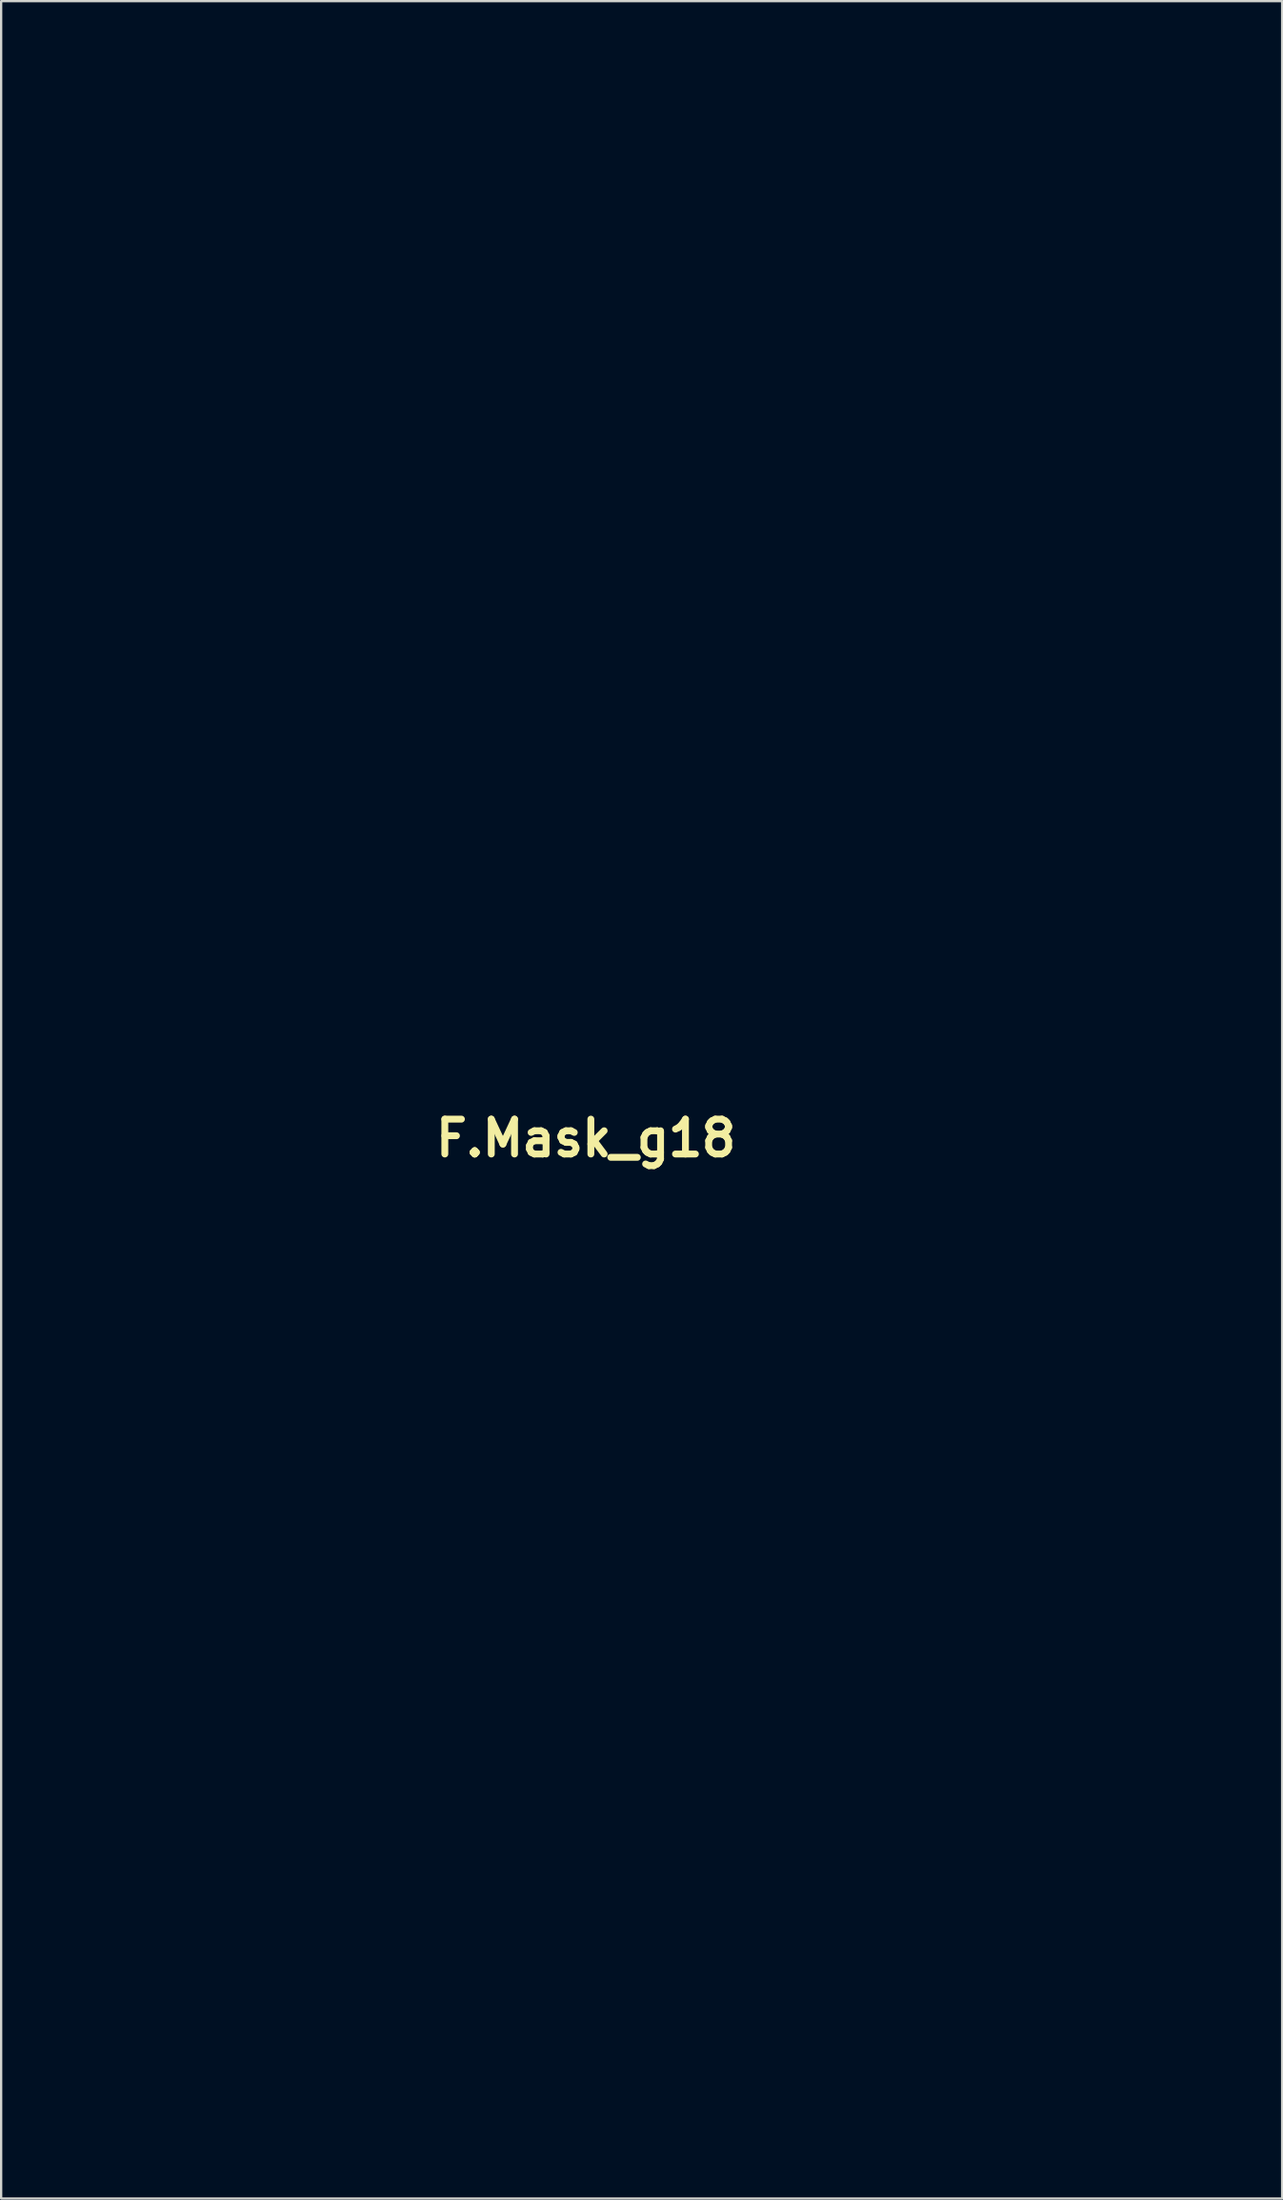
<source format=kicad_pcb>
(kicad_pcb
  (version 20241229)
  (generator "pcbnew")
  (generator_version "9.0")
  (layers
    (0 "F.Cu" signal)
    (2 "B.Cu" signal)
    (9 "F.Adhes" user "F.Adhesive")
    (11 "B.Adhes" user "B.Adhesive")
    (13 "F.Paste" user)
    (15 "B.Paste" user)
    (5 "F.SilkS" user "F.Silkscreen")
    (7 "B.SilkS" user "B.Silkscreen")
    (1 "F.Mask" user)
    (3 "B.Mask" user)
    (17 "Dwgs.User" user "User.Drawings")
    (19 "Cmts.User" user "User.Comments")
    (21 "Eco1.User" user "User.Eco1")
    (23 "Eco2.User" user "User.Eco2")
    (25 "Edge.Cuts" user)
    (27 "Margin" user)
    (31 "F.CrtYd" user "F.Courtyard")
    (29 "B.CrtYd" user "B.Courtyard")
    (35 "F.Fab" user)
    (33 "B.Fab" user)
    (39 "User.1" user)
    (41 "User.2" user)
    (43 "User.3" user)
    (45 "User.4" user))
  (footprint "F.Mask_g18"
    (layer "F.Cu")
    (at 22.572 46.69)
    (property "Reference" "F.Mask_g18" (at 0 0 0) (layer "F.SilkS") (effects (font (size 1.524 1.524) (thickness 0.3))))
    (attr through_hole)
    (fp_poly (pts (xy -0.405 -11.118) (xy -0.367 -11.109) (xy -0.338 -11.094) (xy -0.314 -11.07) (xy -0.302 -11.056) (xy -0.289 -11.026) (xy -0.282 -10.98) (xy -0.279 -10.924) (xy -0.281 -10.863) (xy -0.288 -10.803) (xy -0.3 -10.748) (xy -0.306 -10.732) (xy -0.352 -10.616) (xy -0.409 -10.502) (xy -0.474 -10.394) (xy -0.545 -10.295) (xy -0.62 -10.205) (xy -0.696 -10.13) (xy -0.773 -10.07) (xy -0.824 -10.04) (xy -0.902 -10.001) (xy -1.323 -10.001) (xy -1.323 -10.91) (xy -1.077 -10.991) (xy -0.973 -11.025) (xy -0.887 -11.052) (xy -0.813 -11.073) (xy -0.75 -11.089) (xy -0.693 -11.101) (xy -0.64 -11.109) (xy -0.587 -11.115) (xy -0.531 -11.119) (xy -0.524 -11.119) (xy -0.456 -11.121) (xy -0.405 -11.118)) (stroke (width 0.01) (type solid)) (fill yes) (layer "F.Mask"))
    (fp_poly (pts (xy -0.797 -8.534) (xy -0.789 -8.531) (xy -0.776 -8.525) (xy -0.756 -8.515) (xy -0.729 -8.502) (xy -0.693 -8.484) (xy -0.647 -8.461) (xy -0.591 -8.432) (xy -0.523 -8.397) (xy -0.442 -8.355) (xy -0.347 -8.305) (xy -0.237 -8.248) (xy -0.111 -8.182) (xy 0.034 -8.106) (xy 0.058 -8.094) (xy 0.252 -7.992) (xy 0.429 -7.899) (xy 0.591 -7.814) (xy 0.737 -7.736) (xy 0.872 -7.663) (xy 0.994 -7.596) (xy 1.108 -7.533) (xy 1.213 -7.474) (xy 1.311 -7.417) (xy 1.405 -7.362) (xy 1.495 -7.308) (xy 1.583 -7.253) (xy 1.671 -7.198) (xy 1.76 -7.14) (xy 1.851 -7.08) (xy 1.917 -7.037) (xy 2.034 -6.958) (xy 2.136 -6.887) (xy 2.225 -6.822) (xy 2.304 -6.761) (xy 2.376 -6.701) (xy 2.445 -6.64) (xy 2.512 -6.575) (xy 2.58 -6.503) (xy 2.653 -6.424) (xy 2.681 -6.392) (xy 2.733 -6.333) (xy 2.783 -6.277) (xy 2.828 -6.227) (xy 2.866 -6.184) (xy 2.893 -6.153) (xy 2.909 -6.136) (xy 2.927 -6.113) (xy 2.933 -6.099) (xy 2.93 -6.097) (xy 2.919 -6.101) (xy 2.889 -6.114) (xy 2.844 -6.135) (xy 2.784 -6.163) (xy 2.711 -6.197) (xy 2.626 -6.237) (xy 2.532 -6.282) (xy 2.428 -6.331) (xy 2.318 -6.383) (xy 2.202 -6.439) (xy 2.18 -6.449) (xy 2.029 -6.521) (xy 1.896 -6.585) (xy 1.779 -6.641) (xy 1.676 -6.691) (xy 1.587 -6.734) (xy 1.509 -6.772) (xy 1.44 -6.805) (xy 1.381 -6.835) (xy 1.328 -6.861) (xy 1.281 -6.885) (xy 1.237 -6.908) (xy 1.196 -6.93) (xy 1.156 -6.951) (xy 1.115 -6.973) (xy 1.072 -6.997) (xy 1.032 -7.02) (xy 0.852 -7.122) (xy 0.676 -7.228) (xy 0.505 -7.334) (xy 0.343 -7.44) (xy 0.192 -7.544) (xy 0.053 -7.645) (xy -0.071 -7.741) (xy -0.171 -7.825) (xy -0.193 -7.846) (xy -0.226 -7.879) (xy -0.267 -7.923) (xy -0.316 -7.975) (xy -0.37 -8.034) (xy -0.427 -8.097) (xy -0.486 -8.163) (xy -0.545 -8.229) (xy -0.602 -8.293) (xy -0.655 -8.354) (xy -0.703 -8.409) (xy -0.744 -8.456) (xy -0.775 -8.494) (xy -0.795 -8.52) (xy -0.803 -8.531) (xy -0.803 -8.533) (xy -0.802 -8.534) (xy -0.797 -8.534)) (stroke (width 0.01) (type solid)) (fill yes) (layer "F.Mask"))
    (fp_poly (pts (xy 13.999 -46.1) (xy 13.998 -45.97) (xy 13.997 -45.859) (xy 13.996 -45.764) (xy 13.994 -45.682) (xy 13.992 -45.612) (xy 13.989 -45.55) (xy 13.986 -45.494) (xy 13.981 -45.441) (xy 13.976 -45.389) (xy 13.968 -45.335) (xy 13.96 -45.277) (xy 13.949 -45.212) (xy 13.937 -45.138) (xy 13.932 -45.108) (xy 13.883 -44.842) (xy 13.822 -44.561) (xy 13.749 -44.268) (xy 13.666 -43.964) (xy 13.574 -43.653) (xy 13.473 -43.336) (xy 13.363 -43.015) (xy 13.247 -42.692) (xy 13.124 -42.37) (xy 12.996 -42.051) (xy 12.863 -41.737) (xy 12.727 -41.43) (xy 12.587 -41.132) (xy 12.445 -40.846) (xy 12.302 -40.574) (xy 12.159 -40.317) (xy 12.039 -40.118) (xy 11.977 -40.018) (xy 11.902 -39.901) (xy 11.816 -39.769) (xy 11.72 -39.622) (xy 11.612 -39.461) (xy 11.495 -39.286) (xy 11.369 -39.098) (xy 11.234 -38.899) (xy 11.09 -38.688) (xy 10.939 -38.467) (xy 10.78 -38.236) (xy 10.615 -37.996) (xy 10.443 -37.748) (xy 10.265 -37.492) (xy 10.082 -37.229) (xy 9.894 -36.96) (xy 9.702 -36.686) (xy 9.507 -36.407) (xy 9.308 -36.125) (xy 9.106 -35.839) (xy 8.902 -35.551) (xy 8.696 -35.261) (xy 8.668 -35.221) (xy 8.463 -34.932) (xy 8.264 -34.65) (xy 8.071 -34.375) (xy 7.886 -34.108) (xy 7.707 -33.85) (xy 7.537 -33.6) (xy 7.374 -33.361) (xy 7.22 -33.132) (xy 7.075 -32.914) (xy 6.939 -32.708) (xy 6.813 -32.514) (xy 6.697 -32.333) (xy 6.592 -32.165) (xy 6.497 -32.011) (xy 6.413 -31.871) (xy 6.341 -31.747) (xy 6.281 -31.639) (xy 6.238 -31.555) (xy 6.17 -31.418) (xy 6.17 -31.052) (xy 12.211 -31.051) (xy 18.251 -31.051) (xy 20.41 -28.992) (xy 20.601 -28.81) (xy 20.794 -28.626) (xy 20.986 -28.443) (xy 21.178 -28.259) (xy 21.369 -28.078) (xy 21.557 -27.898) (xy 21.742 -27.722) (xy 21.922 -27.55) (xy 22.097 -27.384) (xy 22.265 -27.223) (xy 22.427 -27.069) (xy 22.581 -26.922) (xy 22.725 -26.785) (xy 22.859 -26.656) (xy 22.983 -26.539) (xy 23.095 -26.432) (xy 23.194 -26.338) (xy 23.279 -26.257) (xy 23.332 -26.206) (xy 24.095 -25.479) (xy 24.713 -24.438) (xy 24.824 -24.252) (xy 24.924 -24.083) (xy 25.016 -23.93) (xy 25.099 -23.791) (xy 25.174 -23.665) (xy 25.242 -23.551) (xy 25.305 -23.447) (xy 25.362 -23.354) (xy 25.414 -23.268) (xy 25.462 -23.189) (xy 25.508 -23.116) (xy 25.551 -23.047) (xy 25.593 -22.981) (xy 25.633 -22.918) (xy 25.674 -22.854) (xy 25.716 -22.79) (xy 25.759 -22.725) (xy 25.778 -22.697) (xy 25.869 -22.56) (xy 25.952 -22.437) (xy 26.029 -22.324) (xy 26.104 -22.216) (xy 26.18 -22.111) (xy 26.259 -22.003) (xy 26.342 -21.892) (xy 26.427 -21.779) (xy 26.502 -21.682) (xy 26.569 -21.597) (xy 26.63 -21.523) (xy 26.689 -21.457) (xy 26.746 -21.397) (xy 26.804 -21.34) (xy 26.866 -21.284) (xy 26.933 -21.228) (xy 27.008 -21.167) (xy 27.094 -21.102) (xy 27.148 -21.06) (xy 27.445 -20.836) (xy 27.438 -20.491) (xy 27.437 -20.454) (xy 27.436 -20.398) (xy 27.435 -20.322) (xy 27.434 -20.227) (xy 27.432 -20.114) (xy 27.431 -19.985) (xy 27.429 -19.839) (xy 27.427 -19.677) (xy 27.424 -19.502) (xy 27.422 -19.312) (xy 27.419 -19.11) (xy 27.416 -18.896) (xy 27.413 -18.67) (xy 27.41 -18.434) (xy 27.407 -18.188) (xy 27.404 -17.934) (xy 27.401 -17.672) (xy 27.397 -17.403) (xy 27.394 -17.127) (xy 27.391 -16.846) (xy 27.387 -16.561) (xy 27.383 -16.271) (xy 27.383 -16.254) (xy 27.335 -12.363) (xy 26.984 -11.501) (xy 26.633 -10.639) (xy 25.061 -9.217) (xy 24.863 -9.038) (xy 24.65 -8.845) (xy 24.424 -8.641) (xy 24.187 -8.426) (xy 23.939 -8.202) (xy 23.684 -7.971) (xy 23.42 -7.733) (xy 23.151 -7.489) (xy 22.878 -7.242) (xy 22.602 -6.992) (xy 22.324 -6.741) (xy 22.046 -6.489) (xy 21.769 -6.238) (xy 21.495 -5.99) (xy 21.225 -5.746) (xy 20.96 -5.507) (xy 20.703 -5.274) (xy 20.453 -5.048) (xy 20.214 -4.831) (xy 20.121 -4.747) (xy 19.98 -4.62) (xy 20.322 -4.553) (xy 20.527 -4.513) (xy 20.712 -4.477) (xy 20.878 -4.444) (xy 21.027 -4.415) (xy 21.16 -4.388) (xy 21.278 -4.364) (xy 21.382 -4.343) (xy 21.474 -4.323) (xy 21.553 -4.306) (xy 21.623 -4.29) (xy 21.682 -4.276) (xy 21.734 -4.263) (xy 21.779 -4.251) (xy 21.818 -4.239) (xy 21.852 -4.228) (xy 21.883 -4.217) (xy 21.911 -4.206) (xy 21.92 -4.202) (xy 21.999 -4.163) (xy 22.058 -4.12) (xy 22.096 -4.071) (xy 22.115 -4.015) (xy 22.115 -3.952) (xy 22.096 -3.879) (xy 22.062 -3.802) (xy 22.047 -3.775) (xy 22.031 -3.746) (xy 22.012 -3.716) (xy 21.99 -3.683) (xy 21.964 -3.645) (xy 21.934 -3.604) (xy 21.898 -3.556) (xy 21.855 -3.502) (xy 21.807 -3.44) (xy 21.75 -3.37) (xy 21.685 -3.291) (xy 21.611 -3.201) (xy 21.528 -3.1) (xy 21.433 -2.987) (xy 21.328 -2.861) (xy 21.21 -2.721) (xy 21.08 -2.566) (xy 21.032 -2.508) (xy 20.831 -2.27) (xy 22.26 -1.508) (xy 22.54 -1.358) (xy 22.803 -1.218) (xy 23.048 -1.087) (xy 23.278 -0.963) (xy 23.494 -0.847) (xy 23.695 -0.739) (xy 23.884 -0.636) (xy 24.062 -0.539) (xy 24.228 -0.448) (xy 24.386 -0.361) (xy 24.534 -0.278) (xy 24.676 -0.199) (xy 24.81 -0.123) (xy 24.94 -0.049) (xy 25.065 0.022) (xy 25.186 0.093) (xy 25.305 0.163) (xy 25.423 0.233) (xy 25.54 0.303) (xy 25.658 0.374) (xy 25.77 0.442) (xy 25.916 0.531) (xy 26.046 0.612) (xy 26.162 0.685) (xy 26.267 0.754) (xy 26.363 0.818) (xy 26.453 0.881) (xy 26.54 0.944) (xy 26.625 1.009) (xy 26.712 1.077) (xy 26.802 1.15) (xy 26.898 1.231) (xy 26.961 1.284) (xy 27.289 1.562) (xy 27.288 2.154) (xy 27.238 2.323) (xy 27.205 2.431) (xy 27.165 2.558) (xy 27.118 2.701) (xy 27.066 2.859) (xy 27.007 3.03) (xy 26.944 3.214) (xy 26.877 3.408) (xy 26.805 3.611) (xy 26.731 3.822) (xy 26.653 4.038) (xy 26.574 4.259) (xy 26.492 4.483) (xy 26.448 4.604) (xy 26.381 4.785) (xy 26.314 4.965) (xy 26.248 5.144) (xy 26.18 5.325) (xy 26.111 5.509) (xy 26.041 5.696) (xy 25.968 5.888) (xy 25.892 6.086) (xy 25.814 6.292) (xy 25.732 6.506) (xy 25.645 6.73) (xy 25.555 6.965) (xy 25.459 7.213) (xy 25.357 7.474) (xy 25.25 7.75) (xy 25.136 8.042) (xy 25.016 8.352) (xy 24.902 8.641) (xy 24.768 8.985) (xy 24.634 9.33) (xy 24.499 9.676) (xy 24.364 10.021) (xy 24.23 10.366) (xy 24.097 10.708) (xy 23.966 11.046) (xy 23.836 11.38) (xy 23.709 11.708) (xy 23.584 12.03) (xy 23.462 12.343) (xy 23.345 12.648) (xy 23.231 12.943) (xy 23.121 13.227) (xy 23.016 13.499) (xy 22.917 13.757) (xy 22.823 14.002) (xy 22.735 14.231) (xy 22.653 14.443) (xy 22.579 14.638) (xy 22.512 14.815) (xy 22.509 14.822) (xy 22.409 15.085) (xy 22.315 15.33) (xy 22.227 15.558) (xy 22.145 15.771) (xy 22.067 15.972) (xy 21.993 16.16) (xy 21.922 16.339) (xy 21.853 16.509) (xy 21.787 16.673) (xy 21.722 16.832) (xy 21.657 16.988) (xy 21.592 17.143) (xy 21.526 17.297) (xy 21.459 17.454) (xy 21.407 17.574) (xy 21.345 17.717) (xy 21.287 17.848) (xy 21.232 17.971) (xy 21.178 18.087) (xy 21.126 18.2) (xy 21.072 18.312) (xy 21.017 18.426) (xy 20.958 18.543) (xy 20.895 18.668) (xy 20.825 18.803) (xy 20.749 18.949) (xy 20.664 19.11) (xy 20.624 19.185) (xy 20.377 19.654) (xy 20.081 19.819) (xy 19.85 19.947) (xy 19.637 20.066) (xy 19.44 20.176) (xy 19.259 20.277) (xy 19.092 20.369) (xy 18.938 20.455) (xy 18.797 20.533) (xy 18.667 20.604) (xy 18.548 20.67) (xy 18.437 20.73) (xy 18.336 20.786) (xy 18.241 20.837) (xy 18.153 20.884) (xy 18.07 20.928) (xy 17.992 20.97) (xy 17.916 21.009) (xy 17.843 21.047) (xy 17.772 21.084) (xy 17.7 21.121) (xy 17.628 21.157) (xy 17.554 21.195) (xy 17.477 21.233) (xy 17.431 21.256) (xy 17.297 21.322) (xy 17.179 21.38) (xy 17.072 21.432) (xy 16.973 21.48) (xy 16.878 21.525) (xy 16.783 21.568) (xy 16.684 21.613) (xy 16.579 21.66) (xy 16.462 21.712) (xy 16.457 21.714) (xy 16.132 21.852) (xy 15.798 21.987) (xy 15.454 22.117) (xy 15.098 22.244) (xy 14.728 22.368) (xy 14.344 22.489) (xy 13.943 22.609) (xy 13.523 22.728) (xy 13.15 22.828) (xy 13.096 22.842) (xy 13.026 22.86) (xy 12.942 22.882) (xy 12.844 22.907) (xy 12.735 22.934) (xy 12.616 22.964) (xy 12.488 22.997) (xy 12.353 23.031) (xy 12.212 23.066) (xy 12.066 23.103) (xy 11.917 23.14) (xy 11.766 23.178) (xy 11.615 23.215) (xy 11.465 23.253) (xy 11.318 23.29) (xy 11.175 23.325) (xy 11.037 23.359) (xy 10.906 23.392) (xy 10.783 23.422) (xy 10.67 23.45) (xy 10.567 23.476) (xy 10.478 23.497) (xy 10.402 23.516) (xy 10.341 23.531) (xy 10.298 23.541) (xy 10.272 23.547) (xy 10.266 23.548) (xy 10.251 23.544) (xy 10.219 23.534) (xy 10.173 23.519) (xy 10.113 23.499) (xy 10.043 23.474) (xy 9.965 23.447) (xy 9.882 23.417) (xy 9.795 23.386) (xy 9.707 23.355) (xy 9.621 23.324) (xy 9.538 23.294) (xy 9.462 23.265) (xy 9.394 23.24) (xy 9.337 23.219) (xy 9.293 23.201) (xy 9.264 23.19) (xy 9.254 23.184) (xy 9.247 23.172) (xy 9.233 23.143) (xy 9.212 23.098) (xy 9.185 23.04) (xy 9.153 22.97) (xy 9.117 22.89) (xy 9.077 22.803) (xy 9.036 22.71) (xy 8.993 22.613) (xy 8.949 22.515) (xy 8.905 22.417) (xy 8.863 22.321) (xy 8.822 22.229) (xy 8.785 22.143) (xy 8.751 22.065) (xy 8.722 21.998) (xy 8.698 21.942) (xy 8.68 21.9) (xy 8.673 21.881) (xy 8.617 21.73) (xy 8.559 21.559) (xy 8.5 21.37) (xy 8.438 21.163) (xy 8.375 20.941) (xy 8.31 20.704) (xy 8.245 20.454) (xy 8.179 20.191) (xy 8.112 19.918) (xy 8.046 19.635) (xy 7.979 19.344) (xy 7.913 19.046) (xy 7.848 18.742) (xy 7.783 18.434) (xy 7.72 18.123) (xy 7.658 17.81) (xy 7.598 17.496) (xy 7.54 17.183) (xy 7.484 16.871) (xy 7.43 16.563) (xy 7.38 16.26) (xy 7.332 15.962) (xy 7.288 15.672) (xy 7.248 15.389) (xy 7.211 15.117) (xy 7.179 14.855) (xy 7.166 14.743) (xy 7.157 14.663) (xy 7.149 14.587) (xy 7.141 14.514) (xy 7.134 14.441) (xy 7.127 14.366) (xy 7.12 14.286) (xy 7.113 14.201) (xy 7.106 14.107) (xy 7.098 14.002) (xy 7.089 13.884) (xy 7.08 13.752) (xy 7.079 13.746) (xy 8.139 13.746) (xy 8.563 16.612) (xy 8.987 19.479) (xy 9.497 20.678) (xy 10.007 21.878) (xy 10.493 21.872) (xy 10.631 21.87) (xy 10.749 21.868) (xy 10.849 21.866) (xy 10.933 21.863) (xy 11.003 21.859) (xy 11.06 21.855) (xy 11.107 21.851) (xy 11.113 21.85) (xy 11.304 21.822) (xy 11.512 21.785) (xy 11.736 21.739) (xy 11.974 21.686) (xy 12.224 21.624) (xy 12.485 21.556) (xy 12.754 21.481) (xy 13.031 21.401) (xy 13.314 21.315) (xy 13.6 21.224) (xy 13.889 21.129) (xy 14.179 21.031) (xy 14.468 20.929) (xy 14.754 20.825) (xy 15.036 20.719) (xy 15.312 20.611) (xy 15.581 20.503) (xy 15.841 20.394) (xy 16.09 20.286) (xy 16.326 20.178) (xy 16.549 20.072) (xy 16.756 19.968) (xy 16.946 19.866) (xy 16.959 19.859) (xy 17.152 19.748) (xy 17.347 19.628) (xy 17.541 19.504) (xy 17.729 19.377) (xy 17.908 19.249) (xy 18.074 19.124) (xy 18.198 19.025) (xy 18.252 18.978) (xy 18.317 18.919) (xy 18.389 18.851) (xy 18.467 18.776) (xy 18.545 18.699) (xy 18.622 18.621) (xy 18.694 18.546) (xy 18.759 18.478) (xy 18.812 18.418) (xy 18.838 18.389) (xy 18.941 18.261) (xy 19.043 18.127) (xy 19.143 17.987) (xy 19.244 17.84) (xy 19.344 17.686) (xy 19.444 17.523) (xy 19.544 17.351) (xy 19.645 17.169) (xy 19.747 16.977) (xy 19.85 16.775) (xy 19.954 16.56) (xy 20.06 16.334) (xy 20.168 16.094) (xy 20.279 15.842) (xy 20.392 15.574) (xy 20.508 15.293) (xy 20.628 14.995) (xy 20.751 14.682) (xy 20.878 14.352) (xy 21.009 14.005) (xy 21.145 13.639) (xy 21.285 13.255) (xy 21.43 12.852) (xy 21.539 12.547) (xy 21.593 12.395) (xy 21.646 12.244) (xy 21.699 12.093) (xy 21.753 11.939) (xy 21.808 11.782) (xy 21.864 11.621) (xy 21.922 11.453) (xy 21.983 11.279) (xy 22.046 11.096) (xy 22.112 10.904) (xy 22.182 10.701) (xy 22.256 10.486) (xy 22.334 10.257) (xy 22.417 10.014) (xy 22.505 9.755) (xy 22.599 9.479) (xy 22.7 9.184) (xy 22.733 9.086) (xy 22.862 8.706) (xy 22.985 8.344) (xy 23.102 8.001) (xy 23.214 7.675) (xy 23.32 7.366) (xy 23.42 7.071) (xy 23.517 6.791) (xy 23.608 6.524) (xy 23.696 6.269) (xy 23.78 6.025) (xy 23.861 5.792) (xy 23.939 5.568) (xy 24.014 5.352) (xy 24.086 5.144) (xy 24.157 4.942) (xy 24.226 4.746) (xy 24.294 4.554) (xy 24.361 4.365) (xy 24.427 4.179) (xy 24.493 3.995) (xy 24.532 3.884) (xy 24.594 3.711) (xy 24.651 3.556) (xy 24.702 3.416) (xy 24.748 3.29) (xy 24.792 3.174) (xy 24.833 3.067) (xy 24.873 2.966) (xy 24.912 2.869) (xy 24.951 2.774) (xy 24.991 2.678) (xy 25.034 2.58) (xy 25.076 2.484) (xy 25.114 2.397) (xy 25.149 2.317) (xy 25.18 2.245) (xy 25.207 2.183) (xy 25.228 2.133) (xy 25.243 2.098) (xy 25.25 2.079) (xy 25.251 2.076) (xy 25.243 2.068) (xy 25.22 2.048) (xy 25.184 2.017) (xy 25.136 1.976) (xy 25.079 1.928) (xy 25.013 1.873) (xy 24.941 1.813) (xy 24.863 1.748) (xy 24.782 1.681) (xy 24.7 1.613) (xy 24.617 1.545) (xy 24.536 1.478) (xy 24.457 1.414) (xy 24.384 1.355) (xy 24.317 1.3) (xy 24.258 1.252) (xy 24.208 1.213) (xy 24.17 1.183) (xy 24.148 1.166) (xy 24.008 1.064) (xy 23.85 0.956) (xy 23.676 0.842) (xy 23.489 0.723) (xy 23.29 0.601) (xy 23.081 0.476) (xy 22.865 0.35) (xy 22.642 0.224) (xy 22.416 0.099) (xy 22.188 -0.024) (xy 21.96 -0.144) (xy 21.733 -0.26) (xy 21.511 -0.37) (xy 21.299 -0.471) (xy 21.061 -0.582) (xy 20.842 -0.684) (xy 20.638 -0.777) (xy 20.451 -0.861) (xy 20.277 -0.937) (xy 20.117 -1.005) (xy 19.969 -1.066) (xy 19.832 -1.121) (xy 19.706 -1.168) (xy 19.588 -1.21) (xy 19.478 -1.247) (xy 19.375 -1.278) (xy 19.278 -1.305) (xy 19.185 -1.328) (xy 19.101 -1.345) (xy 19.024 -1.358) (xy 18.941 -1.366) (xy 18.856 -1.369) (xy 18.777 -1.369) (xy 18.707 -1.364) (xy 18.658 -1.356) (xy 18.602 -1.338) (xy 18.538 -1.312) (xy 18.476 -1.282) (xy 18.423 -1.251) (xy 18.41 -1.241) (xy 18.381 -1.218) (xy 18.344 -1.187) (xy 18.303 -1.151) (xy 18.261 -1.112) (xy 18.219 -1.072) (xy 18.181 -1.035) (xy 18.149 -1.003) (xy 18.126 -0.979) (xy 18.116 -0.965) (xy 18.116 -0.963) (xy 18.126 -0.957) (xy 18.153 -0.942) (xy 18.198 -0.917) (xy 18.257 -0.885) (xy 18.331 -0.845) (xy 18.419 -0.797) (xy 18.518 -0.743) (xy 18.629 -0.683) (xy 18.75 -0.618) (xy 18.88 -0.548) (xy 19.018 -0.473) (xy 19.163 -0.395) (xy 19.314 -0.314) (xy 19.426 -0.254) (xy 19.741 -0.084) (xy 20.039 0.077) (xy 20.319 0.228) (xy 20.583 0.371) (xy 20.832 0.506) (xy 21.065 0.633) (xy 21.285 0.752) (xy 21.491 0.865) (xy 21.685 0.97) (xy 21.867 1.07) (xy 22.038 1.165) (xy 22.199 1.254) (xy 22.351 1.338) (xy 22.493 1.418) (xy 22.628 1.493) (xy 22.756 1.566) (xy 22.878 1.635) (xy 22.994 1.701) (xy 23.105 1.765) (xy 23.212 1.828) (xy 23.316 1.889) (xy 23.357 1.913) (xy 23.444 1.965) (xy 23.515 2.007) (xy 23.574 2.043) (xy 23.622 2.075) (xy 23.664 2.104) (xy 23.701 2.132) (xy 23.737 2.161) (xy 23.774 2.193) (xy 23.816 2.231) (xy 23.848 2.261) (xy 23.931 2.339) (xy 23.812 2.638) (xy 23.781 2.716) (xy 23.743 2.811) (xy 23.699 2.922) (xy 23.648 3.05) (xy 23.591 3.192) (xy 23.529 3.348) (xy 23.462 3.516) (xy 23.39 3.697) (xy 23.313 3.889) (xy 23.232 4.092) (xy 23.147 4.303) (xy 23.059 4.523) (xy 22.968 4.751) (xy 22.875 4.985) (xy 22.779 5.226) (xy 22.681 5.471) (xy 22.581 5.72) (xy 22.48 5.972) (xy 22.378 6.226) (xy 22.276 6.482) (xy 22.173 6.738) (xy 22.071 6.993) (xy 21.969 7.248) (xy 21.868 7.5) (xy 21.769 7.748) (xy 21.671 7.993) (xy 21.575 8.233) (xy 21.481 8.467) (xy 21.39 8.694) (xy 21.302 8.914) (xy 21.217 9.125) (xy 21.137 9.326) (xy 21.06 9.518) (xy 20.988 9.698) (xy 20.92 9.866) (xy 20.858 10.021) (xy 20.801 10.162) (xy 20.751 10.288) (xy 20.706 10.399) (xy 20.668 10.493) (xy 20.637 10.569) (xy 20.614 10.627) (xy 20.606 10.647) (xy 20.428 11.085) (xy 20.255 11.508) (xy 20.087 11.917) (xy 19.926 12.31) (xy 19.77 12.688) (xy 19.62 13.05) (xy 19.475 13.396) (xy 19.338 13.726) (xy 19.206 14.038) (xy 19.081 14.334) (xy 18.963 14.612) (xy 18.851 14.873) (xy 18.746 15.115) (xy 18.648 15.339) (xy 18.558 15.544) (xy 18.474 15.731) (xy 18.398 15.897) (xy 18.389 15.917) (xy 18.37 15.957) (xy 18.342 16.012) (xy 18.306 16.081) (xy 18.264 16.161) (xy 18.217 16.25) (xy 18.165 16.346) (xy 18.111 16.445) (xy 18.056 16.547) (xy 18.037 16.581) (xy 17.756 17.09) (xy 17.331 17.294) (xy 17.145 17.383) (xy 16.977 17.464) (xy 16.825 17.537) (xy 16.688 17.602) (xy 16.565 17.661) (xy 16.454 17.714) (xy 16.355 17.761) (xy 16.265 17.803) (xy 16.185 17.84) (xy 16.111 17.874) (xy 16.043 17.905) (xy 15.98 17.933) (xy 15.92 17.96) (xy 15.863 17.985) (xy 15.806 18.009) (xy 15.748 18.033) (xy 15.688 18.058) (xy 15.626 18.084) (xy 15.558 18.111) (xy 15.552 18.113) (xy 15.318 18.207) (xy 15.067 18.304) (xy 14.805 18.402) (xy 14.536 18.5) (xy 14.264 18.597) (xy 13.995 18.69) (xy 13.732 18.778) (xy 13.481 18.86) (xy 13.33 18.907) (xy 13.292 18.919) (xy 13.237 18.935) (xy 13.166 18.955) (xy 13.082 18.98) (xy 12.986 19.008) (xy 12.879 19.039) (xy 12.764 19.072) (xy 12.641 19.108) (xy 12.513 19.145) (xy 12.38 19.183) (xy 12.245 19.222) (xy 12.109 19.261) (xy 11.974 19.299) (xy 11.841 19.337) (xy 11.712 19.374) (xy 11.589 19.409) (xy 11.473 19.442) (xy 11.366 19.473) (xy 11.269 19.5) (xy 11.184 19.524) (xy 11.113 19.544) (xy 11.057 19.559) (xy 11.018 19.57) (xy 10.998 19.575) (xy 10.996 19.575) (xy 10.987 19.576) (xy 10.975 19.571) (xy 10.96 19.56) (xy 10.939 19.541) (xy 10.912 19.513) (xy 10.875 19.473) (xy 10.827 19.419) (xy 10.79 19.378) (xy 10.726 19.306) (xy 10.675 19.247) (xy 10.633 19.198) (xy 10.6 19.156) (xy 10.572 19.119) (xy 10.548 19.083) (xy 10.526 19.046) (xy 10.504 19.005) (xy 10.479 18.957) (xy 10.473 18.944) (xy 10.41 18.812) (xy 10.346 18.66) (xy 10.28 18.49) (xy 10.214 18.304) (xy 10.147 18.102) (xy 10.08 17.886) (xy 10.014 17.658) (xy 9.947 17.42) (xy 9.882 17.171) (xy 9.817 16.915) (xy 9.755 16.653) (xy 9.694 16.385) (xy 9.635 16.114) (xy 9.579 15.84) (xy 9.525 15.567) (xy 9.475 15.293) (xy 9.428 15.023) (xy 9.385 14.755) (xy 9.347 14.493) (xy 9.313 14.238) (xy 9.283 13.991) (xy 9.259 13.753) (xy 9.251 13.652) (xy 9.246 13.591) (xy 9.241 13.534) (xy 9.237 13.479) (xy 9.234 13.425) (xy 9.23 13.371) (xy 9.227 13.313) (xy 9.225 13.25) (xy 9.222 13.181) (xy 9.22 13.104) (xy 9.217 13.017) (xy 9.214 12.918) (xy 9.212 12.806) (xy 9.209 12.678) (xy 9.206 12.533) (xy 9.202 12.369) (xy 9.201 12.325) (xy 9.199 12.199) (xy 9.196 12.079) (xy 9.194 11.968) (xy 9.191 11.866) (xy 9.189 11.775) (xy 9.187 11.698) (xy 9.186 11.635) (xy 9.184 11.588) (xy 9.183 11.559) (xy 9.183 11.55) (xy 9.178 11.559) (xy 9.165 11.586) (xy 9.144 11.63) (xy 9.115 11.689) (xy 9.08 11.763) (xy 9.038 11.849) (xy 8.991 11.948) (xy 8.939 12.058) (xy 8.882 12.177) (xy 8.822 12.305) (xy 8.758 12.44) (xy 8.691 12.58) (xy 8.66 12.647) (xy 8.139 13.746) (xy 7.079 13.746) (xy 7.069 13.602) (xy 7.059 13.457) (xy 7.051 13.344) (xy 7.044 13.238) (xy 7.037 13.14) (xy 7.031 13.051) (xy 7.025 12.975) (xy 7.021 12.912) (xy 7.017 12.865) (xy 7.015 12.835) (xy 7.014 12.826) (xy 7.006 12.826) (xy 6.985 12.84) (xy 6.949 12.87) (xy 6.899 12.914) (xy 6.846 12.963) (xy 6.824 12.984) (xy 6.787 13.019) (xy 6.735 13.067) (xy 6.671 13.128) (xy 6.594 13.2) (xy 6.505 13.283) (xy 6.405 13.377) (xy 6.294 13.48) (xy 6.175 13.592) (xy 6.046 13.713) (xy 5.909 13.841) (xy 5.765 13.976) (xy 5.614 14.117) (xy 5.457 14.264) (xy 5.295 14.415) (xy 5.129 14.571) (xy 4.959 14.73) (xy 4.786 14.892) (xy 4.762 14.915) (xy 2.842 16.711) (xy 2.435 17.862) (xy 2.029 19.013) (xy 2.342 19.955) (xy 2.389 20.096) (xy 2.435 20.235) (xy 2.48 20.37) (xy 2.523 20.5) (xy 2.563 20.622) (xy 2.601 20.735) (xy 2.634 20.837) (xy 2.663 20.926) (xy 2.687 21.001) (xy 2.706 21.059) (xy 2.719 21.098) (xy 2.808 21.385) (xy 2.901 21.69) (xy 2.997 22.009) (xy 3.095 22.339) (xy 3.194 22.676) (xy 3.293 23.018) (xy 3.391 23.36) (xy 3.487 23.7) (xy 3.58 24.035) (xy 3.587 24.061) (xy 3.691 24.433) (xy 3.793 24.788) (xy 3.894 25.127) (xy 3.994 25.455) (xy 4.095 25.774) (xy 4.198 26.088) (xy 4.303 26.398) (xy 4.412 26.709) (xy 4.45 26.818) (xy 4.491 26.931) (xy 4.529 27.035) (xy 4.565 27.134) (xy 4.601 27.227) (xy 4.636 27.319) (xy 4.672 27.41) (xy 4.709 27.502) (xy 4.748 27.598) (xy 4.791 27.699) (xy 4.838 27.808) (xy 4.889 27.925) (xy 4.946 28.054) (xy 5.009 28.196) (xy 5.079 28.353) (xy 5.157 28.527) (xy 5.169 28.554) (xy 5.471 29.226) (xy 5.823 29.343) (xy 5.911 29.372) (xy 5.996 29.401) (xy 6.077 29.43) (xy 6.149 29.456) (xy 6.21 29.478) (xy 6.256 29.496) (xy 6.276 29.505) (xy 6.391 29.559) (xy 6.52 29.624) (xy 6.661 29.7) (xy 6.811 29.783) (xy 6.969 29.873) (xy 7.131 29.969) (xy 7.294 30.069) (xy 7.457 30.171) (xy 7.495 30.195) (xy 7.528 30.217) (xy 7.575 30.248) (xy 7.634 30.288) (xy 7.703 30.335) (xy 7.781 30.389) (xy 7.867 30.447) (xy 7.958 30.509) (xy 8.052 30.574) (xy 8.149 30.641) (xy 8.247 30.708) (xy 8.344 30.775) (xy 8.438 30.84) (xy 8.528 30.902) (xy 8.612 30.961) (xy 8.688 31.014) (xy 8.755 31.061) (xy 8.812 31.101) (xy 8.856 31.132) (xy 8.887 31.154) (xy 8.901 31.166) (xy 8.902 31.166) (xy 8.91 31.179) (xy 8.927 31.208) (xy 8.953 31.254) (xy 8.986 31.314) (xy 9.027 31.388) (xy 9.074 31.473) (xy 9.126 31.57) (xy 9.183 31.675) (xy 9.245 31.788) (xy 9.31 31.908) (xy 9.377 32.034) (xy 9.447 32.163) (xy 9.518 32.294) (xy 9.589 32.427) (xy 9.66 32.56) (xy 9.73 32.691) (xy 9.799 32.819) (xy 9.865 32.944) (xy 9.928 33.062) (xy 9.988 33.174) (xy 10.042 33.277) (xy 10.092 33.371) (xy 10.135 33.454) (xy 10.172 33.525) (xy 10.202 33.582) (xy 10.206 33.59) (xy 10.335 33.849) (xy 10.464 34.111) (xy 10.589 34.374) (xy 10.712 34.637) (xy 10.83 34.896) (xy 10.942 35.151) (xy 11.049 35.398) (xy 11.149 35.637) (xy 11.241 35.865) (xy 11.324 36.08) (xy 11.398 36.281) (xy 11.441 36.403) (xy 11.453 36.439) (xy 11.471 36.493) (xy 11.494 36.562) (xy 11.522 36.646) (xy 11.553 36.741) (xy 11.587 36.847) (xy 11.624 36.959) (xy 11.663 37.078) (xy 11.702 37.2) (xy 11.726 37.273) (xy 11.959 37.991) (xy 11.959 40.9) (xy 11.501 41.355) (xy 11.417 41.439) (xy 11.333 41.521) (xy 11.254 41.599) (xy 11.179 41.672) (xy 11.111 41.737) (xy 11.052 41.794) (xy 11.002 41.841) (xy 10.965 41.875) (xy 10.943 41.894) (xy 10.778 42.026) (xy 10.617 42.142) (xy 10.455 42.246) (xy 10.288 42.341) (xy 10.189 42.391) (xy 10.05 42.458) (xy 9.904 42.521) (xy 9.752 42.58) (xy 9.593 42.635) (xy 9.425 42.688) (xy 9.247 42.737) (xy 9.059 42.784) (xy 8.858 42.829) (xy 8.644 42.871) (xy 8.417 42.911) (xy 8.174 42.95) (xy 7.914 42.987) (xy 7.637 43.023) (xy 7.342 43.058) (xy 7.027 43.092) (xy 6.895 43.105) (xy 6.83 43.112) (xy 6.749 43.12) (xy 6.656 43.129) (xy 6.552 43.139) (xy 6.437 43.15) (xy 6.315 43.162) (xy 6.185 43.175) (xy 6.051 43.188) (xy 5.914 43.201) (xy 5.775 43.214) (xy 5.636 43.227) (xy 5.499 43.24) (xy 5.364 43.253) (xy 5.235 43.265) (xy 5.112 43.277) (xy 4.998 43.288) (xy 4.893 43.298) (xy 4.799 43.307) (xy 4.719 43.314) (xy 4.653 43.32) (xy 4.604 43.325) (xy 4.572 43.327) (xy 4.56 43.328) (xy 4.544 43.324) (xy 4.54 43.32) (xy 4.542 43.308) (xy 4.547 43.277) (xy 4.555 43.228) (xy 4.567 43.161) (xy 4.581 43.077) (xy 4.598 42.978) (xy 4.617 42.865) (xy 4.638 42.738) (xy 4.662 42.6) (xy 4.687 42.45) (xy 4.714 42.291) (xy 4.743 42.123) (xy 4.773 41.947) (xy 4.804 41.764) (xy 4.831 41.605) (xy 5.122 39.9) (xy 4.943 39.389) (xy 4.893 39.244) (xy 4.848 39.118) (xy 4.809 39.007) (xy 4.775 38.911) (xy 4.745 38.828) (xy 4.718 38.754) (xy 4.695 38.689) (xy 4.673 38.631) (xy 4.652 38.577) (xy 4.632 38.526) (xy 4.612 38.475) (xy 4.599 38.444) (xy 4.525 38.265) (xy 4.442 38.071) (xy 4.352 37.862) (xy 4.255 37.64) (xy 4.152 37.409) (xy 4.044 37.171) (xy 3.933 36.927) (xy 3.819 36.68) (xy 3.703 36.431) (xy 3.603 36.221) (xy 3.578 36.168) (xy 3.545 36.099) (xy 3.505 36.017) (xy 3.459 35.923) (xy 3.408 35.818) (xy 3.352 35.703) (xy 3.292 35.58) (xy 3.228 35.449) (xy 3.161 35.312) (xy 3.091 35.17) (xy 3.02 35.024) (xy 2.947 34.876) (xy 2.874 34.727) (xy 2.801 34.578) (xy 2.728 34.43) (xy 2.656 34.284) (xy 2.586 34.143) (xy 2.519 34.006) (xy 2.454 33.875) (xy 2.393 33.752) (xy 2.336 33.637) (xy 2.284 33.532) (xy 2.238 33.438) (xy 2.197 33.356) (xy 2.163 33.288) (xy 2.136 33.235) (xy 2.117 33.197) (xy 2.106 33.177) (xy 2.104 33.173) (xy 2.094 33.167) (xy 2.065 33.153) (xy 2.02 33.129) (xy 1.96 33.098) (xy 1.885 33.06) (xy 1.797 33.015) (xy 1.697 32.964) (xy 1.586 32.908) (xy 1.466 32.846) (xy 1.336 32.781) (xy 1.199 32.711) (xy 1.056 32.639) (xy 0.907 32.564) (xy 0.897 32.559) (xy -0.301 31.954) (xy -1.114 30.897) (xy -1.271 30.693) (xy -1.415 30.505) (xy -1.548 30.332) (xy -1.67 30.173) (xy -1.783 30.026) (xy -1.886 29.89) (xy -1.981 29.766) (xy -2.068 29.651) (xy -2.149 29.544) (xy -2.223 29.445) (xy -2.292 29.353) (xy -2.357 29.266) (xy -2.418 29.184) (xy -2.476 29.105) (xy -2.532 29.029) (xy -2.548 29.007) (xy -2.663 28.849) (xy -2.771 28.697) (xy -2.873 28.553) (xy -2.967 28.417) (xy -3.053 28.291) (xy -3.131 28.176) (xy -3.199 28.071) (xy -3.257 27.979) (xy -3.305 27.901) (xy -3.341 27.836) (xy -3.366 27.786) (xy -3.377 27.755) (xy -3.399 27.686) (xy -3.426 27.618) (xy -3.462 27.55) (xy -3.507 27.476) (xy -3.565 27.393) (xy -3.612 27.33) (xy -3.649 27.281) (xy -3.687 27.234) (xy -3.726 27.187) (xy -3.767 27.138) (xy -3.814 27.085) (xy -3.867 27.027) (xy -3.928 26.961) (xy -3.999 26.886) (xy -4.082 26.8) (xy -4.177 26.7) (xy -4.183 26.694) (xy -4.478 26.388) (xy -2.656 26.388) (xy -2.651 26.4) (xy -2.637 26.428) (xy -2.614 26.471) (xy -2.585 26.525) (xy -2.549 26.589) (xy -2.509 26.661) (xy -2.466 26.738) (xy -2.42 26.819) (xy -2.373 26.901) (xy -2.327 26.983) (xy -2.282 27.061) (xy -2.24 27.135) (xy -2.201 27.201) (xy -2.167 27.259) (xy -2.14 27.304) (xy -2.133 27.316) (xy -2.061 27.431) (xy -1.987 27.549) (xy -1.91 27.671) (xy -1.828 27.797) (xy -1.743 27.928) (xy -1.652 28.066) (xy -1.555 28.21) (xy -1.452 28.363) (xy -1.342 28.526) (xy -1.225 28.698) (xy -1.099 28.881) (xy -0.965 29.075) (xy -0.821 29.283) (xy -0.666 29.504) (xy -0.501 29.74) (xy -0.325 29.992) (xy -0.196 30.176) (xy 0.471 31.124) (xy 1.905 31.91) (xy 2.067 31.998) (xy 2.223 32.084) (xy 2.374 32.167) (xy 2.518 32.246) (xy 2.653 32.32) (xy 2.78 32.39) (xy 2.896 32.454) (xy 3.002 32.511) (xy 3.095 32.563) (xy 3.175 32.607) (xy 3.241 32.643) (xy 3.292 32.671) (xy 3.327 32.691) (xy 3.345 32.701) (xy 3.347 32.702) (xy 3.351 32.713) (xy 3.361 32.742) (xy 3.377 32.79) (xy 3.398 32.854) (xy 3.424 32.933) (xy 3.454 33.027) (xy 3.489 33.133) (xy 3.527 33.251) (xy 3.569 33.38) (xy 3.613 33.518) (xy 3.66 33.665) (xy 3.71 33.818) (xy 3.76 33.977) (xy 3.768 33.999) (xy 3.819 34.159) (xy 3.868 34.314) (xy 3.915 34.461) (xy 3.96 34.601) (xy 4.002 34.732) (xy 4.041 34.852) (xy 4.075 34.961) (xy 4.106 35.057) (xy 4.133 35.139) (xy 4.154 35.206) (xy 4.17 35.256) (xy 4.181 35.289) (xy 4.185 35.303) (xy 4.186 35.304) (xy 4.199 35.312) (xy 4.215 35.311) (xy 4.229 35.309) (xy 4.263 35.303) (xy 4.313 35.294) (xy 4.379 35.282) (xy 4.458 35.268) (xy 4.549 35.252) (xy 4.649 35.234) (xy 4.757 35.216) (xy 4.871 35.196) (xy 4.876 35.195) (xy 5.034 35.167) (xy 5.174 35.143) (xy 5.297 35.121) (xy 5.405 35.101) (xy 5.5 35.084) (xy 5.584 35.067) (xy 5.66 35.053) (xy 5.728 35.038) (xy 5.792 35.025) (xy 5.853 35.011) (xy 5.913 34.996) (xy 5.975 34.981) (xy 6.017 34.971) (xy 6.262 34.905) (xy 6.506 34.832) (xy 6.749 34.753) (xy 6.988 34.669) (xy 7.22 34.579) (xy 7.444 34.487) (xy 7.658 34.391) (xy 7.859 34.293) (xy 8.046 34.195) (xy 8.217 34.096) (xy 8.369 33.997) (xy 8.405 33.972) (xy 8.492 33.907) (xy 8.566 33.844) (xy 8.633 33.778) (xy 8.696 33.705) (xy 8.759 33.62) (xy 8.812 33.542) (xy 8.848 33.486) (xy 8.88 33.436) (xy 8.906 33.395) (xy 8.924 33.365) (xy 8.932 33.349) (xy 8.932 33.348) (xy 8.927 33.337) (xy 8.911 33.31) (xy 8.885 33.268) (xy 8.85 33.211) (xy 8.806 33.141) (xy 8.755 33.059) (xy 8.697 32.966) (xy 8.633 32.863) (xy 8.563 32.752) (xy 8.489 32.634) (xy 8.411 32.51) (xy 8.333 32.386) (xy 7.733 31.436) (xy 6.405 30.821) (xy 5.076 30.206) (xy 4.005 27.875) (xy 2.933 25.543) (xy 2.898 25.54) (xy 2.856 25.538) (xy 2.796 25.534) (xy 2.721 25.53) (xy 2.633 25.525) (xy 2.534 25.52) (xy 2.429 25.515) (xy 2.318 25.51) (xy 2.207 25.504) (xy 2.096 25.499) (xy 1.989 25.494) (xy 1.889 25.489) (xy 1.799 25.486) (xy 1.72 25.482) (xy 1.657 25.48) (xy 1.614 25.478) (xy 1.433 25.476) (xy 1.252 25.479) (xy 1.068 25.488) (xy 0.881 25.504) (xy 0.689 25.526) (xy 0.489 25.555) (xy 0.281 25.591) (xy 0.061 25.634) (xy -0.17 25.685) (xy -0.415 25.744) (xy -0.676 25.811) (xy -0.954 25.887) (xy -0.984 25.895) (xy -1.081 25.922) (xy -1.186 25.952) (xy -1.298 25.984) (xy -1.415 26.018) (xy -1.535 26.053) (xy -1.658 26.088) (xy -1.78 26.124) (xy -1.901 26.159) (xy -2.019 26.194) (xy -2.132 26.227) (xy -2.238 26.259) (xy -2.336 26.288) (xy -2.425 26.314) (xy -2.501 26.338) (xy -2.564 26.357) (xy -2.612 26.372) (xy -2.643 26.383) (xy -2.656 26.388) (xy -2.656 26.388) (xy -4.478 26.388) (xy -4.512 26.352) (xy -9.264 26.352) (xy -10.524 25.999) (xy -10.684 25.954) (xy -10.839 25.911) (xy -10.988 25.869) (xy -11.129 25.829) (xy -11.262 25.792) (xy -11.384 25.758) (xy -11.495 25.727) (xy -11.594 25.699) (xy -11.678 25.676) (xy -11.747 25.656) (xy -11.799 25.642) (xy -11.834 25.632) (xy -11.848 25.628) (xy -11.912 25.61) (xy -12.741 26.028) (xy -13.57 26.445) (xy -13.133 26.931) (xy -13.019 27.058) (xy -12.917 27.171) (xy -12.827 27.272) (xy -12.748 27.362) (xy -12.678 27.443) (xy -12.616 27.516) (xy -12.56 27.582) (xy -12.509 27.645) (xy -12.463 27.704) (xy -12.419 27.761) (xy -12.377 27.819) (xy -12.335 27.879) (xy -12.291 27.942) (xy -12.246 28.01) (xy -12.208 28.067) (xy -12.119 28.203) (xy -12.042 28.329) (xy -11.972 28.449) (xy -11.907 28.569) (xy -11.849 28.686) (xy -11.821 28.744) (xy -11.796 28.796) (xy -11.775 28.846) (xy -11.755 28.896) (xy -11.735 28.947) (xy -11.716 29.004) (xy -11.696 29.068) (xy -11.674 29.143) (xy -11.65 29.23) (xy -11.622 29.332) (xy -11.59 29.451) (xy -11.475 29.876) (xy -11.615 31.701) (xy -11.755 33.526) (xy -12.42 34.799) (xy -12.5 34.953) (xy -12.577 35.1) (xy -12.651 35.242) (xy -12.72 35.376) (xy -12.786 35.502) (xy -12.847 35.618) (xy -12.902 35.723) (xy -12.951 35.817) (xy -12.993 35.898) (xy -13.028 35.965) (xy -13.055 36.017) (xy -13.074 36.053) (xy -13.084 36.072) (xy -13.085 36.075) (xy -13.086 36.076) (xy -13.088 36.076) (xy -13.092 36.077) (xy -13.1 36.078) (xy -13.111 36.08) (xy -13.127 36.082) (xy -13.148 36.085) (xy -13.176 36.089) (xy -13.21 36.094) (xy -13.253 36.1) (xy -13.304 36.107) (xy -13.364 36.116) (xy -13.435 36.126) (xy -13.517 36.137) (xy -13.61 36.151) (xy -13.716 36.165) (xy -13.836 36.182) (xy -13.969 36.201) (xy -14.118 36.222) (xy -14.282 36.245) (xy -14.463 36.27) (xy -14.662 36.298) (xy -14.878 36.329) (xy -15.114 36.362) (xy -15.369 36.397) (xy -15.505 36.416) (xy -17.013 36.628) (xy -18.229 36.413) (xy -18.387 36.385) (xy -18.538 36.359) (xy -18.683 36.333) (xy -18.819 36.308) (xy -18.945 36.285) (xy -19.06 36.264) (xy -19.163 36.245) (xy -19.252 36.229) (xy -19.326 36.214) (xy -19.384 36.203) (xy -19.424 36.195) (xy -19.446 36.19) (xy -19.449 36.188) (xy -19.446 36.177) (xy -19.434 36.148) (xy -19.416 36.105) (xy -19.392 36.051) (xy -19.363 35.987) (xy -19.331 35.917) (xy -19.322 35.898) (xy -19.286 35.821) (xy -19.251 35.744) (xy -19.219 35.672) (xy -19.19 35.608) (xy -19.168 35.555) (xy -19.153 35.518) (xy -19.152 35.518) (xy -19.114 35.411) (xy -19.074 35.288) (xy -19.033 35.15) (xy -18.992 35.002) (xy -18.953 34.848) (xy -18.915 34.69) (xy -18.881 34.533) (xy -18.871 34.486) (xy -18.863 34.443) (xy -18.852 34.382) (xy -18.839 34.306) (xy -18.824 34.216) (xy -18.807 34.117) (xy -18.79 34.011) (xy -18.772 33.9) (xy -18.754 33.787) (xy -18.736 33.675) (xy -18.719 33.566) (xy -18.704 33.464) (xy -18.689 33.371) (xy -18.677 33.29) (xy -18.668 33.223) (xy -18.666 33.21) (xy -18.673 33.2) (xy -18.693 33.175) (xy -18.725 33.137) (xy -18.769 33.087) (xy -18.823 33.026) (xy -18.886 32.955) (xy -18.957 32.875) (xy -19.036 32.787) (xy -19.122 32.693) (xy -19.212 32.593) (xy -19.307 32.488) (xy -19.32 32.474) (xy -19.419 32.366) (xy -19.517 32.259) (xy -19.611 32.155) (xy -19.702 32.056) (xy -19.787 31.962) (xy -19.865 31.876) (xy -19.935 31.799) (xy -19.997 31.731) (xy -20.047 31.676) (xy -20.086 31.633) (xy -20.109 31.607) (xy -20.248 31.45) (xy -20.39 31.286) (xy -20.534 31.116) (xy -20.677 30.943) (xy -20.82 30.767) (xy -20.961 30.591) (xy -21.098 30.417) (xy -21.229 30.246) (xy -21.354 30.08) (xy -21.471 29.922) (xy -21.579 29.771) (xy -21.676 29.631) (xy -21.761 29.503) (xy -21.823 29.405) (xy -21.837 29.382) (xy -21.861 29.343) (xy -21.893 29.289) (xy -21.932 29.224) (xy -21.977 29.147) (xy -22.028 29.063) (xy -22.082 28.972) (xy -22.138 28.876) (xy -22.168 28.826) (xy -22.468 28.32) (xy -22.468 26.32) (xy -21.421 26.32) (xy -21.421 27.798) (xy -21.011 28.206) (xy -20.902 28.313) (xy -20.806 28.407) (xy -20.722 28.489) (xy -20.646 28.561) (xy -20.578 28.624) (xy -20.516 28.68) (xy -20.456 28.73) (xy -20.399 28.776) (xy -20.341 28.82) (xy -20.282 28.863) (xy -20.218 28.907) (xy -20.149 28.953) (xy -20.107 28.98) (xy -20.009 29.044) (xy -19.92 29.099) (xy -19.837 29.147) (xy -19.758 29.19) (xy -19.68 29.229) (xy -19.599 29.266) (xy -19.513 29.3) (xy -19.419 29.335) (xy -19.313 29.37) (xy -19.194 29.408) (xy -19.057 29.45) (xy -19.031 29.457) (xy -18.635 29.576) (xy -18.316 29.52) (xy -18.251 29.509) (xy -18.169 29.494) (xy -18.07 29.477) (xy -17.958 29.457) (xy -17.836 29.436) (xy -17.706 29.413) (xy -17.571 29.39) (xy -17.433 29.366) (xy -17.295 29.342) (xy -17.209 29.327) (xy -17.082 29.304) (xy -16.96 29.283) (xy -16.846 29.263) (xy -16.741 29.244) (xy -16.647 29.227) (xy -16.565 29.213) (xy -16.497 29.2) (xy -16.445 29.191) (xy -16.41 29.184) (xy -16.394 29.18) (xy -16.394 29.18) (xy -16.38 29.172) (xy -16.35 29.153) (xy -16.308 29.123) (xy -16.255 29.086) (xy -16.192 29.041) (xy -16.123 28.991) (xy -16.048 28.936) (xy -16.018 28.914) (xy -15.882 28.813) (xy -15.761 28.724) (xy -15.655 28.646) (xy -15.562 28.576) (xy -15.48 28.514) (xy -15.408 28.46) (xy -15.345 28.411) (xy -15.29 28.367) (xy -15.241 28.326) (xy -15.196 28.288) (xy -15.154 28.251) (xy -15.115 28.215) (xy -15.076 28.178) (xy -15.036 28.139) (xy -14.993 28.097) (xy -14.975 28.078) (xy -14.87 27.967) (xy -14.782 27.865) (xy -14.713 27.772) (xy -14.66 27.686) (xy -14.65 27.665) (xy -14.61 27.587) (xy -14.607 27.409) (xy -14.606 27.34) (xy -14.606 27.29) (xy -14.607 27.256) (xy -14.61 27.237) (xy -14.615 27.231) (xy -14.616 27.231) (xy -14.627 27.233) (xy -14.658 27.24) (xy -14.705 27.251) (xy -14.767 27.265) (xy -14.843 27.282) (xy -14.931 27.303) (xy -15.028 27.325) (xy -15.133 27.349) (xy -15.244 27.375) (xy -15.359 27.402) (xy -15.477 27.429) (xy -15.595 27.457) (xy -15.712 27.484) (xy -15.826 27.511) (xy -15.936 27.537) (xy -16.038 27.561) (xy -16.133 27.583) (xy -16.217 27.602) (xy -16.289 27.619) (xy -16.347 27.633) (xy -16.389 27.643) (xy -16.414 27.649) (xy -16.419 27.651) (xy -16.433 27.651) (xy -16.435 27.646) (xy -16.427 27.637) (xy -16.405 27.614) (xy -16.37 27.578) (xy -16.324 27.53) (xy -16.266 27.47) (xy -16.199 27.401) (xy -16.122 27.322) (xy -16.037 27.235) (xy -15.945 27.141) (xy -15.847 27.041) (xy -15.743 26.936) (xy -15.636 26.826) (xy -15.626 26.816) (xy -15.485 26.673) (xy -15.358 26.544) (xy -15.244 26.428) (xy -15.142 26.324) (xy -15.051 26.231) (xy -14.97 26.148) (xy -14.898 26.074) (xy -14.834 26.008) (xy -14.776 25.949) (xy -14.725 25.896) (xy -14.679 25.848) (xy -14.637 25.804) (xy -14.598 25.763) (xy -14.561 25.723) (xy -14.526 25.685) (xy -14.49 25.646) (xy -14.454 25.607) (xy -14.42 25.569) (xy -14.293 25.428) (xy -14.174 25.294) (xy -14.065 25.167) (xy -13.965 25.048) (xy -13.875 24.939) (xy -13.797 24.839) (xy -13.73 24.75) (xy -13.675 24.672) (xy -13.634 24.607) (xy -13.605 24.555) (xy -13.591 24.516) (xy -13.589 24.502) (xy -13.597 24.476) (xy -13.62 24.438) (xy -13.658 24.387) (xy -13.709 24.326) (xy -13.772 24.255) (xy -13.847 24.176) (xy -13.932 24.088) (xy -14.027 23.994) (xy -14.131 23.894) (xy -14.243 23.79) (xy -14.361 23.681) (xy -14.485 23.57) (xy -14.563 23.501) (xy -14.683 23.396) (xy -14.811 23.287) (xy -14.944 23.176) (xy -15.081 23.062) (xy -15.222 22.947) (xy -15.365 22.832) (xy -15.509 22.716) (xy -15.654 22.602) (xy -15.798 22.49) (xy -15.94 22.38) (xy -16.08 22.274) (xy -16.215 22.172) (xy -16.345 22.075) (xy -16.47 21.984) (xy -16.587 21.9) (xy -16.696 21.823) (xy -16.796 21.754) (xy -16.885 21.695) (xy -16.964 21.645) (xy -17.03 21.605) (xy -17.082 21.577) (xy -17.12 21.562) (xy -17.138 21.558) (xy -17.168 21.565) (xy -17.213 21.586) (xy -17.273 21.619) (xy -17.347 21.666) (xy -17.434 21.724) (xy -17.534 21.794) (xy -17.646 21.875) (xy -17.769 21.968) (xy -17.903 22.07) (xy -18.046 22.182) (xy -18.2 22.304) (xy -18.32 22.401) (xy -18.355 22.43) (xy -18.39 22.458) (xy -18.426 22.488) (xy -18.465 22.52) (xy -18.507 22.555) (xy -18.553 22.593) (xy -18.605 22.636) (xy -18.663 22.685) (xy -18.728 22.74) (xy -18.802 22.802) (xy -18.885 22.872) (xy -18.979 22.951) (xy -19.084 23.04) (xy -19.202 23.139) (xy -19.333 23.25) (xy -19.479 23.374) (xy -19.559 23.442) (xy -20.103 23.901) (xy -20.762 25.111) (xy -21.421 26.32) (xy -22.468 26.32) (xy -22.468 26.274) (xy -22.017 25.48) (xy -21.918 25.306) (xy -21.829 25.148) (xy -21.748 25.006) (xy -21.675 24.879) (xy -21.608 24.763) (xy -21.548 24.659) (xy -21.493 24.564) (xy -21.442 24.477) (xy -21.394 24.396) (xy -21.349 24.321) (xy -21.305 24.249) (xy -21.262 24.179) (xy -21.219 24.11) (xy -21.174 24.04) (xy -21.128 23.967) (xy -21.078 23.89) (xy -21.025 23.808) (xy -20.976 23.733) (xy -20.739 23.373) (xy -20.489 23.001) (xy -20.225 22.616) (xy -19.946 22.217) (xy -19.654 21.805) (xy -19.347 21.38) (xy -19.026 20.941) (xy -18.69 20.487) (xy -18.478 20.204) (xy -18.37 20.059) (xy -18.273 19.929) (xy -18.185 19.812) (xy -18.106 19.706) (xy -18.034 19.609) (xy -17.967 19.518) (xy -17.904 19.432) (xy -17.843 19.349) (xy -17.783 19.266) (xy -17.722 19.182) (xy -17.66 19.094) (xy -17.593 19.001) (xy -17.556 18.949) (xy -17.39 18.714) (xy -17.223 18.475) (xy -17.057 18.234) (xy -16.892 17.993) (xy -16.73 17.753) (xy -16.572 17.516) (xy -16.419 17.284) (xy -16.273 17.058) (xy -16.134 16.841) (xy -16.004 16.635) (xy -15.884 16.44) (xy -15.775 16.259) (xy -15.711 16.15) (xy -15.683 16.103) (xy -15.658 16.058) (xy -15.632 16.015) (xy -15.607 15.97) (xy -15.582 15.925) (xy -15.556 15.877) (xy -15.528 15.826) (xy -15.498 15.771) (xy -15.466 15.709) (xy -15.43 15.641) (xy -15.391 15.566) (xy -15.347 15.481) (xy -15.299 15.386) (xy -15.245 15.281) (xy -15.185 15.163) (xy -15.118 15.032) (xy -15.044 14.886) (xy -14.963 14.725) (xy -14.873 14.548) (xy -14.774 14.353) (xy -14.754 14.314) (xy -14.54 13.891) (xy -14.403 13.783) (xy -11.872 13.783) (xy -11.871 13.795) (xy -11.87 13.827) (xy -11.866 13.875) (xy -11.862 13.94) (xy -11.856 14.019) (xy -11.849 14.111) (xy -11.841 14.213) (xy -11.833 14.324) (xy -11.824 14.443) (xy -11.814 14.567) (xy -11.804 14.695) (xy -11.794 14.825) (xy -11.784 14.956) (xy -11.774 15.085) (xy -11.764 15.212) (xy -11.754 15.334) (xy -11.745 15.449) (xy -11.736 15.557) (xy -11.728 15.655) (xy -11.721 15.741) (xy -11.715 15.814) (xy -11.71 15.873) (xy -11.706 15.915) (xy -11.704 15.938) (xy -11.703 15.943) (xy -11.693 15.946) (xy -11.664 15.956) (xy -11.619 15.97) (xy -11.559 15.989) (xy -11.488 16.011) (xy -11.407 16.037) (xy -11.317 16.065) (xy -11.221 16.095) (xy -11.122 16.126) (xy -11.02 16.158) (xy -10.919 16.19) (xy -10.819 16.221) (xy -10.724 16.251) (xy -10.634 16.278) (xy -10.553 16.304) (xy -10.482 16.326) (xy -10.423 16.344) (xy -10.378 16.357) (xy -10.349 16.366) (xy -10.345 16.367) (xy -10.175 16.414) (xy -9.985 16.461) (xy -9.776 16.51) (xy -9.549 16.56) (xy -9.306 16.61) (xy -9.047 16.661) (xy -8.773 16.712) (xy -8.487 16.764) (xy -8.188 16.816) (xy -7.877 16.867) (xy -7.557 16.919) (xy -7.228 16.97) (xy -6.892 17.02) (xy -6.549 17.07) (xy -6.2 17.119) (xy -5.846 17.166) (xy -5.49 17.213) (xy -5.131 17.259) (xy -4.771 17.303) (xy -4.412 17.345) (xy -4.053 17.385) (xy -3.697 17.424) (xy -3.344 17.46) (xy -2.995 17.495) (xy -2.653 17.526) (xy -2.317 17.556) (xy -1.988 17.582) (xy -1.669 17.606) (xy -1.36 17.627) (xy -1.355 17.627) (xy -1.286 17.631) (xy -1.202 17.636) (xy -1.105 17.642) (xy -0.996 17.649) (xy -0.878 17.656) (xy -0.752 17.663) (xy -0.619 17.671) (xy -0.481 17.679) (xy -0.341 17.688) (xy -0.198 17.696) (xy -0.056 17.705) (xy 0.085 17.713) (xy 0.222 17.721) (xy 0.355 17.729) (xy 0.48 17.736) (xy 0.598 17.743) (xy 0.705 17.749) (xy 0.801 17.755) (xy 0.884 17.759) (xy 0.952 17.763) (xy 1.003 17.766) (xy 1.036 17.768) (xy 1.049 17.768) (xy 1.059 17.768) (xy 1.069 17.767) (xy 1.081 17.764) (xy 1.095 17.758) (xy 1.113 17.747) (xy 1.137 17.732) (xy 1.167 17.711) (xy 1.206 17.682) (xy 1.254 17.646) (xy 1.314 17.601) (xy 1.385 17.546) (xy 1.471 17.48) (xy 1.571 17.402) (xy 1.583 17.393) (xy 1.672 17.324) (xy 1.756 17.259) (xy 1.833 17.199) (xy 1.902 17.145) (xy 1.962 17.098) (xy 2.011 17.06) (xy 2.047 17.032) (xy 2.07 17.014) (xy 2.077 17.009) (xy 2.077 16.997) (xy 2.077 16.967) (xy 2.076 16.921) (xy 2.074 16.862) (xy 2.072 16.791) (xy 2.069 16.712) (xy 2.065 16.627) (xy 2.061 16.539) (xy 2.057 16.449) (xy 2.053 16.362) (xy 2.049 16.279) (xy 2.045 16.202) (xy 2.041 16.135) (xy 2.038 16.079) (xy 2.035 16.038) (xy 2.033 16.014) (xy 2.031 16.009) (xy 2.026 16.017) (xy 2.012 16.043) (xy 1.989 16.085) (xy 1.959 16.141) (xy 1.923 16.211) (xy 1.88 16.292) (xy 1.833 16.383) (xy 1.781 16.484) (xy 1.725 16.591) (xy 1.667 16.705) (xy 1.658 16.723) (xy 1.599 16.837) (xy 1.543 16.947) (xy 1.49 17.049) (xy 1.441 17.143) (xy 1.398 17.226) (xy 1.36 17.299) (xy 1.329 17.359) (xy 1.304 17.404) (xy 1.288 17.434) (xy 1.281 17.446) (xy 1.281 17.447) (xy 1.269 17.446) (xy 1.238 17.445) (xy 1.189 17.441) (xy 1.124 17.437) (xy 1.042 17.431) (xy 0.948 17.424) (xy 0.841 17.415) (xy 0.723 17.407) (xy 0.595 17.397) (xy 0.46 17.386) (xy 0.318 17.375) (xy 0.171 17.364) (xy 0.021 17.352) (xy -0.131 17.34) (xy -0.284 17.328) (xy -0.437 17.316) (xy -0.586 17.304) (xy -0.732 17.292) (xy -0.873 17.281) (xy -1.007 17.27) (xy -1.133 17.26) (xy -1.249 17.25) (xy -1.355 17.241) (xy -1.447 17.234) (xy -1.526 17.227) (xy -1.589 17.221) (xy -1.619 17.218) (xy -1.856 17.195) (xy -2.102 17.168) (xy -2.355 17.139) (xy -2.614 17.107) (xy -2.879 17.072) (xy -3.148 17.036) (xy -3.421 16.997) (xy -3.695 16.956) (xy -3.971 16.914) (xy -4.246 16.87) (xy -4.521 16.825) (xy -4.793 16.779) (xy -5.061 16.731) (xy -5.325 16.684) (xy -5.584 16.636) (xy -5.836 16.587) (xy -6.08 16.539) (xy -6.316 16.491) (xy -6.541 16.443) (xy -6.756 16.395) (xy -6.958 16.349) (xy -7.147 16.303) (xy -7.322 16.259) (xy -7.481 16.216) (xy -7.624 16.174) (xy -7.75 16.134) (xy -7.856 16.096) (xy -7.943 16.061) (xy -7.953 16.056) (xy -8.005 16.031) (xy -8.04 16.01) (xy -8.061 15.99) (xy -8.072 15.969) (xy -8.075 15.943) (xy -8.075 15.94) (xy -8.07 15.888) (xy -8.054 15.821) (xy -8.029 15.74) (xy -7.995 15.646) (xy -7.953 15.541) (xy -7.905 15.427) (xy -7.852 15.307) (xy -7.793 15.182) (xy -7.731 15.053) (xy -7.665 14.922) (xy -7.598 14.792) (xy -7.529 14.665) (xy -7.461 14.541) (xy -7.393 14.423) (xy -7.326 14.312) (xy -7.262 14.212) (xy -7.202 14.122) (xy -7.146 14.046) (xy -7.096 13.984) (xy -7.075 13.962) (xy -7.042 13.929) (xy -7.018 13.91) (xy -6.999 13.899) (xy -6.978 13.896) (xy -6.971 13.896) (xy -6.943 13.9) (xy -6.896 13.912) (xy -6.83 13.931) (xy -6.747 13.958) (xy -6.646 13.992) (xy -6.529 14.033) (xy -6.396 14.081) (xy -6.247 14.135) (xy -6.084 14.196) (xy -5.907 14.263) (xy -5.752 14.322) (xy -5.583 14.386) (xy -5.428 14.443) (xy -5.281 14.494) (xy -5.138 14.542) (xy -4.993 14.589) (xy -4.84 14.635) (xy -4.837 14.637) (xy -4.543 14.722) (xy -4.23 14.807) (xy -3.902 14.893) (xy -3.561 14.978) (xy -3.209 15.061) (xy -2.849 15.143) (xy -2.484 15.222) (xy -2.117 15.299) (xy -1.75 15.372) (xy -1.386 15.441) (xy -1.027 15.505) (xy -0.676 15.565) (xy -0.336 15.618) (xy -0.01 15.666) (xy 0.3 15.707) (xy 0.38 15.716) (xy 0.482 15.728) (xy 0.573 15.739) (xy 0.654 15.748) (xy 0.729 15.756) (xy 0.799 15.762) (xy 0.866 15.768) (xy 0.934 15.772) (xy 1.003 15.776) (xy 1.078 15.779) (xy 1.159 15.781) (xy 1.249 15.783) (xy 1.351 15.784) (xy 1.467 15.785) (xy 1.599 15.786) (xy 1.749 15.787) (xy 1.776 15.787) (xy 1.902 15.788) (xy 2.022 15.788) (xy 2.133 15.789) (xy 2.235 15.788) (xy 2.325 15.788) (xy 2.402 15.788) (xy 2.464 15.787) (xy 2.51 15.786) (xy 2.539 15.785) (xy 2.547 15.783) (xy 2.537 15.776) (xy 2.51 15.761) (xy 2.468 15.739) (xy 2.415 15.712) (xy 2.353 15.68) (xy 2.284 15.644) (xy 2.263 15.634) (xy 2.175 15.59) (xy 2.102 15.554) (xy 2.041 15.526) (xy 1.99 15.503) (xy 1.945 15.486) (xy 1.902 15.471) (xy 1.859 15.458) (xy 1.857 15.457) (xy 1.698 15.416) (xy 1.519 15.375) (xy 1.321 15.334) (xy 1.105 15.294) (xy 0.871 15.255) (xy 0.621 15.217) (xy 0.355 15.18) (xy 0.075 15.144) (xy -0.219 15.11) (xy -0.526 15.077) (xy -0.54 15.076) (xy -1.222 14.997) (xy -1.909 14.897) (xy -2.599 14.778) (xy -3.293 14.639) (xy -3.477 14.598) (xy -3.567 14.578) (xy -3.652 14.559) (xy -3.731 14.541) (xy -3.807 14.523) (xy -3.881 14.505) (xy -3.955 14.487) (xy -4.03 14.468) (xy -4.108 14.447) (xy -4.191 14.425) (xy -4.279 14.4) (xy -4.375 14.373) (xy -4.48 14.343) (xy -4.595 14.31) (xy -4.723 14.272) (xy -4.864 14.23) (xy -5.021 14.184) (xy -5.194 14.132) (xy -5.386 14.075) (xy -5.433 14.061) (xy -6.268 13.811) (xy -6.989 13.365) (xy -7.102 13.296) (xy -7.21 13.229) (xy -7.311 13.166) (xy -7.404 13.107) (xy -7.489 13.054) (xy -7.562 13.008) (xy -7.624 12.968) (xy -7.673 12.937) (xy -7.707 12.915) (xy -7.724 12.903) (xy -7.726 12.901) (xy -7.74 12.891) (xy -7.769 12.871) (xy -7.814 12.843) (xy -7.87 12.808) (xy -7.937 12.766) (xy -8.013 12.72) (xy -8.095 12.67) (xy -8.182 12.618) (xy -8.271 12.565) (xy -8.362 12.511) (xy -8.451 12.459) (xy -8.537 12.408) (xy -8.61 12.367) (xy -8.755 12.284) (xy -8.882 12.212) (xy -8.994 12.151) (xy -9.089 12.1) (xy -9.17 12.06) (xy -9.235 12.029) (xy -9.287 12.007) (xy -9.326 11.995) (xy -9.351 11.991) (xy -9.391 11.999) (xy -9.444 12.022) (xy -9.509 12.059) (xy -9.583 12.11) (xy -9.667 12.173) (xy -9.759 12.248) (xy -9.857 12.333) (xy -9.961 12.428) (xy -10.07 12.532) (xy -10.181 12.644) (xy -10.197 12.66) (xy -10.314 12.782) (xy -10.421 12.899) (xy -10.518 13.011) (xy -10.604 13.116) (xy -10.679 13.213) (xy -10.74 13.302) (xy -10.789 13.38) (xy -10.824 13.447) (xy -10.843 13.503) (xy -10.848 13.537) (xy -10.839 13.598) (xy -10.812 13.669) (xy -10.769 13.747) (xy -10.709 13.833) (xy -10.634 13.924) (xy -10.545 14.02) (xy -10.536 14.029) (xy -10.478 14.085) (xy -10.414 14.144) (xy -10.34 14.207) (xy -10.255 14.276) (xy -10.156 14.355) (xy -10.118 14.385) (xy -10.051 14.436) (xy -9.99 14.483) (xy -9.936 14.525) (xy -9.892 14.558) (xy -9.859 14.583) (xy -9.84 14.598) (xy -9.836 14.601) (xy -9.836 14.59) (xy -9.84 14.561) (xy -9.845 14.515) (xy -9.852 14.454) (xy -9.86 14.38) (xy -9.87 14.295) (xy -9.88 14.202) (xy -9.892 14.102) (xy -9.904 13.997) (xy -9.917 13.89) (xy -9.929 13.783) (xy -9.941 13.677) (xy -9.953 13.574) (xy -9.965 13.477) (xy -9.975 13.388) (xy -9.985 13.309) (xy -9.993 13.242) (xy -9.999 13.188) (xy -10.004 13.151) (xy -10.006 13.131) (xy -10.006 13.131) (xy -10.012 13.092) (xy -8.638 13.092) (xy -8.632 13.126) (xy -8.628 13.149) (xy -8.622 13.191) (xy -8.613 13.247) (xy -8.602 13.318) (xy -8.59 13.399) (xy -8.576 13.491) (xy -8.561 13.59) (xy -8.546 13.695) (xy -8.53 13.803) (xy -8.514 13.913) (xy -8.497 14.022) (xy -8.482 14.13) (xy -8.467 14.232) (xy -8.452 14.329) (xy -8.44 14.417) (xy -8.428 14.494) (xy -8.419 14.56) (xy -8.412 14.611) (xy -8.407 14.645) (xy -8.405 14.662) (xy -8.405 14.663) (xy -8.431 14.682) (xy -8.472 14.71) (xy -8.525 14.747) (xy -8.587 14.789) (xy -8.656 14.836) (xy -8.73 14.885) (xy -8.806 14.936) (xy -8.881 14.986) (xy -8.953 15.033) (xy -9.02 15.077) (xy -9.078 15.115) (xy -9.126 15.146) (xy -9.161 15.167) (xy -9.177 15.177) (xy -9.391 15.282) (xy -9.613 15.369) (xy -9.844 15.438) (xy -9.928 15.459) (xy -9.96 15.466) (xy -9.989 15.472) (xy -10.018 15.476) (xy -10.049 15.48) (xy -10.085 15.483) (xy -10.128 15.485) (xy -10.182 15.487) (xy -10.249 15.488) (xy -10.331 15.489) (xy -10.431 15.49) (xy -10.446 15.49) (xy -10.843 15.495) (xy -11.356 14.633) (xy -11.429 14.509) (xy -11.5 14.392) (xy -11.566 14.281) (xy -11.628 14.178) (xy -11.685 14.084) (xy -11.736 14.001) (xy -11.779 13.929) (xy -11.816 13.87) (xy -11.843 13.825) (xy -11.862 13.796) (xy -11.871 13.783) (xy -11.872 13.783) (xy -14.403 13.783) (xy -14.136 13.574) (xy -14.053 13.509) (xy -13.956 13.433) (xy -13.848 13.348) (xy -13.733 13.258) (xy -13.613 13.163) (xy -13.491 13.068) (xy -13.37 12.973) (xy -13.253 12.881) (xy -13.159 12.807) (xy -12.586 12.356) (xy -12.581 11.88) (xy -12.579 11.755) (xy -12.577 11.649) (xy -12.575 11.558) (xy -12.572 11.481) (xy -12.568 11.415) (xy -12.564 11.357) (xy -12.557 11.305) (xy -12.55 11.255) (xy -12.54 11.206) (xy -12.528 11.155) (xy -12.514 11.099) (xy -12.51 11.083) (xy -12.456 10.907) (xy -12.384 10.723) (xy -12.294 10.535) (xy -12.188 10.344) (xy -12.082 10.176) (xy -11.995 10.049) (xy -11.901 9.919) (xy -11.799 9.785) (xy -11.688 9.646) (xy -11.567 9.502) (xy -11.436 9.352) (xy -11.294 9.195) (xy -11.14 9.03) (xy -10.973 8.856) (xy -10.794 8.673) (xy -10.6 8.479) (xy -10.392 8.275) (xy -10.168 8.059) (xy -10.028 7.924) (xy -9.794 7.699) (xy -9.567 7.478) (xy -9.347 7.262) (xy -9.136 7.051) (xy -8.935 6.847) (xy -8.743 6.649) (xy -8.562 6.458) (xy -8.391 6.276) (xy -8.294 6.17) (xy 15.559 6.17) (xy 15.56 6.173) (xy 15.574 6.181) (xy 15.605 6.199) (xy 15.651 6.224) (xy 15.711 6.256) (xy 15.783 6.295) (xy 15.865 6.339) (xy 15.956 6.388) (xy 16.054 6.441) (xy 16.158 6.496) (xy 16.266 6.554) (xy 16.376 6.614) (xy 16.488 6.673) (xy 16.599 6.733) (xy 16.707 6.791) (xy 16.812 6.847) (xy 16.912 6.9) (xy 17.005 6.949) (xy 17.089 6.994) (xy 17.163 7.034) (xy 17.226 7.067) (xy 17.275 7.093) (xy 17.309 7.111) (xy 17.328 7.12) (xy 17.33 7.121) (xy 17.341 7.116) (xy 17.368 7.101) (xy 17.411 7.076) (xy 17.469 7.043) (xy 17.541 7.001) (xy 17.625 6.952) (xy 17.72 6.896) (xy 17.826 6.834) (xy 17.941 6.766) (xy 18.063 6.694) (xy 18.193 6.617) (xy 18.328 6.537) (xy 18.399 6.495) (xy 19.457 5.868) (xy 19.457 5.111) (xy 19.456 4.927) (xy 19.455 4.762) (xy 19.454 4.615) (xy 19.452 4.484) (xy 19.449 4.367) (xy 19.445 4.263) (xy 19.44 4.17) (xy 19.434 4.086) (xy 19.427 4.01) (xy 19.418 3.939) (xy 19.408 3.873) (xy 19.397 3.809) (xy 19.383 3.746) (xy 19.368 3.682) (xy 19.366 3.673) (xy 19.321 3.518) (xy 19.265 3.376) (xy 19.196 3.246) (xy 19.114 3.125) (xy 19.016 3.011) (xy 18.901 2.904) (xy 18.769 2.8) (xy 18.616 2.699) (xy 18.59 2.683) (xy 18.495 2.628) (xy 18.384 2.569) (xy 18.262 2.507) (xy 18.132 2.445) (xy 18 2.385) (xy 17.869 2.327) (xy 17.743 2.276) (xy 17.628 2.232) (xy 17.589 2.218) (xy 17.498 2.187) (xy 17.423 2.163) (xy 17.359 2.145) (xy 17.301 2.132) (xy 17.246 2.124) (xy 17.189 2.119) (xy 17.126 2.117) (xy 17.076 2.117) (xy 16.904 2.117) (xy 16.76 2.543) (xy 16.74 2.602) (xy 16.714 2.68) (xy 16.682 2.775) (xy 16.645 2.885) (xy 16.603 3.01) (xy 16.557 3.147) (xy 16.507 3.296) (xy 16.454 3.454) (xy 16.398 3.621) (xy 16.34 3.794) (xy 16.28 3.973) (xy 16.219 4.155) (xy 16.157 4.34) (xy 16.095 4.526) (xy 16.081 4.567) (xy 16.007 4.788) (xy 15.94 4.991) (xy 15.878 5.174) (xy 15.823 5.34) (xy 15.774 5.488) (xy 15.731 5.62) (xy 15.693 5.736) (xy 15.66 5.836) (xy 15.632 5.922) (xy 15.61 5.994) (xy 15.591 6.053) (xy 15.577 6.099) (xy 15.567 6.134) (xy 15.562 6.157) (xy 15.559 6.17) (xy -8.294 6.17) (xy -8.233 6.104) (xy -8.088 5.94) (xy -7.955 5.788) (xy -7.837 5.646) (xy -7.733 5.517) (xy -7.645 5.4) (xy -7.624 5.371) (xy -7.597 5.332) (xy -7.564 5.281) (xy -7.526 5.219) (xy -7.484 5.15) (xy -7.439 5.074) (xy -7.392 4.995) (xy -7.345 4.913) (xy -7.298 4.832) (xy -7.254 4.754) (xy -7.213 4.68) (xy -7.176 4.612) (xy -7.145 4.554) (xy -7.121 4.506) (xy -7.104 4.472) (xy -7.097 4.452) (xy -7.097 4.449) (xy -7.106 4.44) (xy -7.13 4.418) (xy -7.167 4.383) (xy -7.219 4.336) (xy -7.282 4.278) (xy -7.358 4.208) (xy -7.445 4.129) (xy -7.542 4.041) (xy -7.648 3.944) (xy -7.764 3.838) (xy -7.887 3.726) (xy -8.018 3.607) (xy -8.155 3.483) (xy -8.298 3.353) (xy -8.445 3.218) (xy -8.597 3.08) (xy -8.752 2.939) (xy -8.91 2.796) (xy -9.07 2.651) (xy -9.231 2.505) (xy -9.392 2.359) (xy -9.553 2.213) (xy -9.712 2.069) (xy -9.758 2.027) (xy -10.08 1.736) (xy -10.392 1.458) (xy -10.692 1.192) (xy -10.98 0.939) (xy -11.256 0.7) (xy -11.519 0.476) (xy -11.768 0.266) (xy -11.86 0.189) (xy -11.994 0.079) (xy -12.112 -0.018) (xy -12.217 -0.102) (xy -12.31 -0.175) (xy -12.39 -0.236) (xy -12.46 -0.286) (xy -12.52 -0.327) (xy -12.572 -0.359) (xy -12.615 -0.383) (xy -12.621 -0.386) (xy -12.696 -0.427) (xy -12.768 -0.477) (xy -12.84 -0.539) (xy -12.913 -0.614) (xy -12.99 -0.706) (xy -13.055 -0.789) (xy -13.173 -0.956) (xy -13.289 -1.141) (xy -13.4 -1.338) (xy -13.507 -1.545) (xy -13.605 -1.758) (xy -13.695 -1.973) (xy -13.774 -2.186) (xy -13.841 -2.394) (xy -13.885 -2.563) (xy -12.562 -2.563) (xy -11.683 -1.374) (xy -11.578 -1.232) (xy -11.476 -1.095) (xy -11.378 -0.963) (xy -11.284 -0.837) (xy -11.196 -0.719) (xy -11.114 -0.609) (xy -11.039 -0.508) (xy -10.971 -0.417) (xy -10.911 -0.338) (xy -10.861 -0.271) (xy -10.82 -0.217) (xy -10.79 -0.178) (xy -10.771 -0.154) (xy -10.765 -0.147) (xy -10.752 -0.137) (xy -10.724 -0.114) (xy -10.681 -0.08) (xy -10.624 -0.034) (xy -10.553 0.021) (xy -10.47 0.086) (xy -10.375 0.161) (xy -10.269 0.243) (xy -10.154 0.333) (xy -10.029 0.43) (xy -9.896 0.534) (xy -9.756 0.643) (xy -9.609 0.757) (xy -9.456 0.876) (xy -9.299 0.998) (xy -9.17 1.097) (xy -9.005 1.226) (xy -8.84 1.354) (xy -8.677 1.48) (xy -8.518 1.603) (xy -8.363 1.723) (xy -8.214 1.839) (xy -8.071 1.95) (xy -7.936 2.054) (xy -7.809 2.152) (xy -7.692 2.243) (xy -7.586 2.325) (xy -7.492 2.398) (xy -7.411 2.461) (xy -7.344 2.513) (xy -7.293 2.553) (xy -7.274 2.567) (xy -6.934 2.831) (xy -5.055 3.654) (xy -3.176 4.477) (xy -2.986 4.477) (xy -2.959 4.477) (xy -2.912 4.477) (xy -2.845 4.478) (xy -2.759 4.479) (xy -2.655 4.481) (xy -2.533 4.482) (xy -2.395 4.484) (xy -2.24 4.486) (xy -2.071 4.489) (xy -1.886 4.492) (xy -1.688 4.494) (xy -1.477 4.498) (xy -1.254 4.501) (xy -1.019 4.504) (xy -0.774 4.508) (xy -0.518 4.512) (xy -0.253 4.516) (xy 0.021 4.52) (xy 0.302 4.524) (xy 0.591 4.529) (xy 0.886 4.533) (xy 1.187 4.538) (xy 1.493 4.542) (xy 1.802 4.547) (xy 2.116 4.552) (xy 2.432 4.557) (xy 2.75 4.562) (xy 3.069 4.567) (xy 3.388 4.572) (xy 3.708 4.577) (xy 3.736 4.577) (xy 3.83 4.579) (xy 3.945 4.58) (xy 4.078 4.583) (xy 4.229 4.585) (xy 4.397 4.587) (xy 4.581 4.59) (xy 4.778 4.593) (xy 4.989 4.597) (xy 5.212 4.6) (xy 5.446 4.604) (xy 5.69 4.607) (xy 5.943 4.611) (xy 6.203 4.615) (xy 6.469 4.619) (xy 6.741 4.624) (xy 7.017 4.628) (xy 7.297 4.632) (xy 7.578 4.636) (xy 7.86 4.641) (xy 8.141 4.645) (xy 8.213 4.646) (xy 8.483 4.65) (xy 8.749 4.654) (xy 9.009 4.658) (xy 9.263 4.662) (xy 9.51 4.666) (xy 9.749 4.67) (xy 9.979 4.673) (xy 10.2 4.677) (xy 10.41 4.68) (xy 10.609 4.683) (xy 10.796 4.686) (xy 10.969 4.689) (xy 11.129 4.691) (xy 11.275 4.693) (xy 11.404 4.695) (xy 11.518 4.697) (xy 11.614 4.699) (xy 11.693 4.7) (xy 11.753 4.701) (xy 11.793 4.701) (xy 11.811 4.702) (xy 11.964 4.704) (xy 11.967 4.027) (xy 11.97 3.35) (xy 11.888 3.27) (xy 11.872 3.255) (xy 11.841 3.226) (xy 11.797 3.184) (xy 11.739 3.13) (xy 11.67 3.064) (xy 11.588 2.988) (xy 11.496 2.901) (xy 11.394 2.805) (xy 11.282 2.701) (xy 11.162 2.589) (xy 11.035 2.469) (xy 10.9 2.344) (xy 10.76 2.212) (xy 10.614 2.076) (xy 10.464 1.935) (xy 10.31 1.791) (xy 10.25 1.735) (xy 10.094 1.589) (xy 9.94 1.445) (xy 9.79 1.305) (xy 9.645 1.169) (xy 9.504 1.038) (xy 9.37 0.912) (xy 9.243 0.793) (xy 9.123 0.681) (xy 9.012 0.577) (xy 8.91 0.482) (xy 8.819 0.396) (xy 8.739 0.321) (xy 8.67 0.257) (xy 8.614 0.205) (xy 8.572 0.166) (xy 8.544 0.139) (xy 8.539 0.134) (xy 8.383 -0.012) (xy 7.77 -0.127) (xy 7.605 -0.158) (xy 7.457 -0.185) (xy 7.323 -0.208) (xy 7.2 -0.228) (xy 7.085 -0.246) (xy 6.974 -0.261) (xy 6.864 -0.274) (xy 6.751 -0.286) (xy 6.633 -0.297) (xy 6.505 -0.307) (xy 6.366 -0.317) (xy 6.211 -0.327) (xy 6.107 -0.333) (xy 5.927 -0.344) (xy 5.747 -0.354) (xy 5.564 -0.363) (xy 5.379 -0.372) (xy 5.191 -0.38) (xy 4.998 -0.387) (xy 4.8 -0.394) (xy 4.595 -0.401) (xy 4.384 -0.407) (xy 4.164 -0.412) (xy 3.935 -0.417) (xy 3.697 -0.422) (xy 3.447 -0.426) (xy 3.186 -0.429) (xy 2.913 -0.432) (xy 2.626 -0.435) (xy 2.324 -0.438) (xy 2.008 -0.44) (xy 1.675 -0.441) (xy 1.325 -0.442) (xy 0.957 -0.443) (xy 0.571 -0.444) (xy 0.164 -0.444) (xy -0.079 -0.444) (xy -2.375 -0.445) (xy -4.89 -1.646) (xy -6.158 -2.783) (xy -6.412 -3.012) (xy -6.652 -3.227) (xy -6.877 -3.428) (xy -7.088 -3.618) (xy -7.286 -3.795) (xy -7.472 -3.962) (xy -7.646 -4.118) (xy -7.81 -4.264) (xy -7.962 -4.4) (xy -8.106 -4.528) (xy -8.24 -4.647) (xy -8.365 -4.759) (xy -8.484 -4.864) (xy -8.595 -4.963) (xy -8.7 -5.055) (xy -8.799 -5.143) (xy -8.893 -5.226) (xy -8.983 -5.305) (xy -9.069 -5.38) (xy -9.152 -5.453) (xy -9.233 -5.523) (xy -9.313 -5.592) (xy -9.391 -5.66) (xy -9.47 -5.727) (xy -9.535 -5.783) (xy -9.635 -5.869) (xy -9.722 -5.943) (xy -9.795 -6.004) (xy -9.855 -6.054) (xy -9.904 -6.094) (xy -9.944 -6.125) (xy -9.975 -6.147) (xy -9.998 -6.161) (xy -10.015 -6.169) (xy -10.026 -6.172) (xy -10.033 -6.17) (xy -10.055 -6.155) (xy -10.091 -6.124) (xy -10.141 -6.08) (xy -10.203 -6.022) (xy -10.277 -5.952) (xy -10.362 -5.869) (xy -10.458 -5.776) (xy -10.564 -5.672) (xy -10.679 -5.557) (xy -10.802 -5.434) (xy -10.934 -5.301) (xy -11.072 -5.161) (xy -11.217 -5.014) (xy -11.368 -4.86) (xy -11.524 -4.7) (xy -11.685 -4.534) (xy -11.849 -4.364) (xy -11.884 -4.329) (xy -12.562 -3.625) (xy -12.562 -2.563) (xy -13.885 -2.563) (xy -13.893 -2.593) (xy -13.902 -2.633) (xy -13.914 -2.688) (xy -13.924 -2.738) (xy -13.932 -2.784) (xy -13.938 -2.83) (xy -13.943 -2.879) (xy -13.947 -2.932) (xy -13.95 -2.994) (xy -13.953 -3.066) (xy -13.955 -3.153) (xy -13.957 -3.256) (xy -13.958 -3.331) (xy -13.965 -3.767) (xy -16.309 -1.407) (xy -16.309 0.79) (xy -17.22 1.461) (xy -17.344 1.552) (xy -17.463 1.64) (xy -17.576 1.723) (xy -17.683 1.801) (xy -17.781 1.873) (xy -17.871 1.938) (xy -17.95 1.996) (xy -18.018 2.045) (xy -18.074 2.085) (xy -18.116 2.115) (xy -18.143 2.134) (xy -18.154 2.141) (xy -18.167 2.141) (xy -18.196 2.137) (xy -18.241 2.129) (xy -18.304 2.117) (xy -18.384 2.101) (xy -18.482 2.08) (xy -18.599 2.055) (xy -18.735 2.026) (xy -18.891 1.991) (xy -19.038 1.959) (xy -19.17 1.929) (xy -19.296 1.902) (xy -19.414 1.875) (xy -19.522 1.851) (xy -19.621 1.829) (xy -19.707 1.809) (xy -19.779 1.793) (xy -19.837 1.78) (xy -19.877 1.77) (xy -19.9 1.765) (xy -19.904 1.764) (xy -19.911 1.756) (xy -19.932 1.733) (xy -19.965 1.697) (xy -20.008 1.648) (xy -20.062 1.589) (xy -20.125 1.52) (xy -20.195 1.442) (xy -20.273 1.356) (xy -20.356 1.264) (xy -20.444 1.166) (xy -20.5 1.105) (xy -21.092 0.45) (xy -21.093 -1.088) (xy -20.836 -1.293) (xy -20.666 -1.428) (xy -20.512 -1.55) (xy -20.373 -1.662) (xy -20.246 -1.763) (xy -20.132 -1.855) (xy -20.028 -1.938) (xy -19.935 -2.014) (xy -19.849 -2.083) (xy -19.772 -2.146) (xy -19.701 -2.205) (xy -19.635 -2.26) (xy -19.573 -2.312) (xy -19.514 -2.362) (xy -19.457 -2.411) (xy -19.4 -2.46) (xy -19.344 -2.51) (xy -19.285 -2.561) (xy -19.265 -2.579) (xy -19.189 -2.648) (xy -19.104 -2.726) (xy -19.013 -2.813) (xy -18.918 -2.904) (xy -18.823 -2.997) (xy -18.729 -3.089) (xy -18.64 -3.178) (xy -18.559 -3.262) (xy -18.488 -3.336) (xy -18.432 -3.397) (xy -18.197 -3.672) (xy -17.981 -3.95) (xy -17.785 -4.233) (xy -17.653 -4.445) (xy -17.636 -4.474) (xy -17.611 -4.518) (xy -17.58 -4.575) (xy -17.543 -4.642) (xy -17.502 -4.718) (xy -17.457 -4.801) (xy -17.409 -4.889) (xy -17.36 -4.98) (xy -17.311 -5.072) (xy -17.262 -5.163) (xy -17.215 -5.252) (xy -17.171 -5.335) (xy -17.13 -5.412) (xy -17.094 -5.481) (xy -17.064 -5.539) (xy -17.04 -5.584) (xy -17.025 -5.615) (xy -17.018 -5.63) (xy -17.018 -5.631) (xy -17.021 -5.642) (xy -17.028 -5.673) (xy -17.041 -5.72) (xy -17.058 -5.784) (xy -17.078 -5.861) (xy -17.102 -5.951) (xy -17.129 -6.051) (xy -17.158 -6.161) (xy -17.189 -6.278) (xy -17.222 -6.401) (xy -17.224 -6.409) (xy -17.258 -6.533) (xy -17.289 -6.651) (xy -17.319 -6.761) (xy -17.346 -6.863) (xy -17.37 -6.954) (xy -17.39 -7.033) (xy -17.407 -7.098) (xy -17.42 -7.147) (xy -17.428 -7.18) (xy -17.431 -7.193) (xy -17.431 -7.194) (xy -17.427 -7.206) (xy -17.418 -7.236) (xy -17.403 -7.284) (xy -17.383 -7.347) (xy -17.358 -7.424) (xy -17.329 -7.513) (xy -17.296 -7.612) (xy -17.26 -7.721) (xy -17.222 -7.837) (xy -17.182 -7.959) (xy -17.14 -8.085) (xy -17.098 -8.214) (xy -17.054 -8.344) (xy -17.011 -8.473) (xy -16.969 -8.601) (xy -16.954 -8.647) (xy -16.298 -8.647) (xy -16.298 -5.973) (xy -15.878 -5.613) (xy -15.764 -5.516) (xy -15.665 -5.432) (xy -15.578 -5.359) (xy -15.501 -5.295) (xy -15.433 -5.239) (xy -15.371 -5.19) (xy -15.314 -5.146) (xy -15.26 -5.106) (xy -15.206 -5.067) (xy -15.152 -5.03) (xy -15.095 -4.991) (xy -15.06 -4.968) (xy -14.879 -4.853) (xy -14.701 -4.75) (xy -14.53 -4.659) (xy -14.367 -4.581) (xy -14.261 -4.537) (xy -14.23 -4.526) (xy -14.184 -4.511) (xy -14.126 -4.493) (xy -14.057 -4.472) (xy -13.981 -4.45) (xy -13.901 -4.427) (xy -13.819 -4.404) (xy -13.737 -4.381) (xy -13.66 -4.36) (xy -13.588 -4.341) (xy -13.526 -4.324) (xy -13.475 -4.311) (xy -13.438 -4.303) (xy -13.419 -4.3) (xy -13.417 -4.3) (xy -13.407 -4.307) (xy -13.382 -4.327) (xy -13.343 -4.36) (xy -13.29 -4.404) (xy -13.226 -4.459) (xy -13.15 -4.523) (xy -13.063 -4.597) (xy -12.967 -4.68) (xy -12.862 -4.77) (xy -12.749 -4.867) (xy -12.63 -4.97) (xy -12.505 -5.078) (xy -12.375 -5.19) (xy -12.264 -5.286) (xy -12.127 -5.405) (xy -11.993 -5.522) (xy -11.862 -5.636) (xy -11.735 -5.745) (xy -11.614 -5.851) (xy -11.499 -5.95) (xy -11.392 -6.043) (xy -11.294 -6.128) (xy -11.206 -6.204) (xy -11.129 -6.271) (xy -11.064 -6.328) (xy -11.012 -6.373) (xy -10.974 -6.405) (xy -10.959 -6.419) (xy -10.788 -6.567) (xy -10.668 -6.959) (xy -10.623 -7.106) (xy -10.583 -7.236) (xy -10.571 -7.276) (xy -9.483 -7.276) (xy -8.273 -6.167) (xy -8.133 -6.039) (xy -7.994 -5.912) (xy -7.859 -5.788) (xy -7.727 -5.668) (xy -7.6 -5.552) (xy -7.479 -5.441) (xy -7.365 -5.337) (xy -7.259 -5.241) (xy -7.162 -5.153) (xy -7.075 -5.074) (xy -7 -5.005) (xy -6.937 -4.948) (xy -6.887 -4.903) (xy -6.851 -4.871) (xy -6.847 -4.867) (xy -6.608 -4.656) (xy -6.364 -4.445) (xy -6.117 -4.236) (xy -5.868 -4.028) (xy -5.619 -3.824) (xy -5.372 -3.625) (xy -5.127 -3.431) (xy -4.888 -3.245) (xy -4.655 -3.067) (xy -4.429 -2.9) (xy -4.214 -2.743) (xy -4.009 -2.599) (xy -3.817 -2.468) (xy -3.773 -2.439) (xy -3.718 -2.403) (xy -3.648 -2.359) (xy -3.566 -2.309) (xy -3.475 -2.253) (xy -3.378 -2.195) (xy -3.278 -2.136) (xy -3.179 -2.078) (xy -3.122 -2.045) (xy -3.018 -1.985) (xy -2.905 -1.92) (xy -2.789 -1.853) (xy -2.673 -1.786) (xy -2.562 -1.721) (xy -2.46 -1.662) (xy -2.37 -1.61) (xy -2.344 -1.595) (xy -2.006 -1.4) (xy -2.005 -1.675) (xy 1.795 -1.675) (xy 1.799 -1.615) (xy 1.818 -1.566) (xy 1.851 -1.525) (xy 1.901 -1.492) (xy 1.965 -1.466) (xy 2.046 -1.445) (xy 2.051 -1.444) (xy 2.087 -1.438) (xy 2.125 -1.432) (xy 2.168 -1.427) (xy 2.217 -1.423) (xy 2.275 -1.42) (xy 2.342 -1.417) (xy 2.421 -1.415) (xy 2.513 -1.413) (xy 2.619 -1.411) (xy 2.742 -1.41) (xy 2.883 -1.41) (xy 3.023 -1.409) (xy 3.66 -1.408) (xy 4.259 -1.817) (xy 4.359 -1.886) (xy 4.454 -1.952) (xy 4.542 -2.013) (xy 4.622 -2.068) (xy 4.692 -2.117) (xy 4.751 -2.159) (xy 4.797 -2.193) (xy 4.83 -2.217) (xy 4.847 -2.231) (xy 4.85 -2.234) (xy 4.838 -2.238) (xy 4.808 -2.248) (xy 4.762 -2.262) (xy 4.701 -2.28) (xy 4.627 -2.302) (xy 4.543 -2.326) (xy 4.449 -2.353) (xy 4.349 -2.382) (xy 4.302 -2.395) (xy 4.188 -2.428) (xy 4.058 -2.465) (xy 3.915 -2.506) (xy 3.765 -2.549) (xy 3.61 -2.594) (xy 3.456 -2.638) (xy 3.306 -2.681) (xy 3.165 -2.722) (xy 3.097 -2.741) (xy 2.982 -2.774) (xy 2.874 -2.805) (xy 2.773 -2.833) (xy 2.681 -2.858) (xy 2.601 -2.88) (xy 2.533 -2.898) (xy 2.527 -2.9) (xy 16.972 -2.9) (xy 16.983 -2.896) (xy 17.012 -2.885) (xy 17.058 -2.869) (xy 17.119 -2.847) (xy 17.194 -2.821) (xy 17.281 -2.79) (xy 17.378 -2.756) (xy 17.484 -2.719) (xy 17.598 -2.68) (xy 17.712 -2.64) (xy 18.448 -2.386) (xy 18.799 -2.504) (xy 18.885 -2.533) (xy 18.968 -2.561) (xy 19.046 -2.588) (xy 19.114 -2.612) (xy 19.17 -2.632) (xy 19.212 -2.647) (xy 19.23 -2.654) (xy 19.344 -2.702) (xy 19.467 -2.759) (xy 19.594 -2.821) (xy 19.719 -2.886) (xy 19.837 -2.951) (xy 19.94 -3.012) (xy 19.947 -3.017) (xy 19.982 -3.04) (xy 20.032 -3.073) (xy 20.091 -3.114) (xy 20.157 -3.16) (xy 20.225 -3.208) (xy 20.277 -3.246) (xy 20.35 -3.299) (xy 20.408 -3.342) (xy 20.45 -3.375) (xy 20.478 -3.399) (xy 20.493 -3.415) (xy 20.497 -3.423) (xy 20.496 -3.425) (xy 20.482 -3.435) (xy 20.451 -3.454) (xy 20.408 -3.481) (xy 20.355 -3.512) (xy 20.295 -3.548) (xy 20.231 -3.586) (xy 20.166 -3.624) (xy 20.102 -3.661) (xy 20.042 -3.695) (xy 19.989 -3.724) (xy 19.946 -3.748) (xy 19.92 -3.761) (xy 19.815 -3.81) (xy 19.711 -3.847) (xy 19.608 -3.874) (xy 19.502 -3.889) (xy 19.394 -3.893) (xy 19.28 -3.885) (xy 19.158 -3.866) (xy 19.028 -3.835) (xy 18.887 -3.792) (xy 18.734 -3.737) (xy 18.566 -3.67) (xy 18.479 -3.633) (xy 18.437 -3.614) (xy 18.381 -3.589) (xy 18.313 -3.557) (xy 18.234 -3.52) (xy 18.147 -3.479) (xy 18.053 -3.434) (xy 17.954 -3.386) (xy 17.852 -3.337) (xy 17.747 -3.286) (xy 17.643 -3.236) (xy 17.54 -3.185) (xy 17.44 -3.137) (xy 17.346 -3.09) (xy 17.258 -3.047) (xy 17.179 -3.008) (xy 17.11 -2.973) (xy 17.054 -2.944) (xy 17.011 -2.922) (xy 16.983 -2.907) (xy 16.972 -2.9) (xy 16.972 -2.9) (xy 2.527 -2.9) (xy 2.48 -2.912) (xy 2.444 -2.921) (xy 2.425 -2.924) (xy 2.423 -2.924) (xy 2.414 -2.912) (xy 2.396 -2.883) (xy 2.371 -2.84) (xy 2.339 -2.785) (xy 2.302 -2.72) (xy 2.262 -2.649) (xy 2.218 -2.572) (xy 2.173 -2.492) (xy 2.128 -2.412) (xy 2.085 -2.334) (xy 2.043 -2.259) (xy 2.006 -2.191) (xy 1.973 -2.131) (xy 1.946 -2.082) (xy 1.927 -2.046) (xy 1.925 -2.041) (xy 1.871 -1.928) (xy 1.832 -1.83) (xy 1.806 -1.747) (xy 1.795 -1.675) (xy -2.005 -1.675) (xy -2.003 -2.682) (xy -2 -3.964) (xy -1.17 -4.26) (xy -1.013 -4.315) (xy -0.872 -4.366) (xy -0.746 -4.412) (xy -0.636 -4.452) (xy -0.543 -4.487) (xy -0.467 -4.515) (xy -0.409 -4.538) (xy -0.37 -4.554) (xy -0.35 -4.563) (xy -0.347 -4.566) (xy -0.354 -4.576) (xy -0.372 -4.602) (xy -0.401 -4.643) (xy -0.441 -4.698) (xy -0.489 -4.766) (xy -0.546 -4.845) (xy -0.611 -4.936) (xy -0.682 -5.036) (xy -0.76 -5.144) (xy -0.842 -5.26) (xy -0.93 -5.382) (xy -1.021 -5.509) (xy -1.062 -5.567) (xy -1.188 -5.743) (xy -1.303 -5.902) (xy -1.406 -6.047) (xy -1.5 -6.177) (xy -1.583 -6.294) (xy -1.658 -6.399) (xy -1.725 -6.492) (xy -1.785 -6.576) (xy -1.837 -6.65) (xy -1.884 -6.716) (xy -1.926 -6.774) (xy -1.963 -6.826) (xy -1.996 -6.874) (xy -2.026 -6.916) (xy -2.054 -6.956) (xy -2.08 -6.993) (xy -2.105 -7.029) (xy -2.13 -7.065) (xy -2.155 -7.101) (xy -2.181 -7.139) (xy -2.202 -7.17) (xy -2.358 -7.4) (xy -2.506 -7.625) (xy -2.647 -7.843) (xy -2.779 -8.053) (xy -2.901 -8.252) (xy -3.011 -8.441) (xy -3.11 -8.617) (xy -3.192 -8.768) (xy -3.241 -8.865) (xy -3.28 -8.948) (xy -3.311 -9.021) (xy -3.334 -9.088) (xy -3.352 -9.152) (xy -3.365 -9.218) (xy -3.37 -9.252) (xy -3.391 -9.374) (xy -3.423 -9.512) (xy -3.464 -9.662) (xy -3.513 -9.822) (xy -3.569 -9.988) (xy -3.632 -10.158) (xy -3.665 -10.24) (xy -3.688 -10.296) (xy -3.717 -10.364) (xy -3.75 -10.441) (xy -3.788 -10.526) (xy -3.828 -10.616) (xy -3.871 -10.711) (xy -3.915 -10.807) (xy -3.959 -10.903) (xy -4.002 -10.997) (xy -4.045 -11.088) (xy -4.084 -11.173) (xy -4.121 -11.25) (xy -4.154 -11.317) (xy -4.182 -11.374) (xy -4.189 -11.388) (xy -2.968 -11.388) (xy -2.968 -11.296) (xy -2.966 -11.221) (xy -2.963 -11.159) (xy -2.959 -11.105) (xy -2.953 -11.056) (xy -2.949 -11.033) (xy -2.901 -10.794) (xy -2.836 -10.545) (xy -2.755 -10.287) (xy -2.657 -10.02) (xy -2.545 -9.747) (xy -2.417 -9.468) (xy -2.276 -9.185) (xy -2.122 -8.899) (xy -1.955 -8.61) (xy -1.776 -8.32) (xy -1.585 -8.031) (xy -1.384 -7.743) (xy -1.173 -7.458) (xy -0.952 -7.176) (xy -0.723 -6.899) (xy -0.6 -6.757) (xy -0.576 -6.73) (xy -0.538 -6.688) (xy -0.488 -6.633) (xy -0.429 -6.567) (xy -0.36 -6.492) (xy -0.284 -6.408) (xy -0.201 -6.317) (xy -0.114 -6.222) (xy -0.023 -6.122) (xy 0.071 -6.02) (xy 0.102 -5.986) (xy 0.693 -5.341) (xy 2.985 -4.284) (xy 3.193 -4.188) (xy 3.397 -4.095) (xy 3.595 -4.004) (xy 3.786 -3.916) (xy 3.97 -3.832) (xy 4.145 -3.751) (xy 4.311 -3.675) (xy 4.467 -3.604) (xy 4.613 -3.537) (xy 4.746 -3.477) (xy 4.867 -3.422) (xy 4.975 -3.373) (xy 5.069 -3.331) (xy 5.147 -3.295) (xy 5.21 -3.268) (xy 5.255 -3.248) (xy 5.283 -3.236) (xy 5.293 -3.232) (xy 5.305 -3.235) (xy 5.337 -3.242) (xy 5.386 -3.254) (xy 5.454 -3.27) (xy 5.537 -3.29) (xy 5.635 -3.314) (xy 5.747 -3.341) (xy 5.872 -3.371) (xy 6.009 -3.404) (xy 6.156 -3.439) (xy 6.313 -3.476) (xy 6.478 -3.516) (xy 6.65 -3.557) (xy 6.828 -3.6) (xy 6.933 -3.625) (xy 8.555 -4.015) (xy 11.054 -3.796) (xy 11.282 -3.776) (xy 11.505 -3.756) (xy 11.721 -3.737) (xy 11.93 -3.719) (xy 12.131 -3.701) (xy 12.323 -3.685) (xy 12.505 -3.669) (xy 12.676 -3.654) (xy 12.835 -3.64) (xy 12.981 -3.627) (xy 13.113 -3.616) (xy 13.23 -3.606) (xy 13.332 -3.597) (xy 13.417 -3.59) (xy 13.485 -3.584) (xy 13.534 -3.58) (xy 13.564 -3.577) (xy 13.574 -3.577) (xy 13.583 -3.581) (xy 13.596 -3.593) (xy 13.615 -3.616) (xy 13.64 -3.65) (xy 13.673 -3.696) (xy 13.715 -3.756) (xy 13.766 -3.832) (xy 13.825 -3.921) (xy 14.055 -4.265) (xy 13.608 -4.265) (xy 13.506 -4.265) (xy 13.407 -4.266) (xy 13.312 -4.267) (xy 13.226 -4.269) (xy 13.15 -4.271) (xy 13.088 -4.273) (xy 13.043 -4.275) (xy 13.033 -4.276) (xy 12.878 -4.291) (xy 12.703 -4.31) (xy 12.512 -4.335) (xy 12.304 -4.364) (xy 12.082 -4.397) (xy 11.848 -4.434) (xy 11.602 -4.475) (xy 11.347 -4.519) (xy 11.084 -4.566) (xy 10.814 -4.617) (xy 10.539 -4.67) (xy 10.45 -4.687) (xy 15.044 -4.687) (xy 15.134 -4.603) (xy 15.196 -4.546) (xy 15.245 -4.502) (xy 15.286 -4.469) (xy 15.322 -4.445) (xy 15.354 -4.426) (xy 15.385 -4.413) (xy 15.468 -4.386) (xy 15.569 -4.359) (xy 15.682 -4.335) (xy 15.804 -4.314) (xy 15.932 -4.296) (xy 16.061 -4.282) (xy 16.118 -4.277) (xy 16.152 -4.275) (xy 16.205 -4.274) (xy 16.273 -4.272) (xy 16.356 -4.271) (xy 16.45 -4.269) (xy 16.553 -4.268) (xy 16.663 -4.267) (xy 16.777 -4.267) (xy 16.838 -4.267) (xy 17.437 -4.265) (xy 18.743 -5.446) (xy 18.886 -5.574) (xy 19.024 -5.699) (xy 19.157 -5.819) (xy 19.284 -5.934) (xy 19.404 -6.044) (xy 19.517 -6.146) (xy 19.622 -6.241) (xy 19.717 -6.328) (xy 19.803 -6.406) (xy 19.878 -6.474) (xy 19.941 -6.532) (xy 19.992 -6.578) (xy 20.029 -6.613) (xy 20.052 -6.635) (xy 20.061 -6.643) (xy 20.066 -6.648) (xy 20.078 -6.66) (xy 20.097 -6.679) (xy 20.125 -6.704) (xy 20.161 -6.738) (xy 20.206 -6.779) (xy 20.26 -6.829) (xy 20.324 -6.887) (xy 20.399 -6.955) (xy 20.484 -7.032) (xy 20.58 -7.12) (xy 20.688 -7.218) (xy 20.808 -7.327) (xy 20.94 -7.447) (xy 21.086 -7.578) (xy 21.245 -7.722) (xy 21.418 -7.879) (xy 21.605 -8.048) (xy 21.807 -8.231) (xy 22.024 -8.427) (xy 22.037 -8.439) (xy 22.136 -8.529) (xy 22.23 -8.614) (xy 22.319 -8.695) (xy 22.4 -8.769) (xy 22.473 -8.835) (xy 22.536 -8.894) (xy 22.589 -8.943) (xy 22.63 -8.982) (xy 22.659 -9.009) (xy 22.674 -9.023) (xy 22.675 -9.025) (xy 22.664 -9.026) (xy 22.633 -9.027) (xy 22.586 -9.027) (xy 22.524 -9.026) (xy 22.449 -9.025) (xy 22.364 -9.023) (xy 22.271 -9.022) (xy 22.171 -9.02) (xy 22.068 -9.018) (xy 21.963 -9.015) (xy 21.858 -9.013) (xy 21.755 -9.01) (xy 21.657 -9.007) (xy 21.566 -9.005) (xy 21.483 -9.002) (xy 21.412 -9) (xy 21.354 -8.997) (xy 21.311 -8.995) (xy 21.31 -8.995) (xy 21.116 -8.981) (xy 20.906 -8.959) (xy 20.682 -8.932) (xy 20.448 -8.898) (xy 20.205 -8.859) (xy 19.958 -8.815) (xy 19.709 -8.766) (xy 19.461 -8.714) (xy 19.218 -8.658) (xy 19.039 -8.614) (xy 18.994 -8.603) (xy 18.93 -8.585) (xy 18.849 -8.563) (xy 18.753 -8.536) (xy 18.643 -8.506) (xy 18.521 -8.471) (xy 18.388 -8.434) (xy 18.247 -8.393) (xy 18.098 -8.351) (xy 17.944 -8.307) (xy 17.786 -8.262) (xy 17.626 -8.216) (xy 17.465 -8.169) (xy 17.305 -8.123) (xy 17.243 -8.105) (xy 17.092 -8.061) (xy 17.092 -7.592) (xy 17.092 -7.494) (xy 17.093 -7.404) (xy 17.093 -7.322) (xy 17.094 -7.252) (xy 17.095 -7.195) (xy 17.096 -7.153) (xy 17.097 -7.128) (xy 17.097 -7.123) (xy 17.108 -7.127) (xy 17.135 -7.14) (xy 17.177 -7.161) (xy 17.231 -7.188) (xy 17.296 -7.22) (xy 17.37 -7.256) (xy 17.45 -7.296) (xy 17.462 -7.302) (xy 17.549 -7.345) (xy 17.636 -7.388) (xy 17.719 -7.428) (xy 17.796 -7.465) (xy 17.863 -7.497) (xy 17.917 -7.521) (xy 17.951 -7.536) (xy 18.046 -7.574) (xy 18.153 -7.613) (xy 18.265 -7.651) (xy 18.376 -7.686) (xy 18.479 -7.715) (xy 18.547 -7.732) (xy 18.586 -7.741) (xy 18.621 -7.748) (xy 18.654 -7.754) (xy 18.689 -7.758) (xy 18.731 -7.761) (xy 18.781 -7.763) (xy 18.844 -7.764) (xy 18.923 -7.765) (xy 18.965 -7.766) (xy 19.256 -7.769) (xy 18.457 -6.97) (xy 17.658 -6.17) (xy 16.526 -6.17) (xy 15.785 -5.429) (xy 15.044 -4.687) (xy 10.45 -4.687) (xy 10.419 -4.693) (xy 10.362 -4.705) (xy 10.289 -4.72) (xy 10.201 -4.738) (xy 10.1 -4.759) (xy 9.988 -4.782) (xy 9.866 -4.808) (xy 9.734 -4.836) (xy 9.595 -4.865) (xy 9.45 -4.895) (xy 9.301 -4.927) (xy 9.148 -4.959) (xy 8.993 -4.992) (xy 8.837 -5.025) (xy 8.683 -5.058) (xy 8.53 -5.09) (xy 8.382 -5.122) (xy 8.238 -5.153) (xy 8.1 -5.182) (xy 7.971 -5.21) (xy 7.85 -5.236) (xy 7.74 -5.259) (xy 7.642 -5.281) (xy 7.558 -5.299) (xy 7.488 -5.314) (xy 7.434 -5.326) (xy 7.397 -5.335) (xy 7.38 -5.339) (xy 7.378 -5.339) (xy 7.384 -5.346) (xy 7.403 -5.356) (xy 7.409 -5.359) (xy 7.424 -5.365) (xy 7.457 -5.379) (xy 7.506 -5.399) (xy 7.572 -5.426) (xy 7.651 -5.459) (xy 7.744 -5.497) (xy 7.849 -5.54) (xy 7.964 -5.587) (xy 8.089 -5.638) (xy 8.221 -5.692) (xy 8.36 -5.749) (xy 8.504 -5.808) (xy 8.535 -5.821) (xy 8.874 -5.96) (xy 9.194 -6.092) (xy 9.496 -6.216) (xy 9.781 -6.335) (xy 10.049 -6.447) (xy 10.301 -6.553) (xy 10.539 -6.653) (xy 10.762 -6.748) (xy 10.973 -6.839) (xy 11.17 -6.925) (xy 11.357 -7.007) (xy 11.532 -7.085) (xy 11.698 -7.159) (xy 11.854 -7.231) (xy 12.002 -7.3) (xy 12.142 -7.366) (xy 12.276 -7.43) (xy 12.404 -7.493) (xy 12.466 -7.524) (xy 12.513 -7.548) (xy 12.573 -7.579) (xy 12.642 -7.615) (xy 12.719 -7.655) (xy 12.802 -7.699) (xy 12.889 -7.745) (xy 12.977 -7.791) (xy 13.064 -7.838) (xy 13.149 -7.884) (xy 13.229 -7.927) (xy 13.303 -7.966) (xy 13.368 -8.002) (xy 13.422 -8.031) (xy 13.463 -8.054) (xy 13.489 -8.069) (xy 13.498 -8.075) (xy 13.498 -8.087) (xy 13.497 -8.118) (xy 13.492 -8.167) (xy 13.486 -8.231) (xy 13.478 -8.308) (xy 13.468 -8.397) (xy 13.456 -8.495) (xy 13.448 -8.564) (xy 13.431 -8.697) (xy 13.416 -8.812) (xy 13.402 -8.911) (xy 13.388 -8.999) (xy 13.374 -9.078) (xy 13.359 -9.151) (xy 13.343 -9.221) (xy 13.324 -9.29) (xy 13.303 -9.363) (xy 13.278 -9.442) (xy 13.25 -9.53) (xy 13.235 -9.573) (xy 13.139 -9.847) (xy 13.029 -10.136) (xy 12.906 -10.436) (xy 12.772 -10.747) (xy 12.626 -11.065) (xy 12.476 -11.377) (xy 12.448 -11.434) (xy 12.411 -11.508) (xy 12.366 -11.597) (xy 12.313 -11.699) (xy 12.255 -11.814) (xy 12.191 -11.938) (xy 12.122 -12.07) (xy 12.051 -12.209) (xy 11.976 -12.353) (xy 11.9 -12.499) (xy 11.823 -12.647) (xy 11.755 -12.776) (xy 11.202 -13.832) (xy 8.92 -13.832) (xy 8.924 -13.608) (xy 8.928 -13.383) (xy 8.979 -13.231) (xy 9.039 -13.062) (xy 9.112 -12.88) (xy 9.197 -12.689) (xy 9.291 -12.492) (xy 9.393 -12.293) (xy 9.402 -12.278) (xy 9.48 -12.127) (xy 9.561 -11.962) (xy 9.644 -11.786) (xy 9.727 -11.604) (xy 9.807 -11.42) (xy 9.883 -11.238) (xy 9.953 -11.063) (xy 10.015 -10.899) (xy 10.05 -10.8) (xy 10.065 -10.757) (xy 10.084 -10.7) (xy 10.105 -10.632) (xy 10.13 -10.556) (xy 10.155 -10.474) (xy 10.182 -10.389) (xy 10.209 -10.303) (xy 10.235 -10.217) (xy 10.26 -10.135) (xy 10.284 -10.06) (xy 10.304 -9.992) (xy 10.321 -9.935) (xy 10.333 -9.892) (xy 10.341 -9.864) (xy 10.343 -9.853) (xy 10.334 -9.858) (xy 10.314 -9.876) (xy 10.286 -9.903) (xy 10.257 -9.933) (xy 10.234 -9.957) (xy 10.198 -9.994) (xy 10.15 -10.044) (xy 10.091 -10.106) (xy 10.021 -10.178) (xy 9.942 -10.261) (xy 9.855 -10.352) (xy 9.759 -10.452) (xy 9.657 -10.559) (xy 9.549 -10.672) (xy 9.435 -10.791) (xy 9.317 -10.914) (xy 9.196 -11.041) (xy 9.072 -11.17) (xy 8.947 -11.302) (xy 8.82 -11.434) (xy 8.693 -11.566) (xy 8.568 -11.698) (xy 8.444 -11.828) (xy 8.322 -11.955) (xy 8.204 -12.079) (xy 8.09 -12.198) (xy 7.981 -12.312) (xy 7.878 -12.42) (xy 7.782 -12.521) (xy 7.693 -12.613) (xy 7.613 -12.697) (xy 7.543 -12.771) (xy 7.483 -12.834) (xy 7.433 -12.886) (xy 7.396 -12.925) (xy 7.372 -12.951) (xy 7.361 -12.962) (xy 7.361 -12.962) (xy 7.339 -12.988) (xy 6.764 -10.806) (xy 6.706 -10.588) (xy 6.651 -10.378) (xy 6.598 -10.174) (xy 6.547 -9.98) (xy 6.498 -9.794) (xy 6.453 -9.619) (xy 6.41 -9.455) (xy 6.371 -9.303) (xy 6.335 -9.164) (xy 6.302 -9.038) (xy 6.274 -8.927) (xy 6.25 -8.831) (xy 6.23 -8.752) (xy 6.214 -8.69) (xy 6.204 -8.646) (xy 6.198 -8.621) (xy 6.198 -8.616) (xy 6.209 -8.609) (xy 6.236 -8.592) (xy 6.277 -8.567) (xy 6.332 -8.534) (xy 6.397 -8.495) (xy 6.471 -8.451) (xy 6.552 -8.403) (xy 6.625 -8.36) (xy 7.043 -8.112) (xy 6.118 -8.109) (xy 5.193 -8.107) (xy 3.982 -8.776) (xy 3.833 -8.858) (xy 3.69 -8.937) (xy 3.553 -9.013) (xy 3.422 -9.085) (xy 3.301 -9.153) (xy 3.188 -9.215) (xy 3.086 -9.272) (xy 2.996 -9.322) (xy 2.919 -9.365) (xy 2.855 -9.4) (xy 2.806 -9.428) (xy 2.774 -9.446) (xy 2.758 -9.455) (xy 2.757 -9.456) (xy 2.755 -9.461) (xy 2.755 -9.472) (xy 2.756 -9.492) (xy 2.759 -9.52) (xy 2.764 -9.559) (xy 2.771 -9.607) (xy 2.779 -9.668) (xy 2.79 -9.741) (xy 2.803 -9.827) (xy 2.819 -9.927) (xy 2.837 -10.043) (xy 2.858 -10.175) (xy 2.881 -10.325) (xy 2.908 -10.492) (xy 2.938 -10.678) (xy 2.971 -10.884) (xy 2.973 -10.896) (xy 3 -11.067) (xy 3.027 -11.232) (xy 3.052 -11.39) (xy 3.076 -11.54) (xy 3.099 -11.681) (xy 3.12 -11.811) (xy 3.138 -11.929) (xy 3.155 -12.034) (xy 3.17 -12.126) (xy 3.181 -12.201) (xy 3.191 -12.26) (xy 3.197 -12.302) (xy 3.2 -12.324) (xy 3.201 -12.328) (xy 3.191 -12.323) (xy 3.165 -12.309) (xy 3.125 -12.287) (xy 3.073 -12.257) (xy 3.009 -12.221) (xy 2.937 -12.18) (xy 2.859 -12.135) (xy 2.822 -12.113) (xy 2.741 -12.066) (xy 2.665 -12.023) (xy 2.597 -11.984) (xy 2.539 -11.951) (xy 2.493 -11.924) (xy 2.459 -11.906) (xy 2.442 -11.897) (xy 2.439 -11.896) (xy 2.437 -11.906) (xy 2.436 -11.933) (xy 2.435 -11.976) (xy 2.436 -12.029) (xy 2.436 -12.078) (xy 2.438 -12.146) (xy 2.44 -12.196) (xy 2.443 -12.234) (xy 2.447 -12.263) (xy 2.453 -12.288) (xy 2.462 -12.313) (xy 2.47 -12.333) (xy 2.504 -12.403) (xy 2.55 -12.482) (xy 2.603 -12.563) (xy 2.659 -12.64) (xy 2.677 -12.662) (xy 2.703 -12.691) (xy 2.742 -12.732) (xy 2.79 -12.78) (xy 2.845 -12.834) (xy 2.903 -12.89) (xy 2.943 -12.928) (xy 2.997 -12.978) (xy 3.045 -13.024) (xy 3.085 -13.062) (xy 3.116 -13.093) (xy 3.135 -13.112) (xy 3.141 -13.119) (xy 3.13 -13.121) (xy 3.1 -13.127) (xy 3.053 -13.136) (xy 2.991 -13.148) (xy 2.914 -13.163) (xy 2.825 -13.18) (xy 2.725 -13.198) (xy 2.617 -13.219) (xy 2.502 -13.24) (xy 2.381 -13.263) (xy 2.256 -13.286) (xy 2.13 -13.31) (xy 2.003 -13.334) (xy 1.877 -13.357) (xy 1.755 -13.38) (xy 1.638 -13.402) (xy 1.527 -13.422) (xy 1.424 -13.441) (xy 1.332 -13.458) (xy 1.251 -13.473) (xy 1.184 -13.486) (xy 1.131 -13.495) (xy 1.096 -13.501) (xy 1.079 -13.504) (xy 1.078 -13.504) (xy 1.076 -13.515) (xy 1.075 -13.544) (xy 1.074 -13.592) (xy 1.072 -13.655) (xy 1.071 -13.733) (xy 1.07 -13.824) (xy 1.07 -13.925) (xy 1.069 -14.036) (xy 1.069 -14.154) (xy 1.069 -14.235) (xy 1.069 -14.368) (xy 1.069 -14.49) (xy 1.07 -14.602) (xy 1.071 -14.701) (xy 1.072 -14.786) (xy 1.073 -14.856) (xy 1.075 -14.909) (xy 1.076 -14.944) (xy 1.078 -14.96) (xy 1.078 -14.96) (xy 1.086 -14.95) (xy 1.103 -14.924) (xy 1.129 -14.883) (xy 1.164 -14.83) (xy 1.205 -14.764) (xy 1.253 -14.69) (xy 1.305 -14.607) (xy 1.361 -14.518) (xy 1.393 -14.466) (xy 1.451 -14.373) (xy 1.505 -14.287) (xy 1.555 -14.207) (xy 1.6 -14.136) (xy 1.638 -14.075) (xy 1.668 -14.026) (xy 1.69 -13.991) (xy 1.703 -13.971) (xy 1.705 -13.967) (xy 1.717 -13.967) (xy 1.747 -13.97) (xy 1.795 -13.976) (xy 1.857 -13.985) (xy 1.933 -13.996) (xy 2.021 -14.009) (xy 2.118 -14.025) (xy 2.203 -14.039) (xy 2.44 -14.078) (xy 2.677 -14.117) (xy 2.912 -14.156) (xy 3.144 -14.194) (xy 3.372 -14.232) (xy 3.595 -14.269) (xy 3.813 -14.305) (xy 4.023 -14.34) (xy 4.224 -14.373) (xy 4.417 -14.405) (xy 4.599 -14.436) (xy 4.77 -14.464) (xy 4.929 -14.491) (xy 5.074 -14.515) (xy 5.205 -14.537) (xy 5.32 -14.556) (xy 5.418 -14.573) (xy 5.499 -14.587) (xy 5.561 -14.597) (xy 5.603 -14.605) (xy 5.604 -14.605) (xy 5.918 -14.662) (xy 6.235 -14.722) (xy 6.554 -14.785) (xy 6.871 -14.849) (xy 7.185 -14.915) (xy 7.493 -14.981) (xy 7.793 -15.048) (xy 8.082 -15.115) (xy 8.359 -15.181) (xy 8.622 -15.246) (xy 8.867 -15.31) (xy 9.043 -15.358) (xy 9.165 -15.392) (xy 9.278 -15.425) (xy 9.387 -15.458) (xy 9.495 -15.492) (xy 9.605 -15.53) (xy 9.723 -15.571) (xy 9.851 -15.618) (xy 9.994 -15.671) (xy 10.04 -15.688) (xy 10.147 -15.729) (xy 10.262 -15.772) (xy 10.379 -15.816) (xy 10.495 -15.86) (xy 10.605 -15.901) (xy 10.705 -15.939) (xy 10.789 -15.971) (xy 10.791 -15.971) (xy 11.109 -16.091) (xy 11.328 -16.748) (xy 11.38 -16.905) (xy 11.426 -17.045) (xy 11.467 -17.167) (xy 11.502 -17.275) (xy 11.533 -17.371) (xy 11.56 -17.455) (xy 11.583 -17.53) (xy 11.604 -17.598) (xy 11.623 -17.66) (xy 11.64 -17.718) (xy 11.656 -17.775) (xy 11.671 -17.831) (xy 11.683 -17.876) (xy 11.713 -17.996) (xy 11.74 -18.11) (xy 11.761 -18.216) (xy 11.779 -18.311) (xy 11.791 -18.393) (xy 11.797 -18.462) (xy 11.798 -18.514) (xy 11.793 -18.547) (xy 11.783 -18.579) (xy 11.683 -18.582) (xy 11.631 -18.583) (xy 11.575 -18.581) (xy 11.513 -18.576) (xy 11.441 -18.568) (xy 11.356 -18.557) (xy 11.255 -18.542) (xy 11.218 -18.536) (xy 11.146 -18.524) (xy 11.075 -18.512) (xy 11.005 -18.5) (xy 10.933 -18.487) (xy 10.86 -18.473) (xy 10.784 -18.458) (xy 10.703 -18.442) (xy 10.616 -18.423) (xy 10.523 -18.403) (xy 10.421 -18.38) (xy 10.311 -18.355) (xy 10.19 -18.327) (xy 10.057 -18.296) (xy 9.912 -18.262) (xy 9.753 -18.224) (xy 9.578 -18.182) (xy 9.387 -18.136) (xy 9.178 -18.085) (xy 8.951 -18.03) (xy 8.837 -18.002) (xy 8.398 -17.895) (xy 6.98 -17.838) (xy 6.66 -17.825) (xy 6.343 -17.812) (xy 6.032 -17.8) (xy 5.726 -17.787) (xy 5.427 -17.775) (xy 5.134 -17.764) (xy 4.849 -17.752) (xy 4.572 -17.741) (xy 4.303 -17.73) (xy 4.045 -17.72) (xy 3.797 -17.71) (xy 3.559 -17.701) (xy 3.334 -17.692) (xy 3.121 -17.683) (xy 2.921 -17.676) (xy 2.734 -17.668) (xy 2.562 -17.661) (xy 2.405 -17.655) (xy 2.264 -17.65) (xy 2.14 -17.645) (xy 2.033 -17.641) (xy 1.943 -17.638) (xy 1.872 -17.635) (xy 1.821 -17.633) (xy 1.789 -17.632) (xy 1.779 -17.632) (xy 1.725 -17.632) (xy 1.725 -17.79) (xy 1.726 -17.851) (xy 1.728 -17.909) (xy 1.731 -17.959) (xy 1.735 -17.995) (xy 1.737 -18.002) (xy 1.758 -18.064) (xy 1.798 -18.131) (xy 1.854 -18.204) (xy 1.925 -18.28) (xy 2.009 -18.358) (xy 2.104 -18.435) (xy 2.208 -18.511) (xy 2.296 -18.568) (xy 2.326 -18.585) (xy 2.373 -18.61) (xy 2.433 -18.642) (xy 2.504 -18.68) (xy 2.585 -18.721) (xy 2.671 -18.766) (xy 2.762 -18.812) (xy 2.809 -18.835) (xy 2.896 -18.879) (xy 2.977 -18.92) (xy 3.05 -18.957) (xy 3.113 -18.989) (xy 3.164 -19.015) (xy 3.201 -19.035) (xy 3.223 -19.047) (xy 3.228 -19.05) (xy 3.218 -19.055) (xy 3.192 -19.066) (xy 3.151 -19.082) (xy 3.098 -19.102) (xy 3.036 -19.125) (xy 2.968 -19.15) (xy 2.897 -19.176) (xy 2.826 -19.202) (xy 2.757 -19.226) (xy 2.693 -19.249) (xy 2.636 -19.268) (xy 2.591 -19.283) (xy 2.558 -19.294) (xy 2.551 -19.296) (xy 2.423 -19.328) (xy 2.3 -19.357) (xy 2.174 -19.382) (xy 2.041 -19.405) (xy 1.895 -19.426) (xy 1.828 -19.436) (xy 1.64 -19.459) (xy 1.437 -19.481) (xy 1.226 -19.5) (xy 1.012 -19.517) (xy 0.801 -19.531) (xy 0.6 -19.541) (xy 0.55 -19.543) (xy 0.506 -19.544) (xy 0.447 -19.546) (xy 0.373 -19.548) (xy 0.289 -19.55) (xy 0.194 -19.552) (xy 0.093 -19.554) (xy -0.015 -19.556) (xy -0.126 -19.559) (xy -0.238 -19.561) (xy -0.35 -19.563) (xy -0.459 -19.565) (xy -0.564 -19.567) (xy -0.662 -19.568) (xy -0.752 -19.57) (xy -0.831 -19.571) (xy -0.898 -19.572) (xy -0.95 -19.572) (xy -0.986 -19.573) (xy -1.003 -19.572) (xy -1.004 -19.572) (xy -1.002 -19.562) (xy -0.995 -19.533) (xy -0.983 -19.49) (xy -0.968 -19.433) (xy -0.949 -19.367) (xy -0.927 -19.292) (xy -0.918 -19.259) (xy -0.89 -19.163) (xy -0.866 -19.078) (xy -0.845 -19) (xy -0.827 -18.928) (xy -0.81 -18.856) (xy -0.795 -18.783) (xy -0.781 -18.705) (xy -0.766 -18.619) (xy -0.751 -18.522) (xy -0.734 -18.409) (xy -0.715 -18.28) (xy -0.715 -18.277) (xy -0.678 -18.007) (xy -0.641 -17.718) (xy -0.603 -17.412) (xy -0.567 -17.094) (xy -0.531 -16.764) (xy -0.496 -16.425) (xy -0.466 -16.113) (xy -0.456 -16.009) (xy -0.446 -15.894) (xy -0.434 -15.77) (xy -0.422 -15.637) (xy -0.409 -15.497) (xy -0.396 -15.352) (xy -0.382 -15.204) (xy -0.368 -15.053) (xy -0.354 -14.901) (xy -0.34 -14.75) (xy -0.327 -14.602) (xy -0.314 -14.457) (xy -0.301 -14.318) (xy -0.289 -14.185) (xy -0.278 -14.061) (xy -0.268 -13.946) (xy -0.259 -13.843) (xy -0.251 -13.753) (xy -0.244 -13.677) (xy -0.239 -13.616) (xy -0.235 -13.573) (xy -0.233 -13.549) (xy -0.233 -13.545) (xy -0.233 -13.515) (xy -0.92 -13.515) (xy -0.932 -13.47) (xy -0.938 -13.449) (xy -0.948 -13.41) (xy -0.963 -13.356) (xy -0.982 -13.289) (xy -1.003 -13.212) (xy -1.026 -13.128) (xy -1.051 -13.039) (xy -1.076 -12.948) (xy -1.101 -12.858) (xy -1.126 -12.77) (xy -1.148 -12.688) (xy -1.169 -12.614) (xy -1.187 -12.552) (xy -1.2 -12.502) (xy -1.21 -12.469) (xy -1.213 -12.458) (xy -1.222 -12.428) (xy -1.23 -12.409) (xy -1.233 -12.406) (xy -1.235 -12.417) (xy -1.237 -12.447) (xy -1.239 -12.495) (xy -1.243 -12.558) (xy -1.247 -12.635) (xy -1.251 -12.723) (xy -1.256 -12.822) (xy -1.261 -12.928) (xy -1.265 -13.018) (xy -1.27 -13.137) (xy -1.275 -13.256) (xy -1.28 -13.372) (xy -1.285 -13.481) (xy -1.29 -13.582) (xy -1.294 -13.672) (xy -1.298 -13.748) (xy -1.301 -13.806) (xy -1.302 -13.827) (xy -1.305 -13.895) (xy -1.308 -13.96) (xy -1.31 -14.018) (xy -1.312 -14.063) (xy -1.312 -14.089) (xy -1.312 -14.15) (xy -1.487 -14.15) (xy -1.554 -14.15) (xy -1.604 -14.149) (xy -1.64 -14.146) (xy -1.666 -14.142) (xy -1.686 -14.137) (xy -1.702 -14.13) (xy -1.76 -14.091) (xy -1.822 -14.033) (xy -1.887 -13.959) (xy -1.953 -13.871) (xy -2.02 -13.769) (xy -2.087 -13.657) (xy -2.152 -13.537) (xy -2.214 -13.409) (xy -2.273 -13.277) (xy -2.326 -13.142) (xy -2.374 -13.006) (xy -2.414 -12.872) (xy -2.428 -12.819) (xy -2.44 -12.766) (xy -2.453 -12.701) (xy -2.466 -12.632) (xy -2.475 -12.577) (xy -2.491 -12.487) (xy -2.514 -12.408) (xy -2.544 -12.334) (xy -2.586 -12.262) (xy -2.639 -12.188) (xy -2.707 -12.107) (xy -2.743 -12.068) (xy -2.816 -11.98) (xy -2.873 -11.892) (xy -2.916 -11.798) (xy -2.944 -11.71) (xy -2.952 -11.68) (xy -2.958 -11.651) (xy -2.962 -11.618) (xy -2.965 -11.58) (xy -2.967 -11.531) (xy -2.968 -11.469) (xy -2.968 -11.389) (xy -2.968 -11.388) (xy -4.189 -11.388) (xy -4.203 -11.416) (xy -4.219 -11.444) (xy -4.226 -11.454) (xy -4.227 -11.454) (xy -4.239 -11.447) (xy -4.267 -11.429) (xy -4.311 -11.401) (xy -4.369 -11.365) (xy -4.439 -11.32) (xy -4.521 -11.269) (xy -4.612 -11.211) (xy -4.713 -11.147) (xy -4.82 -11.079) (xy -4.933 -11.007) (xy -5.051 -10.933) (xy -5.172 -10.856) (xy -5.296 -10.778) (xy -5.42 -10.699) (xy -5.543 -10.621) (xy -5.664 -10.544) (xy -5.782 -10.47) (xy -5.799 -10.459) (xy -6.407 -10.073) (xy -7.692 -9.847) (xy -7.854 -9.818) (xy -8.01 -9.791) (xy -8.159 -9.764) (xy -8.3 -9.74) (xy -8.431 -9.716) (xy -8.551 -9.695) (xy -8.659 -9.676) (xy -8.753 -9.659) (xy -8.833 -9.645) (xy -8.897 -9.633) (xy -8.943 -9.625) (xy -8.972 -9.62) (xy -8.98 -9.618) (xy -8.996 -9.597) (xy -9.02 -9.562) (xy -9.052 -9.515) (xy -9.088 -9.462) (xy -9.126 -9.403) (xy -9.164 -9.345) (xy -9.2 -9.289) (xy -9.232 -9.239) (xy -9.257 -9.198) (xy -9.273 -9.171) (xy -9.276 -9.165) (xy -9.316 -9.075) (xy -9.353 -8.965) (xy -9.388 -8.838) (xy -9.42 -8.696) (xy -9.449 -8.539) (xy -9.453 -8.514) (xy -9.458 -8.481) (xy -9.463 -8.449) (xy -9.466 -8.415) (xy -9.469 -8.378) (xy -9.471 -8.334) (xy -9.473 -8.282) (xy -9.475 -8.22) (xy -9.476 -8.145) (xy -9.477 -8.055) (xy -9.478 -7.949) (xy -9.479 -7.826) (xy -9.483 -7.276) (xy -10.571 -7.276) (xy -10.549 -7.348) (xy -10.519 -7.447) (xy -10.493 -7.532) (xy -10.471 -7.607) (xy -10.452 -7.673) (xy -10.435 -7.731) (xy -10.42 -7.785) (xy -10.406 -7.835) (xy -10.393 -7.884) (xy -10.38 -7.933) (xy -10.367 -7.985) (xy -10.361 -8.006) (xy -10.317 -8.188) (xy -10.277 -8.367) (xy -10.242 -8.538) (xy -10.214 -8.698) (xy -10.202 -8.774) (xy -10.196 -8.823) (xy -10.19 -8.872) (xy -10.187 -8.924) (xy -10.184 -8.983) (xy -10.182 -9.052) (xy -10.181 -9.136) (xy -10.181 -9.221) (xy -10.181 -9.525) (xy -10.213 -9.525) (xy -10.23 -9.526) (xy -10.266 -9.528) (xy -10.318 -9.531) (xy -10.385 -9.535) (xy -10.463 -9.54) (xy -10.551 -9.545) (xy -10.647 -9.552) (xy -10.719 -9.556) (xy -10.829 -9.564) (xy -10.956 -9.572) (xy -11.094 -9.581) (xy -11.24 -9.591) (xy -11.387 -9.601) (xy -11.533 -9.61) (xy -11.671 -9.62) (xy -11.768 -9.626) (xy -12.344 -9.664) (xy -12.514 -9.82) (xy -12.612 -9.91) (xy -12.717 -10.006) (xy -12.828 -10.108) (xy -12.945 -10.215) (xy -13.066 -10.325) (xy -13.19 -10.438) (xy -13.316 -10.554) (xy -13.444 -10.671) (xy -13.573 -10.788) (xy -13.7 -10.905) (xy -13.827 -11.02) (xy -13.951 -11.133) (xy -14.072 -11.244) (xy -14.189 -11.35) (xy -14.3 -11.451) (xy -14.405 -11.547) (xy -14.503 -11.636) (xy -14.593 -11.718) (xy -14.674 -11.791) (xy -14.745 -11.856) (xy -14.805 -11.91) (xy -14.854 -11.954) (xy -14.889 -11.985) (xy -14.91 -12.004) (xy -14.917 -12.01) (xy -14.922 -12) (xy -14.932 -11.972) (xy -14.949 -11.929) (xy -14.97 -11.873) (xy -14.995 -11.807) (xy -15.024 -11.733) (xy -15.043 -11.683) (xy -15.097 -11.539) (xy -15.153 -11.394) (xy -15.21 -11.246) (xy -15.271 -11.094) (xy -15.334 -10.937) (xy -15.401 -10.771) (xy -15.472 -10.598) (xy -15.548 -10.413) (xy -15.63 -10.217) (xy -15.718 -10.008) (xy -15.813 -9.784) (xy -15.916 -9.543) (xy -16.017 -9.306) (xy -16.298 -8.647) (xy -16.954 -8.647) (xy -16.928 -8.725) (xy -16.888 -8.844) (xy -16.85 -8.956) (xy -16.816 -9.06) (xy -16.784 -9.154) (xy -16.756 -9.236) (xy -16.732 -9.306) (xy -16.713 -9.36) (xy -16.706 -9.382) (xy -16.63 -9.594) (xy -16.552 -9.808) (xy -16.471 -10.022) (xy -16.389 -10.233) (xy -16.307 -10.441) (xy -16.226 -10.642) (xy -16.146 -10.834) (xy -16.068 -11.015) (xy -15.994 -11.184) (xy -15.924 -11.337) (xy -15.859 -11.472) (xy -15.844 -11.502) (xy -15.823 -11.544) (xy -15.793 -11.6) (xy -15.756 -11.67) (xy -15.712 -11.751) (xy -15.665 -11.839) (xy -15.614 -11.931) (xy -15.562 -12.026) (xy -15.525 -12.093) (xy -15.281 -12.534) (xy -15.32 -12.62) (xy -7.939 -12.62) (xy -7.932 -12.611) (xy -7.911 -12.589) (xy -7.879 -12.557) (xy -7.837 -12.516) (xy -7.788 -12.468) (xy -7.733 -12.415) (xy -7.72 -12.403) (xy -7.499 -12.192) (xy -6.792 -12.549) (xy -6.086 -12.906) (xy -6.083 -13.273) (xy -6.08 -13.64) (xy -4.048 -11.818) (xy -4.045 -13.024) (xy -4.045 -13.204) (xy -4.044 -13.383) (xy -4.045 -13.56) (xy -4.045 -13.733) (xy -4.045 -13.899) (xy -4.046 -14.057) (xy -4.047 -14.204) (xy -4.048 -14.339) (xy -4.049 -14.459) (xy -4.051 -14.563) (xy -4.052 -14.649) (xy -4.053 -14.679) (xy -4.059 -14.872) (xy -4.064 -15.046) (xy -4.071 -15.202) (xy -4.077 -15.339) (xy -4.084 -15.456) (xy -4.092 -15.554) (xy -4.1 -15.631) (xy -4.108 -15.688) (xy -4.113 -15.713) (xy -4.116 -15.723) (xy -4.12 -15.728) (xy -4.129 -15.729) (xy -4.143 -15.723) (xy -4.165 -15.709) (xy -4.198 -15.686) (xy -4.243 -15.653) (xy -4.302 -15.608) (xy -4.305 -15.607) (xy -4.373 -15.555) (xy -4.45 -15.496) (xy -4.534 -15.43) (xy -4.627 -15.357) (xy -4.73 -15.276) (xy -4.842 -15.186) (xy -4.964 -15.087) (xy -5.098 -14.979) (xy -5.242 -14.861) (xy -5.399 -14.733) (xy -5.568 -14.594) (xy -5.751 -14.444) (xy -5.946 -14.282) (xy -6.156 -14.108) (xy -6.381 -13.922) (xy -6.621 -13.723) (xy -6.8 -13.575) (xy -6.959 -13.443) (xy -7.102 -13.324) (xy -7.23 -13.217) (xy -7.345 -13.122) (xy -7.446 -13.037) (xy -7.536 -12.963) (xy -7.613 -12.898) (xy -7.68 -12.842) (xy -7.738 -12.795) (xy -7.786 -12.755) (xy -7.825 -12.721) (xy -7.857 -12.694) (xy -7.883 -12.673) (xy -7.902 -12.656) (xy -7.917 -12.644) (xy -7.927 -12.635) (xy -7.933 -12.628) (xy -7.937 -12.625) (xy -7.938 -12.622) (xy -7.939 -12.621) (xy -7.939 -12.62) (xy -15.32 -12.62) (xy -15.816 -13.731) (xy -16.35 -14.928) (xy -16.561 -16.822) (xy -16.583 -17.02) (xy -16.604 -17.212) (xy -16.625 -17.398) (xy -16.645 -17.576) (xy -16.663 -17.744) (xy -16.681 -17.903) (xy -16.697 -18.051) (xy -16.712 -18.187) (xy -16.726 -18.31) (xy -16.738 -18.419) (xy -16.748 -18.513) (xy -16.757 -18.59) (xy -16.763 -18.65) (xy -16.768 -18.692) (xy -16.77 -18.714) (xy -16.771 -18.718) (xy -16.76 -18.717) (xy -16.73 -18.715) (xy -16.683 -18.71) (xy -16.62 -18.703) (xy -16.543 -18.695) (xy -16.454 -18.686) (xy -16.355 -18.676) (xy -16.247 -18.664) (xy -16.132 -18.652) (xy -16.013 -18.639) (xy -15.89 -18.626) (xy -15.766 -18.613) (xy -15.642 -18.6) (xy -15.52 -18.587) (xy -15.403 -18.574) (xy -15.291 -18.562) (xy -15.186 -18.55) (xy -15.091 -18.54) (xy -15.007 -18.531) (xy -14.936 -18.523) (xy -14.879 -18.516) (xy -14.839 -18.512) (xy -14.827 -18.51) (xy -14.655 -18.488) (xy -14.486 -18.463) (xy -14.322 -18.437) (xy -14.166 -18.411) (xy -14.018 -18.383) (xy -13.881 -18.356) (xy -13.757 -18.328) (xy -13.646 -18.301) (xy -13.551 -18.275) (xy -13.474 -18.249) (xy -13.416 -18.226) (xy -13.414 -18.225) (xy -13.385 -18.207) (xy -13.348 -18.181) (xy -13.308 -18.148) (xy -13.267 -18.112) (xy -13.228 -18.076) (xy -13.195 -18.042) (xy -13.171 -18.014) (xy -13.159 -17.995) (xy -13.158 -17.989) (xy -13.166 -17.979) (xy -13.187 -17.954) (xy -13.219 -17.917) (xy -13.262 -17.868) (xy -13.314 -17.809) (xy -13.373 -17.741) (xy -13.44 -17.665) (xy -13.512 -17.584) (xy -13.588 -17.498) (xy -13.594 -17.491) (xy -13.67 -17.405) (xy -13.742 -17.324) (xy -13.809 -17.248) (xy -13.868 -17.18) (xy -13.919 -17.121) (xy -13.962 -17.071) (xy -13.993 -17.034) (xy -14.014 -17.009) (xy -14.021 -16.998) (xy -14.021 -16.998) (xy -14.013 -16.99) (xy -13.991 -16.968) (xy -13.956 -16.932) (xy -13.908 -16.885) (xy -13.848 -16.827) (xy -13.778 -16.758) (xy -13.699 -16.679) (xy -13.61 -16.592) (xy -13.513 -16.498) (xy -13.41 -16.396) (xy -13.3 -16.289) (xy -13.186 -16.177) (xy -13.066 -16.061) (xy -13.056 -16.05) (xy -12.095 -15.111) (xy -12.076 -15.141) (xy -12.033 -15.215) (xy -11.998 -15.275) (xy -10.29 -15.275) (xy -10.289 -15.273) (xy -10.289 -15.273) (xy -10.275 -15.27) (xy -10.241 -15.264) (xy -10.191 -15.255) (xy -10.126 -15.243) (xy -10.047 -15.229) (xy -9.956 -15.213) (xy -9.855 -15.195) (xy -9.745 -15.175) (xy -9.629 -15.155) (xy -9.509 -15.133) (xy -9.386 -15.111) (xy -9.261 -15.089) (xy -9.137 -15.067) (xy -9.015 -15.046) (xy -8.898 -15.025) (xy -8.786 -15.005) (xy -8.682 -14.987) (xy -8.588 -14.97) (xy -8.505 -14.956) (xy -8.434 -14.944) (xy -8.379 -14.934) (xy -8.34 -14.927) (xy -8.32 -14.924) (xy -8.317 -14.924) (xy -8.31 -14.929) (xy -8.297 -14.947) (xy -8.278 -14.978) (xy -8.252 -15.022) (xy -8.233 -15.058) (xy -6.974 -15.058) (xy -6.974 -15.018) (xy -6.97 -14.992) (xy -6.961 -14.973) (xy -6.945 -14.955) (xy -6.943 -14.953) (xy -6.912 -14.931) (xy -6.874 -14.923) (xy -6.825 -14.928) (xy -6.764 -14.946) (xy -6.756 -14.949) (xy -6.713 -14.966) (xy -6.668 -14.986) (xy -6.621 -15.01) (xy -6.572 -15.037) (xy -6.518 -15.07) (xy -6.459 -15.108) (xy -6.394 -15.153) (xy -6.321 -15.204) (xy -6.24 -15.264) (xy -6.149 -15.333) (xy -6.048 -15.411) (xy -5.935 -15.499) (xy -5.809 -15.598) (xy -5.669 -15.71) (xy -5.515 -15.833) (xy -5.472 -15.868) (xy -5.381 -15.941) (xy -5.296 -16.009) (xy -5.217 -16.073) (xy -5.145 -16.13) (xy -5.083 -16.18) (xy -5.032 -16.221) (xy -4.993 -16.253) (xy -4.967 -16.274) (xy -4.956 -16.282) (xy -4.956 -16.283) (xy -4.958 -16.293) (xy -4.968 -16.319) (xy -4.984 -16.36) (xy -5.005 -16.412) (xy -5.029 -16.472) (xy -5.056 -16.538) (xy -5.085 -16.607) (xy -5.113 -16.675) (xy -5.141 -16.741) (xy -5.166 -16.802) (xy -5.189 -16.854) (xy -5.207 -16.895) (xy -5.217 -16.919) (xy -5.27 -17.021) (xy -5.327 -17.109) (xy -5.387 -17.183) (xy -5.448 -17.24) (xy -5.503 -17.275) (xy -5.57 -17.296) (xy -5.642 -17.298) (xy -5.716 -17.28) (xy -5.757 -17.261) (xy -5.83 -17.215) (xy -5.905 -17.151) (xy -5.983 -17.071) (xy -6.065 -16.972) (xy -6.15 -16.855) (xy -6.239 -16.72) (xy -6.332 -16.565) (xy -6.429 -16.391) (xy -6.531 -16.197) (xy -6.567 -16.127) (xy -6.659 -15.943) (xy -6.738 -15.775) (xy -6.806 -15.624) (xy -6.861 -15.489) (xy -6.906 -15.369) (xy -6.939 -15.264) (xy -6.961 -15.173) (xy -6.973 -15.096) (xy -6.974 -15.058) (xy -8.233 -15.058) (xy -8.22 -15.082) (xy -8.179 -15.157) (xy -8.131 -15.249) (xy -8.074 -15.358) (xy -8.026 -15.449) (xy -7.925 -15.645) (xy -7.833 -15.825) (xy -7.75 -15.988) (xy -7.675 -16.137) (xy -7.607 -16.273) (xy -7.546 -16.397) (xy -7.492 -16.512) (xy -7.443 -16.617) (xy -7.399 -16.715) (xy -7.359 -16.808) (xy -7.323 -16.895) (xy -7.29 -16.98) (xy -7.26 -17.063) (xy -7.231 -17.145) (xy -7.203 -17.229) (xy -7.197 -17.246) (xy -7.171 -17.329) (xy -7.151 -17.396) (xy -7.138 -17.453) (xy -7.129 -17.504) (xy -7.124 -17.553) (xy -7.123 -17.604) (xy -7.125 -17.657) (xy -7.127 -17.712) (xy -7.131 -17.752) (xy -7.137 -17.783) (xy -7.147 -17.811) (xy -7.16 -17.839) (xy -7.192 -17.892) (xy -7.229 -17.926) (xy -7.273 -17.944) (xy -7.324 -17.949) (xy -7.386 -17.943) (xy -7.456 -17.925) (xy -7.533 -17.893) (xy -7.619 -17.849) (xy -7.713 -17.791) (xy -7.817 -17.719) (xy -7.93 -17.633) (xy -8.053 -17.532) (xy -8.186 -17.417) (xy -8.329 -17.287) (xy -8.484 -17.141) (xy -8.651 -16.98) (xy -8.829 -16.802) (xy -9.02 -16.608) (xy -9.078 -16.548) (xy -9.238 -16.384) (xy -9.383 -16.233) (xy -9.515 -16.097) (xy -9.634 -15.973) (xy -9.741 -15.863) (xy -9.836 -15.764) (xy -9.92 -15.677) (xy -9.994 -15.6) (xy -10.058 -15.533) (xy -10.112 -15.476) (xy -10.158 -15.427) (xy -10.196 -15.386) (xy -10.227 -15.353) (xy -10.25 -15.326) (xy -10.268 -15.306) (xy -10.28 -15.291) (xy -10.287 -15.281) (xy -10.29 -15.275) (xy -11.998 -15.275) (xy -11.988 -15.294) (xy -11.944 -15.374) (xy -11.903 -15.452) (xy -11.866 -15.524) (xy -11.835 -15.587) (xy -11.813 -15.638) (xy -11.805 -15.658) (xy -11.774 -15.75) (xy -11.74 -15.861) (xy -11.703 -15.99) (xy -11.664 -16.134) (xy -11.623 -16.292) (xy -11.58 -16.461) (xy -11.537 -16.641) (xy -11.494 -16.83) (xy -11.474 -16.918) (xy -11.46 -16.979) (xy -11.448 -17.037) (xy -10.435 -17.037) (xy -10.425 -17.034) (xy -10.398 -17.031) (xy -10.357 -17.029) (xy -10.307 -17.029) (xy -10.295 -17.029) (xy -10.236 -17.029) (xy -10.193 -17.031) (xy -10.161 -17.034) (xy -10.136 -17.04) (xy -10.112 -17.049) (xy -10.102 -17.054) (xy -10.038 -17.09) (xy -9.965 -17.143) (xy -9.884 -17.212) (xy -9.798 -17.294) (xy -9.708 -17.387) (xy -9.616 -17.492) (xy -9.523 -17.604) (xy -9.454 -17.693) (xy -9.425 -17.731) (xy -9.389 -17.781) (xy -9.346 -17.841) (xy -9.297 -17.909) (xy -9.245 -17.982) (xy -9.19 -18.06) (xy -9.134 -18.14) (xy -9.078 -18.22) (xy -9.024 -18.298) (xy -8.972 -18.373) (xy -8.924 -18.442) (xy -8.882 -18.503) (xy -8.847 -18.556) (xy -8.819 -18.596) (xy -8.802 -18.624) (xy -8.795 -18.637) (xy -8.795 -18.637) (xy -8.8 -18.649) (xy -8.816 -18.675) (xy -8.841 -18.714) (xy -8.872 -18.763) (xy -8.909 -18.819) (xy -8.932 -18.853) (xy -9.001 -18.953) (xy -9.063 -19.036) (xy -9.119 -19.101) (xy -9.171 -19.152) (xy -9.221 -19.189) (xy -9.269 -19.214) (xy -9.317 -19.228) (xy -9.367 -19.232) (xy -9.435 -19.221) (xy -9.505 -19.19) (xy -9.574 -19.137) (xy -9.643 -19.064) (xy -9.713 -18.97) (xy -9.782 -18.855) (xy -9.851 -18.719) (xy -9.921 -18.564) (xy -9.99 -18.387) (xy -10.02 -18.304) (xy -10.031 -18.272) (xy -10.046 -18.225) (xy -10.067 -18.164) (xy -10.091 -18.092) (xy -10.118 -18.01) (xy -10.147 -17.921) (xy -10.178 -17.827) (xy -10.211 -17.729) (xy -10.243 -17.631) (xy -10.275 -17.533) (xy -10.306 -17.438) (xy -10.335 -17.349) (xy -10.362 -17.267) (xy -10.385 -17.194) (xy -10.405 -17.132) (xy -10.421 -17.084) (xy -10.431 -17.052) (xy -10.435 -17.037) (xy -10.435 -17.037) (xy -11.448 -17.037) (xy -11.448 -17.037) (xy -11.435 -17.093) (xy -11.423 -17.148) (xy -11.411 -17.204) (xy -11.4 -17.26) (xy -11.387 -17.319) (xy -11.375 -17.381) (xy -11.362 -17.447) (xy -11.348 -17.518) (xy -11.332 -17.595) (xy -11.316 -17.68) (xy -11.298 -17.773) (xy -11.279 -17.875) (xy -11.258 -17.988) (xy -11.235 -18.112) (xy -11.209 -18.249) (xy -11.182 -18.399) (xy -11.151 -18.563) (xy -11.118 -18.743) (xy -11.082 -18.939) (xy -11.042 -19.153) (xy -11 -19.385) (xy -10.953 -19.637) (xy -10.943 -19.694) (xy -10.928 -19.778) (xy -10.914 -19.855) (xy -10.903 -19.923) (xy -10.894 -19.98) (xy -10.889 -20.022) (xy -10.886 -20.048) (xy -10.887 -20.056) (xy -10.902 -20.068) (xy -10.932 -20.091) (xy -10.975 -20.124) (xy -11.03 -20.165) (xy -11.094 -20.213) (xy -11.166 -20.266) (xy -11.243 -20.323) (xy -11.324 -20.382) (xy -11.406 -20.443) (xy -11.488 -20.503) (xy -11.568 -20.561) (xy -11.644 -20.616) (xy -11.714 -20.666) (xy -11.776 -20.711) (xy -11.827 -20.747) (xy -11.867 -20.775) (xy -11.89 -20.791) (xy -12.099 -20.924) (xy -12.328 -21.061) (xy -12.575 -21.202) (xy -12.84 -21.345) (xy -13.122 -21.491) (xy -13.419 -21.638) (xy -13.731 -21.787) (xy -14.056 -21.938) (xy -14.394 -22.089) (xy -14.743 -22.24) (xy -15.102 -22.391) (xy -15.471 -22.542) (xy -15.848 -22.692) (xy -16.233 -22.84) (xy -16.624 -22.986) (xy -17.02 -23.131) (xy -17.42 -23.272) (xy -17.823 -23.41) (xy -18.229 -23.545) (xy -18.635 -23.676) (xy -19.042 -23.803) (xy -19.448 -23.924) (xy -19.666 -23.988) (xy -19.784 -24.022) (xy -19.895 -24.053) (xy -20 -24.083) (xy -20.103 -24.112) (xy -20.204 -24.139) (xy -20.306 -24.167) (xy -20.41 -24.194) (xy -20.519 -24.223) (xy -20.633 -24.252) (xy -20.755 -24.283) (xy -20.886 -24.316) (xy -21.03 -24.351) (xy -21.186 -24.389) (xy -21.358 -24.431) (xy -21.546 -24.477) (xy -21.752 -24.527) (xy -21.879 -24.558) (xy -22 -24.587) (xy -22.113 -24.615) (xy -22.217 -24.64) (xy -22.31 -24.663) (xy -22.391 -24.683) (xy -22.458 -24.7) (xy -22.51 -24.713) (xy -22.544 -24.722) (xy -22.56 -24.727) (xy -22.561 -24.727) (xy -22.563 -24.728) (xy -22.566 -24.729) (xy -22.567 -24.73) (xy -22.566 -24.732) (xy -22.561 -24.736) (xy -22.552 -24.744) (xy -22.536 -24.757) (xy -22.514 -24.775) (xy -22.483 -24.799) (xy -22.442 -24.83) (xy -22.39 -24.869) (xy -22.326 -24.918) (xy -22.249 -24.977) (xy -22.157 -25.047) (xy -22.082 -25.104) (xy -21.954 -25.202) (xy -21.841 -25.288) (xy -21.741 -25.363) (xy -21.654 -25.429) (xy -21.577 -25.487) (xy -21.509 -25.537) (xy -21.488 -25.553) (xy -7.985 -25.553) (xy -7.982 -25.539) (xy -7.968 -25.516) (xy -7.955 -25.498) (xy -7.917 -25.451) (xy -7.861 -25.392) (xy -7.79 -25.322) (xy -7.703 -25.241) (xy -7.601 -25.149) (xy -7.484 -25.047) (xy -7.353 -24.936) (xy -7.208 -24.816) (xy -7.051 -24.687) (xy -6.88 -24.55) (xy -6.698 -24.404) (xy -6.505 -24.252) (xy -6.504 -24.251) (xy -6.47 -24.225) (xy -6.42 -24.187) (xy -6.356 -24.139) (xy -6.279 -24.08) (xy -6.189 -24.012) (xy -6.088 -23.936) (xy -5.977 -23.853) (xy -5.857 -23.763) (xy -5.729 -23.667) (xy -5.595 -23.567) (xy -5.456 -23.462) (xy -5.313 -23.355) (xy -5.166 -23.246) (xy -5.018 -23.135) (xy -4.87 -23.024) (xy -4.721 -22.913) (xy -4.575 -22.804) (xy -4.431 -22.697) (xy -4.292 -22.593) (xy -4.157 -22.493) (xy -4.029 -22.398) (xy -3.909 -22.308) (xy -3.81 -22.235) (xy -3.53 -22.027) (xy -1.385 -21.083) (xy 0.76 -20.138) (xy 1.865 -20.197) (xy 2.014 -20.205) (xy 2.183 -20.214) (xy 2.367 -20.224) (xy 2.565 -20.235) (xy 2.774 -20.246) (xy 2.992 -20.258) (xy 3.215 -20.27) (xy 3.442 -20.282) (xy 3.669 -20.295) (xy 3.895 -20.307) (xy 4.117 -20.319) (xy 4.332 -20.33) (xy 4.537 -20.342) (xy 4.546 -20.342) (xy 6.122 -20.428) (xy 6.472 -20.659) (xy 6.549 -20.71) (xy 6.622 -20.757) (xy 6.688 -20.8) (xy 6.745 -20.836) (xy 6.791 -20.865) (xy 6.825 -20.886) (xy 6.843 -20.896) (xy 6.845 -20.896) (xy 6.865 -20.898) (xy 6.868 -20.887) (xy 6.855 -20.862) (xy 6.826 -20.824) (xy 6.78 -20.772) (xy 6.718 -20.708) (xy 6.64 -20.63) (xy 6.545 -20.539) (xy 6.434 -20.435) (xy 6.307 -20.318) (xy 6.228 -20.246) (xy 6.193 -20.214) (xy 6.144 -20.17) (xy 6.081 -20.114) (xy 6.007 -20.048) (xy 5.922 -19.973) (xy 5.829 -19.89) (xy 5.727 -19.801) (xy 5.62 -19.706) (xy 5.508 -19.607) (xy 5.392 -19.506) (xy 5.275 -19.402) (xy 5.213 -19.347) (xy 5.1 -19.248) (xy 4.992 -19.153) (xy 4.89 -19.062) (xy 4.794 -18.977) (xy 4.707 -18.899) (xy 4.629 -18.829) (xy 4.56 -18.767) (xy 4.503 -18.715) (xy 4.458 -18.673) (xy 4.425 -18.643) (xy 4.407 -18.624) (xy 4.403 -18.619) (xy 4.417 -18.618) (xy 4.45 -18.614) (xy 4.498 -18.61) (xy 4.558 -18.604) (xy 4.629 -18.597) (xy 4.706 -18.59) (xy 4.725 -18.588) (xy 4.808 -18.58) (xy 4.88 -18.574) (xy 4.946 -18.569) (xy 5.009 -18.565) (xy 5.073 -18.563) (xy 5.142 -18.561) (xy 5.22 -18.56) (xy 5.31 -18.559) (xy 5.416 -18.559) (xy 5.456 -18.559) (xy 5.587 -18.559) (xy 5.705 -18.56) (xy 5.813 -18.562) (xy 5.916 -18.565) (xy 6.019 -18.57) (xy 6.125 -18.576) (xy 6.238 -18.584) (xy 6.364 -18.593) (xy 6.505 -18.605) (xy 6.519 -18.606) (xy 6.861 -18.639) (xy 7.219 -18.68) (xy 7.592 -18.729) (xy 7.978 -18.785) (xy 8.374 -18.849) (xy 8.778 -18.92) (xy 9.188 -18.997) (xy 9.602 -19.08) (xy 9.858 -19.135) (xy 9.921 -19.148) (xy 10.001 -19.166) (xy 10.096 -19.188) (xy 10.203 -19.212) (xy 10.32 -19.239) (xy 10.443 -19.268) (xy 10.57 -19.297) (xy 10.699 -19.327) (xy 10.826 -19.357) (xy 10.827 -19.357) (xy 11.068 -19.413) (xy 11.303 -19.468) (xy 11.531 -19.52) (xy 11.752 -19.57) (xy 11.963 -19.617) (xy 12.163 -19.662) (xy 12.352 -19.703) (xy 12.528 -19.741) (xy 12.69 -19.776) (xy 12.837 -19.806) (xy 12.968 -19.833) (xy 13.081 -19.855) (xy 13.176 -19.872) (xy 13.224 -19.88) (xy 13.317 -19.891) (xy 13.423 -19.895) (xy 13.48 -19.894) (xy 13.63 -19.891) (xy 11.899 -16.352) (xy 12.012 -15.931) (xy 12.043 -15.814) (xy 12.07 -15.715) (xy 12.093 -15.631) (xy 12.113 -15.561) (xy 12.13 -15.503) (xy 12.145 -15.452) (xy 12.159 -15.409) (xy 12.173 -15.369) (xy 12.187 -15.331) (xy 12.202 -15.292) (xy 12.219 -15.25) (xy 12.219 -15.25) (xy 12.3 -15.065) (xy 12.395 -14.87) (xy 12.501 -14.67) (xy 12.617 -14.469) (xy 12.739 -14.271) (xy 12.865 -14.08) (xy 12.994 -13.901) (xy 13.017 -13.87) (xy 13.046 -13.831) (xy 13.087 -13.779) (xy 13.137 -13.715) (xy 13.195 -13.641) (xy 13.259 -13.56) (xy 13.327 -13.473) (xy 13.397 -13.384) (xy 13.468 -13.295) (xy 13.476 -13.285) (xy 13.542 -13.201) (xy 13.604 -13.123) (xy 13.66 -13.051) (xy 13.71 -12.987) (xy 13.753 -12.933) (xy 13.786 -12.891) (xy 13.809 -12.861) (xy 13.821 -12.846) (xy 13.822 -12.844) (xy 13.813 -12.838) (xy 13.787 -12.823) (xy 13.747 -12.799) (xy 13.693 -12.767) (xy 13.628 -12.729) (xy 13.553 -12.685) (xy 13.469 -12.637) (xy 13.379 -12.585) (xy 13.34 -12.562) (xy 13.226 -12.496) (xy 13.13 -12.44) (xy 13.051 -12.393) (xy 12.987 -12.355) (xy 12.937 -12.324) (xy 12.901 -12.301) (xy 12.877 -12.283) (xy 12.865 -12.272) (xy 12.862 -12.267) (xy 12.867 -12.254) (xy 12.88 -12.223) (xy 12.899 -12.178) (xy 12.923 -12.119) (xy 12.953 -12.049) (xy 12.986 -11.97) (xy 13.023 -11.884) (xy 13.047 -11.827) (xy 13.071 -11.77) (xy 13.103 -11.694) (xy 13.142 -11.602) (xy 13.188 -11.495) (xy 13.239 -11.373) (xy 13.296 -11.239) (xy 13.358 -11.094) (xy 13.424 -10.939) (xy 13.493 -10.776) (xy 13.565 -10.606) (xy 13.64 -10.429) (xy 13.716 -10.249) (xy 13.794 -10.066) (xy 13.872 -9.881) (xy 13.922 -9.765) (xy 14.616 -8.126) (xy 14.592 -8.107) (xy 14.578 -8.096) (xy 14.55 -8.073) (xy 14.51 -8.04) (xy 14.46 -7.999) (xy 14.403 -7.952) (xy 14.34 -7.9) (xy 14.303 -7.87) (xy 14.193 -7.779) (xy 14.092 -7.699) (xy 13.998 -7.627) (xy 13.907 -7.56) (xy 13.816 -7.496) (xy 13.722 -7.434) (xy 13.621 -7.37) (xy 13.51 -7.303) (xy 13.387 -7.23) (xy 13.285 -7.172) (xy 13.182 -7.113) (xy 13.083 -7.057) (xy 12.986 -7.003) (xy 12.888 -6.951) (xy 12.79 -6.898) (xy 12.688 -6.845) (xy 12.582 -6.79) (xy 12.47 -6.734) (xy 12.349 -6.674) (xy 12.219 -6.61) (xy 12.078 -6.542) (xy 11.924 -6.468) (xy 11.756 -6.388) (xy 11.572 -6.301) (xy 11.372 -6.207) (xy 11.251 -6.15) (xy 11.136 -6.096) (xy 11.028 -6.045) (xy 10.928 -5.998) (xy 10.838 -5.956) (xy 10.76 -5.919) (xy 10.694 -5.888) (xy 10.642 -5.863) (xy 10.606 -5.846) (xy 10.587 -5.837) (xy 10.585 -5.836) (xy 10.589 -5.826) (xy 10.604 -5.802) (xy 10.629 -5.763) (xy 10.661 -5.713) (xy 10.699 -5.654) (xy 10.743 -5.587) (xy 10.78 -5.53) (xy 10.98 -5.228) (xy 11.71 -5.228) (xy 11.839 -5.229) (xy 11.965 -5.229) (xy 12.088 -5.23) (xy 12.204 -5.231) (xy 12.311 -5.232) (xy 12.407 -5.233) (xy 12.49 -5.235) (xy 12.558 -5.237) (xy 12.607 -5.238) (xy 12.621 -5.239) (xy 12.848 -5.257) (xy 13.058 -5.283) (xy 13.253 -5.318) (xy 13.434 -5.363) (xy 13.605 -5.418) (xy 13.768 -5.483) (xy 13.924 -5.56) (xy 14.076 -5.65) (xy 14.123 -5.68) (xy 14.223 -5.749) (xy 14.319 -5.822) (xy 14.416 -5.901) (xy 14.516 -5.991) (xy 14.624 -6.093) (xy 14.695 -6.164) (xy 14.751 -6.22) (xy 14.805 -6.276) (xy 14.859 -6.332) (xy 14.912 -6.389) (xy 14.965 -6.447) (xy 15.019 -6.509) (xy 15.076 -6.574) (xy 15.134 -6.643) (xy 15.195 -6.717) (xy 15.261 -6.798) (xy 15.33 -6.886) (xy 15.405 -6.981) (xy 15.485 -7.085) (xy 15.571 -7.198) (xy 15.665 -7.321) (xy 15.766 -7.456) (xy 15.875 -7.602) (xy 15.993 -7.761) (xy 16.121 -7.934) (xy 16.26 -8.122) (xy 16.409 -8.324) (xy 16.57 -8.543) (xy 16.605 -8.591) (xy 17.182 -9.376) (xy 17.791 -9.377) (xy 18.399 -9.377) (xy 18.856 -11.659) (xy 18.63 -13.711) (xy 18.405 -15.764) (xy 17.911 -17.161) (xy 17.81 -17.447) (xy 17.715 -17.714) (xy 17.627 -17.964) (xy 17.545 -18.196) (xy 17.469 -18.411) (xy 17.398 -18.612) (xy 17.332 -18.798) (xy 17.271 -18.971) (xy 17.214 -19.131) (xy 17.161 -19.279) (xy 17.112 -19.417) (xy 17.066 -19.546) (xy 17.024 -19.665) (xy 16.984 -19.777) (xy 16.946 -19.882) (xy 16.911 -19.981) (xy 16.877 -20.075) (xy 16.844 -20.165) (xy 16.813 -20.251) (xy 16.782 -20.336) (xy 16.752 -20.419) (xy 16.722 -20.502) (xy 16.691 -20.585) (xy 16.66 -20.67) (xy 16.628 -20.758) (xy 16.62 -20.777) (xy 16.461 -21.206) (xy 16.307 -21.616) (xy 16.156 -22.009) (xy 16.007 -22.388) (xy 15.861 -22.754) (xy 15.715 -23.11) (xy 15.57 -23.458) (xy 15.424 -23.8) (xy 15.276 -24.137) (xy 15.126 -24.472) (xy 14.973 -24.806) (xy 14.816 -25.143) (xy 14.719 -25.347) (xy 14.641 -25.509) (xy 14.573 -25.654) (xy 14.512 -25.782) (xy 14.458 -25.897) (xy 14.41 -25.999) (xy 14.368 -26.09) (xy 14.331 -26.171) (xy 14.298 -26.245) (xy 14.268 -26.313) (xy 14.241 -26.376) (xy 14.216 -26.436) (xy 14.192 -26.495) (xy 14.169 -26.555) (xy 14.146 -26.616) (xy 14.124 -26.675) (xy 14.089 -26.772) (xy 14.06 -26.854) (xy 14.038 -26.925) (xy 14.021 -26.99) (xy 14.007 -27.052) (xy 13.998 -27.1) (xy 13.989 -27.144) (xy 13.977 -27.183) (xy 13.96 -27.221) (xy 13.936 -27.263) (xy 13.904 -27.312) (xy 13.86 -27.373) (xy 13.847 -27.39) (xy 13.772 -27.486) (xy 13.682 -27.594) (xy 13.578 -27.711) (xy 13.464 -27.835) (xy 13.34 -27.964) (xy 13.209 -28.097) (xy 13.073 -28.231) (xy 13.047 -28.255) (xy 13.01 -28.291) (xy 12.958 -28.339) (xy 12.894 -28.399) (xy 12.818 -28.468) (xy 12.733 -28.546) (xy 12.64 -28.631) (xy 12.541 -28.721) (xy 12.436 -28.816) (xy 12.329 -28.914) (xy 12.22 -29.012) (xy 12.147 -29.078) (xy 11.44 -29.716) (xy 10.787 -29.966) (xy 10.675 -30.009) (xy 10.568 -30.05) (xy 10.47 -30.089) (xy 10.38 -30.124) (xy 10.301 -30.156) (xy 10.234 -30.182) (xy 10.182 -30.204) (xy 10.145 -30.219) (xy 10.126 -30.228) (xy 10.123 -30.23) (xy 10.111 -30.236) (xy 10.082 -30.249) (xy 10.036 -30.268) (xy 9.975 -30.293) (xy 9.901 -30.322) (xy 9.816 -30.356) (xy 9.721 -30.393) (xy 9.617 -30.434) (xy 9.507 -30.476) (xy 9.459 -30.495) (xy 8.805 -30.746) (xy 8.316 -30.729) (xy 8.142 -30.724) (xy 7.988 -30.718) (xy 7.849 -30.712) (xy 7.725 -30.706) (xy 7.611 -30.7) (xy 7.507 -30.693) (xy 7.409 -30.685) (xy 7.315 -30.677) (xy 7.222 -30.667) (xy 7.129 -30.655) (xy 7.032 -30.642) (xy 6.929 -30.627) (xy 6.818 -30.609) (xy 6.696 -30.59) (xy 6.673 -30.586) (xy 6.544 -30.565) (xy 6.421 -30.544) (xy 6.302 -30.522) (xy 6.186 -30.501) (xy 6.072 -30.478) (xy 5.956 -30.454) (xy 5.838 -30.429) (xy 5.716 -30.401) (xy 5.588 -30.37) (xy 5.452 -30.337) (xy 5.306 -30.301) (xy 5.149 -30.26) (xy 4.98 -30.216) (xy 4.795 -30.167) (xy 4.594 -30.113) (xy 4.375 -30.053) (xy 4.334 -30.042) (xy 3.657 -29.858) (xy 3.736 -29.851) (xy 3.761 -29.85) (xy 3.805 -29.847) (xy 3.866 -29.844) (xy 3.942 -29.84) (xy 4.03 -29.836) (xy 4.128 -29.832) (xy 4.234 -29.827) (xy 4.345 -29.822) (xy 4.424 -29.818) (xy 4.537 -29.813) (xy 4.646 -29.808) (xy 4.747 -29.804) (xy 4.839 -29.799) (xy 4.92 -29.795) (xy 4.988 -29.792) (xy 5.04 -29.789) (xy 5.075 -29.787) (xy 5.088 -29.786) (xy 5.144 -29.78) (xy 5.144 -29.642) (xy 5.143 -29.576) (xy 5.139 -29.526) (xy 5.13 -29.488) (xy 5.116 -29.458) (xy 5.092 -29.43) (xy 5.059 -29.401) (xy 5.045 -29.389) (xy 4.969 -29.335) (xy 4.873 -29.276) (xy 4.757 -29.213) (xy 4.621 -29.146) (xy 4.467 -29.076) (xy 4.294 -29.002) (xy 4.104 -28.925) (xy 3.896 -28.844) (xy 3.671 -28.761) (xy 3.429 -28.674) (xy 3.172 -28.585) (xy 2.899 -28.493) (xy 2.61 -28.399) (xy 2.307 -28.303) (xy 1.99 -28.204) (xy 1.659 -28.103) (xy 1.315 -28.001) (xy 0.958 -27.897) (xy 0.588 -27.791) (xy 0.207 -27.685) (xy -0.186 -27.577) (xy -0.589 -27.468) (xy -0.677 -27.444) (xy -0.926 -27.378) (xy -1.178 -27.312) (xy -1.436 -27.245) (xy -1.701 -27.177) (xy -1.976 -27.107) (xy -2.262 -27.036) (xy -2.56 -26.961) (xy -2.874 -26.884) (xy -3.204 -26.803) (xy -3.552 -26.719) (xy -3.667 -26.691) (xy -3.977 -26.616) (xy -4.281 -26.542) (xy -4.577 -26.469) (xy -4.866 -26.398) (xy -5.145 -26.328) (xy -5.416 -26.261) (xy -5.676 -26.195) (xy -5.926 -26.132) (xy -6.165 -26.071) (xy -6.392 -26.013) (xy -6.607 -25.957) (xy -6.808 -25.904) (xy -6.996 -25.855) (xy -7.169 -25.808) (xy -7.328 -25.765) (xy -7.471 -25.726) (xy -7.597 -25.69) (xy -7.707 -25.658) (xy -7.799 -25.63) (xy -7.873 -25.606) (xy -7.928 -25.587) (xy -7.964 -25.572) (xy -7.979 -25.564) (xy -7.985 -25.553) (xy -21.488 -25.553) (xy -21.449 -25.582) (xy -21.394 -25.622) (xy -21.343 -25.658) (xy -21.295 -25.692) (xy -21.248 -25.724) (xy -21.2 -25.757) (xy -21.15 -25.79) (xy -21.097 -25.826) (xy -21.093 -25.828) (xy -20.78 -26.028) (xy -20.448 -26.228) (xy -20.096 -26.427) (xy -19.725 -26.625) (xy -19.338 -26.822) (xy -18.933 -27.018) (xy -18.513 -27.211) (xy -18.078 -27.402) (xy -17.629 -27.591) (xy -17.167 -27.776) (xy -16.693 -27.957) (xy -16.208 -28.134) (xy -15.712 -28.307) (xy -15.207 -28.476) (xy -14.694 -28.638) (xy -14.642 -28.655) (xy -14.432 -28.719) (xy -14.227 -28.78) (xy -14.025 -28.839) (xy -13.823 -28.896) (xy -13.619 -28.952) (xy -13.412 -29.008) (xy -13.198 -29.064) (xy -12.975 -29.12) (xy -12.742 -29.178) (xy -12.496 -29.238) (xy -12.234 -29.3) (xy -11.955 -29.365) (xy -11.8 -29.4) (xy -11.66 -29.433) (xy -11.516 -29.466) (xy -11.369 -29.5) (xy -11.224 -29.533) (xy -11.083 -29.565) (xy -10.949 -29.596) (xy -10.825 -29.625) (xy -10.715 -29.65) (xy -10.62 -29.672) (xy -10.578 -29.682) (xy -10.145 -29.782) (xy -6.61 -29.782) (xy -3.074 -29.782) (xy -2.915 -29.996) (xy -2.893 -30.025) (xy -2.86 -30.069) (xy -2.815 -30.129) (xy -2.759 -30.203) (xy -2.715 -30.262) (xy -1.891 -30.262) (xy -1.881 -30.259) (xy -1.852 -30.252) (xy -1.809 -30.241) (xy -1.753 -30.229) (xy -1.687 -30.214) (xy -1.624 -30.199) (xy -1.51 -30.174) (xy -1.411 -30.155) (xy -1.322 -30.14) (xy -1.238 -30.13) (xy -1.155 -30.125) (xy -1.067 -30.123) (xy -0.969 -30.124) (xy -0.856 -30.129) (xy -0.82 -30.131) (xy -0.468 -30.157) (xy -0.121 -30.199) (xy -0.068 -30.208) (xy -0.001 -30.219) (xy 0.078 -30.232) (xy 0.167 -30.247) (xy 0.262 -30.264) (xy 0.363 -30.283) (xy 0.468 -30.302) (xy 0.573 -30.321) (xy 0.677 -30.341) (xy 0.778 -30.36) (xy 0.874 -30.378) (xy 0.963 -30.395) (xy 1.042 -30.411) (xy 1.109 -30.425) (xy 1.163 -30.436) (xy 1.201 -30.445) (xy 1.221 -30.45) (xy 1.224 -30.452) (xy 1.231 -30.462) (xy 1.25 -30.488) (xy 1.279 -30.53) (xy 1.318 -30.586) (xy 1.367 -30.655) (xy 1.424 -30.737) (xy 1.488 -30.83) (xy 1.56 -30.933) (xy 1.577 -30.957) (xy 2.761 -30.957) (xy 2.763 -30.918) (xy 2.767 -30.888) (xy 2.773 -30.873) (xy 2.775 -30.872) (xy 2.788 -30.873) (xy 2.819 -30.876) (xy 2.869 -30.881) (xy 2.936 -30.888) (xy 3.019 -30.897) (xy 3.116 -30.908) (xy 3.226 -30.919) (xy 3.347 -30.933) (xy 3.479 -30.947) (xy 3.619 -30.962) (xy 3.767 -30.978) (xy 3.921 -30.995) (xy 3.958 -30.999) (xy 4.114 -31.016) (xy 4.264 -31.032) (xy 4.406 -31.048) (xy 4.541 -31.063) (xy 4.665 -31.076) (xy 4.779 -31.089) (xy 4.88 -31.1) (xy 4.967 -31.11) (xy 5.039 -31.118) (xy 5.094 -31.124) (xy 5.131 -31.129) (xy 5.149 -31.131) (xy 5.151 -31.131) (xy 5.16 -31.139) (xy 5.179 -31.16) (xy 5.207 -31.196) (xy 5.245 -31.246) (xy 5.293 -31.311) (xy 5.351 -31.391) (xy 5.42 -31.487) (xy 5.5 -31.6) (xy 5.592 -31.729) (xy 5.638 -31.795) (xy 5.696 -31.877) (xy 5.765 -31.975) (xy 5.844 -32.087) (xy 5.933 -32.212) (xy 6.029 -32.349) (xy 6.133 -32.496) (xy 6.243 -32.652) (xy 6.357 -32.815) (xy 6.476 -32.983) (xy 6.599 -33.156) (xy 6.723 -33.332) (xy 6.848 -33.51) (xy 6.973 -33.688) (xy 7.098 -33.864) (xy 7.193 -33.999) (xy 7.423 -34.326) (xy 7.642 -34.636) (xy 7.849 -34.93) (xy 8.046 -35.208) (xy 8.232 -35.472) (xy 8.407 -35.722) (xy 8.574 -35.958) (xy 8.731 -36.182) (xy 8.879 -36.393) (xy 9.019 -36.593) (xy 9.151 -36.781) (xy 9.275 -36.96) (xy 9.392 -37.129) (xy 9.503 -37.289) (xy 9.607 -37.44) (xy 9.705 -37.584) (xy 9.798 -37.721) (xy 9.886 -37.851) (xy 9.97 -37.975) (xy 10.049 -38.095) (xy 10.125 -38.21) (xy 10.197 -38.32) (xy 10.267 -38.428) (xy 10.334 -38.533) (xy 10.399 -38.636) (xy 10.462 -38.738) (xy 10.525 -38.839) (xy 10.586 -38.94) (xy 10.647 -39.042) (xy 10.709 -39.145) (xy 10.77 -39.25) (xy 10.833 -39.357) (xy 10.897 -39.467) (xy 10.963 -39.581) (xy 11.031 -39.7) (xy 11.102 -39.824) (xy 11.176 -39.953) (xy 11.253 -40.089) (xy 11.334 -40.232) (xy 11.396 -40.34) (xy 11.492 -40.509) (xy 11.579 -40.663) (xy 11.658 -40.805) (xy 11.731 -40.937) (xy 11.799 -41.062) (xy 11.864 -41.183) (xy 11.927 -41.302) (xy 11.989 -41.423) (xy 12.053 -41.548) (xy 12.12 -41.68) (xy 12.134 -41.709) (xy 12.259 -41.961) (xy 12.373 -42.197) (xy 12.477 -42.42) (xy 12.573 -42.631) (xy 12.661 -42.833) (xy 12.742 -43.028) (xy 12.788 -43.143) (xy 12.818 -43.22) (xy 12.845 -43.289) (xy 12.869 -43.353) (xy 12.89 -43.414) (xy 12.911 -43.474) (xy 12.931 -43.536) (xy 12.95 -43.601) (xy 12.97 -43.672) (xy 12.992 -43.751) (xy 13.015 -43.841) (xy 13.041 -43.943) (xy 13.07 -44.06) (xy 13.102 -44.194) (xy 13.123 -44.281) (xy 13.146 -44.374) (xy 13.168 -44.462) (xy 13.187 -44.542) (xy 13.204 -44.611) (xy 13.218 -44.667) (xy 13.228 -44.709) (xy 13.234 -44.733) (xy 13.236 -44.738) (xy 13.236 -44.745) (xy 13.232 -44.75) (xy 13.219 -44.753) (xy 13.195 -44.755) (xy 13.157 -44.756) (xy 13.102 -44.757) (xy 13.062 -44.757) (xy 12.986 -44.756) (xy 12.928 -44.754) (xy 12.885 -44.751) (xy 12.853 -44.746) (xy 12.836 -44.741) (xy 12.764 -44.706) (xy 12.707 -44.658) (xy 12.668 -44.597) (xy 12.646 -44.524) (xy 12.646 -44.522) (xy 12.637 -44.478) (xy 12.621 -44.432) (xy 12.599 -44.38) (xy 12.568 -44.319) (xy 12.527 -44.246) (xy 12.494 -44.191) (xy 12.427 -44.082) (xy 12.354 -43.968) (xy 12.275 -43.848) (xy 12.189 -43.721) (xy 12.094 -43.586) (xy 11.991 -43.442) (xy 11.878 -43.287) (xy 11.754 -43.121) (xy 11.619 -42.942) (xy 11.473 -42.749) (xy 11.314 -42.543) (xy 11.247 -42.456) (xy 11.052 -42.204) (xy 10.846 -41.936) (xy 10.628 -41.651) (xy 10.398 -41.35) (xy 10.157 -41.032) (xy 9.904 -40.698) (xy 9.64 -40.349) (xy 9.365 -39.984) (xy 9.08 -39.604) (xy 8.784 -39.208) (xy 8.478 -38.799) (xy 8.161 -38.374) (xy 7.835 -37.936) (xy 7.499 -37.484) (xy 7.44 -37.405) (xy 7.239 -37.134) (xy 7.033 -36.858) (xy 6.824 -36.578) (xy 6.613 -36.296) (xy 6.402 -36.012) (xy 6.19 -35.73) (xy 5.979 -35.449) (xy 5.77 -35.171) (xy 5.564 -34.898) (xy 5.362 -34.63) (xy 5.165 -34.37) (xy 4.975 -34.119) (xy 4.791 -33.877) (xy 4.616 -33.647) (xy 4.449 -33.429) (xy 4.293 -33.225) (xy 4.149 -33.037) (xy 4.111 -32.988) (xy 3.955 -32.784) (xy 3.805 -32.588) (xy 3.664 -32.401) (xy 3.532 -32.223) (xy 3.408 -32.055) (xy 3.294 -31.897) (xy 3.19 -31.752) (xy 3.096 -31.618) (xy 3.013 -31.496) (xy 2.941 -31.388) (xy 2.881 -31.294) (xy 2.833 -31.214) (xy 2.798 -31.15) (xy 2.779 -31.11) (xy 2.771 -31.083) (xy 2.766 -31.045) (xy 2.763 -31.001) (xy 2.761 -30.957) (xy 1.577 -30.957) (xy 1.638 -31.045) (xy 1.722 -31.165) (xy 1.811 -31.293) (xy 1.903 -31.426) (xy 2 -31.565) (xy 2.032 -31.612) (xy 2.163 -31.8) (xy 2.282 -31.972) (xy 2.39 -32.128) (xy 2.489 -32.27) (xy 2.579 -32.399) (xy 2.66 -32.516) (xy 2.734 -32.622) (xy 2.8 -32.718) (xy 2.861 -32.805) (xy 2.917 -32.885) (xy 2.968 -32.958) (xy 3.015 -33.025) (xy 3.059 -33.087) (xy 3.1 -33.147) (xy 3.14 -33.203) (xy 3.179 -33.259) (xy 3.218 -33.314) (xy 3.258 -33.37) (xy 3.299 -33.427) (xy 3.322 -33.459) (xy 3.761 -34.073) (xy 4.212 -34.695) (xy 4.67 -35.32) (xy 5.131 -35.942) (xy 5.38 -36.274) (xy 5.443 -36.358) (xy 5.501 -36.435) (xy 5.554 -36.506) (xy 5.604 -36.572) (xy 5.651 -36.635) (xy 5.697 -36.696) (xy 5.744 -36.757) (xy 5.791 -36.819) (xy 5.84 -36.884) (xy 5.893 -36.954) (xy 5.95 -37.028) (xy 6.013 -37.11) (xy 6.082 -37.2) (xy 6.159 -37.301) (xy 6.245 -37.412) (xy 6.341 -37.537) (xy 6.448 -37.675) (xy 6.53 -37.782) (xy 6.709 -38.016) (xy 6.877 -38.235) (xy 7.036 -38.442) (xy 7.187 -38.639) (xy 7.332 -38.829) (xy 7.473 -39.014) (xy 7.612 -39.196) (xy 7.749 -39.378) (xy 7.889 -39.561) (xy 8.031 -39.75) (xy 8.177 -39.944) (xy 8.223 -40.005) (xy 8.329 -40.145) (xy 8.423 -40.271) (xy 8.508 -40.382) (xy 8.583 -40.482) (xy 8.651 -40.572) (xy 8.713 -40.653) (xy 8.77 -40.727) (xy 8.823 -40.797) (xy 8.875 -40.863) (xy 8.925 -40.927) (xy 8.976 -40.992) (xy 9.028 -41.058) (xy 9.083 -41.128) (xy 9.143 -41.202) (xy 9.201 -41.275) (xy 9.275 -41.367) (xy 9.343 -41.453) (xy 9.41 -41.535) (xy 9.475 -41.615) (xy 9.541 -41.696) (xy 9.61 -41.781) (xy 9.684 -41.871) (xy 9.765 -41.969) (xy 9.854 -42.077) (xy 9.954 -42.198) (xy 10.023 -42.28) (xy 10.244 -42.548) (xy 10.452 -42.802) (xy 10.646 -43.043) (xy 10.829 -43.272) (xy 11 -43.49) (xy 11.161 -43.698) (xy 11.313 -43.898) (xy 11.456 -44.09) (xy 11.591 -44.275) (xy 11.719 -44.456) (xy 11.841 -44.632) (xy 11.908 -44.73) (xy 11.986 -44.848) (xy 12.052 -44.949) (xy 12.107 -45.036) (xy 12.15 -45.109) (xy 12.182 -45.168) (xy 12.205 -45.216) (xy 12.217 -45.253) (xy 12.221 -45.281) (xy 12.216 -45.299) (xy 12.214 -45.301) (xy 12.191 -45.315) (xy 12.153 -45.317) (xy 12.099 -45.309) (xy 12.03 -45.289) (xy 11.944 -45.258) (xy 11.861 -45.224) (xy 11.824 -45.207) (xy 11.783 -45.189) (xy 11.737 -45.168) (xy 11.685 -45.144) (xy 11.627 -45.117) (xy 11.561 -45.085) (xy 11.486 -45.049) (xy 11.4 -45.008) (xy 11.304 -44.961) (xy 11.195 -44.909) (xy 11.073 -44.849) (xy 10.937 -44.782) (xy 10.785 -44.707) (xy 10.617 -44.625) (xy 10.431 -44.533) (xy 10.382 -44.509) (xy 9.446 -44.047) (xy 8.77 -43.373) (xy 8.613 -43.215) (xy 8.468 -43.071) (xy 8.337 -42.938) (xy 8.216 -42.816) (xy 8.104 -42.702) (xy 8.001 -42.596) (xy 7.904 -42.495) (xy 7.812 -42.399) (xy 7.724 -42.305) (xy 7.639 -42.212) (xy 7.554 -42.119) (xy 7.468 -42.025) (xy 7.381 -41.926) (xy 7.291 -41.823) (xy 7.195 -41.714) (xy 7.094 -41.596) (xy 6.984 -41.469) (xy 6.959 -41.439) (xy 6.728 -41.169) (xy 6.49 -40.887) (xy 6.243 -40.593) (xy 5.988 -40.286) (xy 5.723 -39.965) (xy 5.448 -39.631) (xy 5.164 -39.282) (xy 4.868 -38.917) (xy 4.561 -38.536) (xy 4.249 -38.148) (xy 4.155 -38.03) (xy 4.065 -37.918) (xy 3.979 -37.81) (xy 3.896 -37.706) (xy 3.815 -37.604) (xy 3.735 -37.504) (xy 3.657 -37.406) (xy 3.58 -37.309) (xy 3.502 -37.211) (xy 3.425 -37.113) (xy 3.346 -37.013) (xy 3.265 -36.91) (xy 3.182 -36.805) (xy 3.096 -36.695) (xy 3.007 -36.582) (xy 2.914 -36.462) (xy 2.816 -36.337) (xy 2.713 -36.205) (xy 2.605 -36.066) (xy 2.49 -35.919) (xy 2.368 -35.762) (xy 2.239 -35.596) (xy 2.102 -35.419) (xy 1.956 -35.231) (xy 1.801 -35.031) (xy 1.636 -34.819) (xy 1.461 -34.593) (xy 1.275 -34.353) (xy 1.078 -34.099) (xy 0.868 -33.828) (xy 0.746 -33.671) (xy 0.598 -33.479) (xy 0.448 -33.286) (xy 0.298 -33.093) (xy 0.149 -32.901) (xy 0.002 -32.71) (xy -0.143 -32.523) (xy -0.285 -32.34) (xy -0.423 -32.162) (xy -0.556 -31.991) (xy -0.683 -31.827) (xy -0.803 -31.672) (xy -0.915 -31.527) (xy -1.019 -31.393) (xy -1.114 -31.27) (xy -1.198 -31.161) (xy -1.272 -31.067) (xy -1.333 -30.988) (xy -1.341 -30.978) (xy -1.424 -30.87) (xy -1.503 -30.767) (xy -1.578 -30.671) (xy -1.647 -30.581) (xy -1.71 -30.5) (xy -1.764 -30.429) (xy -1.81 -30.369) (xy -1.847 -30.321) (xy -1.873 -30.286) (xy -1.888 -30.266) (xy -1.891 -30.262) (xy -2.715 -30.262) (xy -2.693 -30.29) (xy -2.617 -30.391) (xy -2.533 -30.503) (xy -2.44 -30.626) (xy -2.339 -30.759) (xy -2.232 -30.902) (xy -2.117 -31.053) (xy -1.997 -31.212) (xy -1.872 -31.378) (xy -1.743 -31.549) (xy -1.609 -31.726) (xy -1.472 -31.907) (xy -1.333 -32.092) (xy -1.191 -32.279) (xy -1.048 -32.469) (xy -0.905 -32.659) (xy -0.761 -32.849) (xy -0.618 -33.039) (xy -0.476 -33.227) (xy -0.335 -33.412) (xy -0.198 -33.595) (xy -0.063 -33.773) (xy 0.068 -33.946) (xy 0.195 -34.114) (xy 0.317 -34.275) (xy 0.433 -34.429) (xy 0.543 -34.575) (xy 0.647 -34.711) (xy 0.742 -34.838) (xy 0.83 -34.954) (xy 0.909 -35.058) (xy 0.978 -35.15) (xy 1.038 -35.228) (xy 1.057 -35.253) (xy 1.384 -35.685) (xy 1.7 -36.1) (xy 2.004 -36.499) (xy 2.297 -36.882) (xy 2.58 -37.25) (xy 2.852 -37.604) (xy 3.114 -37.943) (xy 3.366 -38.268) (xy 3.61 -38.58) (xy 3.845 -38.879) (xy 4.071 -39.166) (xy 4.289 -39.442) (xy 4.5 -39.706) (xy 4.704 -39.959) (xy 4.9 -40.202) (xy 5.091 -40.436) (xy 5.276 -40.66) (xy 5.455 -40.875) (xy 5.628 -41.082) (xy 5.797 -41.281) (xy 5.962 -41.473) (xy 6.123 -41.658) (xy 6.28 -41.837) (xy 6.434 -42.01) (xy 6.585 -42.177) (xy 6.734 -42.34) (xy 6.752 -42.36) (xy 6.812 -42.425) (xy 6.885 -42.501) (xy 6.967 -42.586) (xy 7.057 -42.678) (xy 7.153 -42.776) (xy 7.252 -42.876) (xy 7.352 -42.977) (xy 7.453 -43.077) (xy 7.55 -43.174) (xy 7.644 -43.265) (xy 7.73 -43.349) (xy 7.808 -43.424) (xy 7.875 -43.488) (xy 7.927 -43.536) (xy 8.22 -43.795) (xy 8.509 -44.036) (xy 8.795 -44.262) (xy 9.083 -44.474) (xy 9.376 -44.675) (xy 9.675 -44.866) (xy 9.985 -45.051) (xy 10.309 -45.23) (xy 10.649 -45.406) (xy 10.716 -45.439) (xy 10.929 -45.543) (xy 11.157 -45.651) (xy 11.397 -45.761) (xy 11.644 -45.872) (xy 11.896 -45.982) (xy 12.15 -46.09) (xy 12.401 -46.195) (xy 12.646 -46.295) (xy 12.882 -46.388) (xy 13.105 -46.474) (xy 13.25 -46.527) (xy 13.352 -46.564) (xy 13.437 -46.594) (xy 13.507 -46.618) (xy 13.565 -46.637) (xy 13.615 -46.652) (xy 13.658 -46.662) (xy 13.698 -46.67) (xy 13.737 -46.674) (xy 13.777 -46.678) (xy 13.823 -46.68) (xy 13.846 -46.68) (xy 14.003 -46.685) (xy 13.999 -46.1)) (stroke (width 0.01) (type solid)) (fill yes) (layer "F.Mask")))
  (gr_rect
    (start -3 -3)
    (end 53.021 93.024)
    (stroke (width 0.1) (type default))
    (fill no)
    (layer "Edge.Cuts")))
</source>
